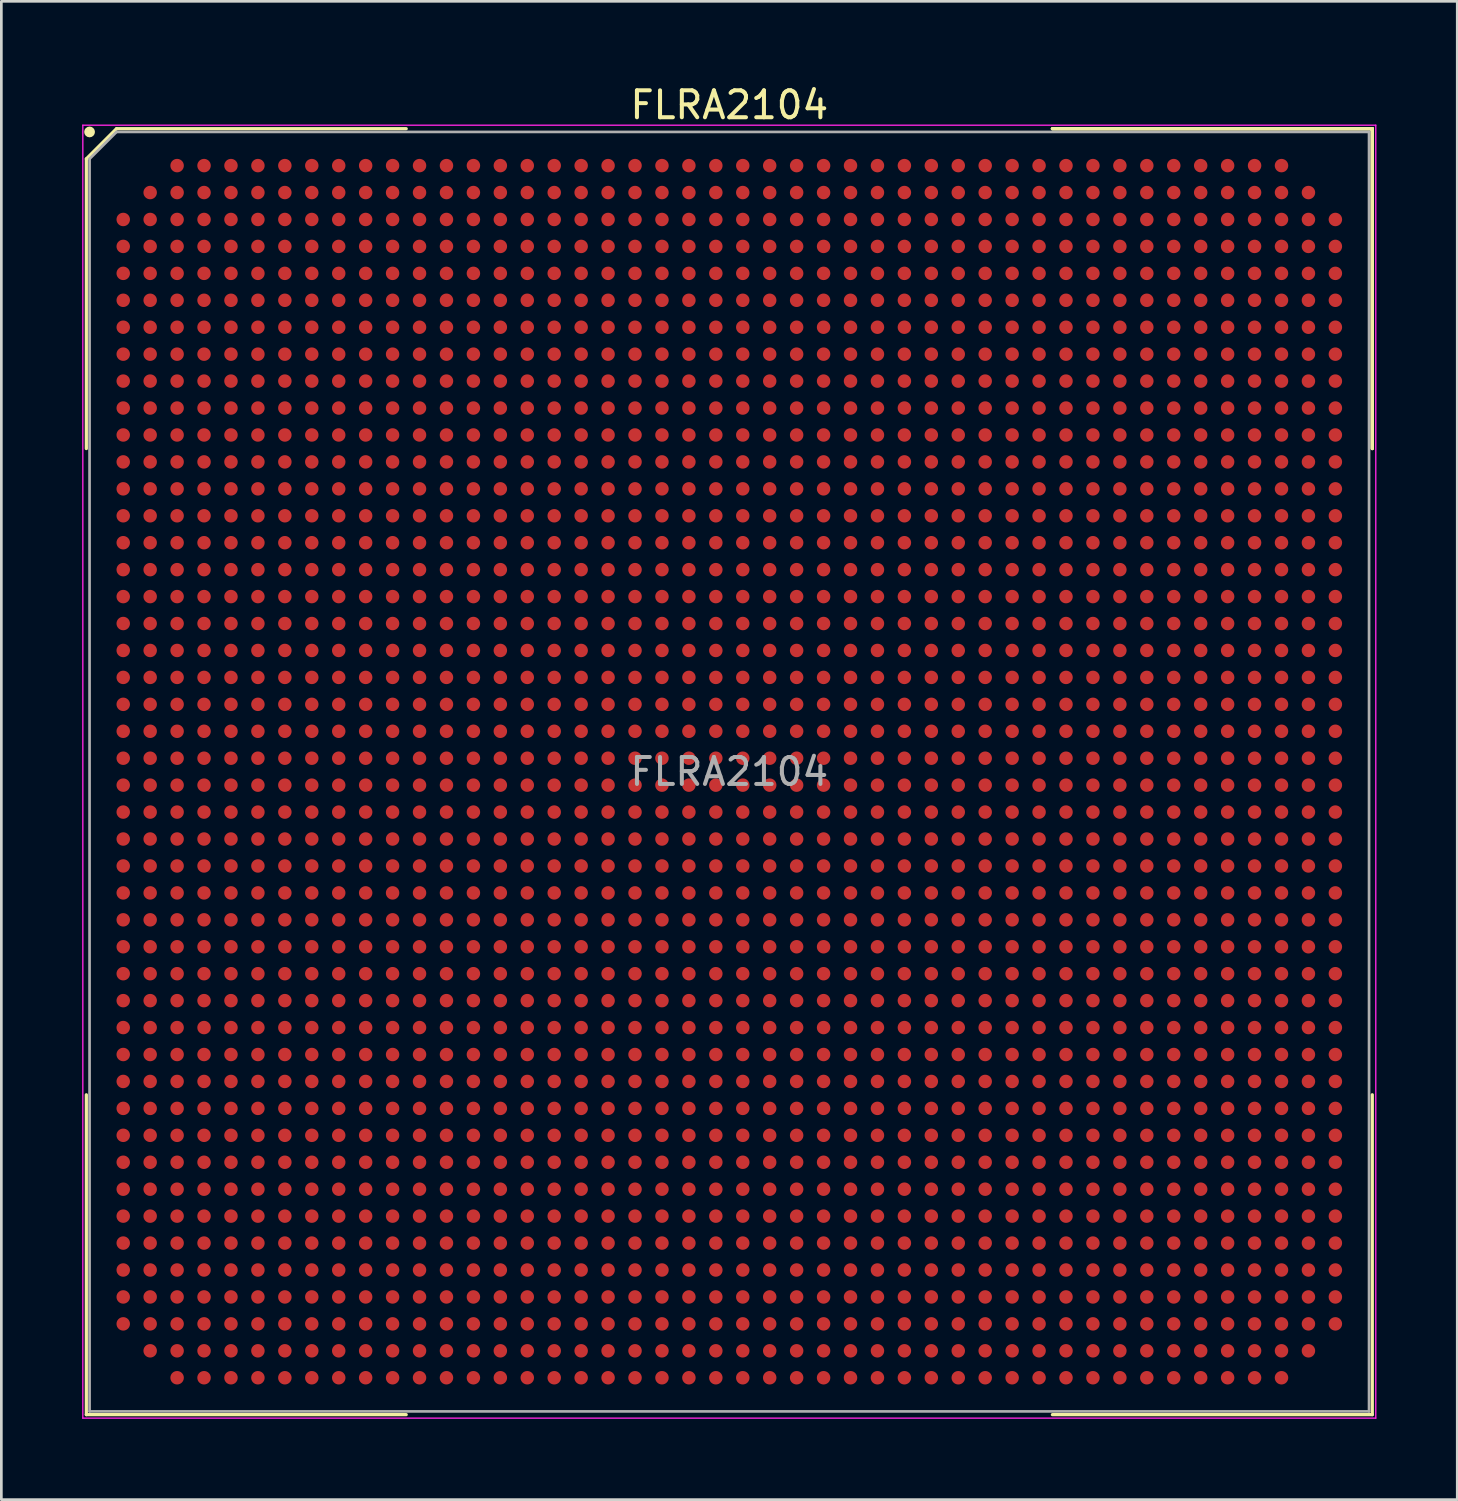
<source format=kicad_pcb>
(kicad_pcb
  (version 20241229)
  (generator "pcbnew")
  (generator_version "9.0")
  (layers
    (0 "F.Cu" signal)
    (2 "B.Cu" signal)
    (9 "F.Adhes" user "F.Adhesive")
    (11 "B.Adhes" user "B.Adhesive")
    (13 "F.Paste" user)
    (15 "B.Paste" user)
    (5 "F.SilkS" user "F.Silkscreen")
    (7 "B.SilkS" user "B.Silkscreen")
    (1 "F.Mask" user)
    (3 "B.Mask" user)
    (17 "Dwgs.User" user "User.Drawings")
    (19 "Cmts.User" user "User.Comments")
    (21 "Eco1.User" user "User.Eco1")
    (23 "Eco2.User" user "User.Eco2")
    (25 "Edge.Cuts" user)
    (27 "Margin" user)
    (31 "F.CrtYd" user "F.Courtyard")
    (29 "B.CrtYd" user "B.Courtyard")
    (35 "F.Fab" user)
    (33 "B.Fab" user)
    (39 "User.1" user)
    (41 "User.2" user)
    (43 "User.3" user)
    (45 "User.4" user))
  (footprint "FLRA2104"
    (layer "F.Cu")
    (at 24.025 25.598)
    (property "Reference" "FLRA2104" (at 0 -24.75 0) (layer "F.SilkS") (effects (font (size 1 1) (thickness 0.15))))
    (attr smd)
    (fp_line (start -23.87 -22.75) (end -23.87 -11.995) (stroke (width 0.12) (type solid)) (layer "F.SilkS"))
    (fp_line (start -23.87 23.87) (end -23.87 11.995) (stroke (width 0.12) (type solid)) (layer "F.SilkS"))
    (fp_line (start -22.75 -23.87) (end -23.87 -22.75) (stroke (width 0.12) (type solid)) (layer "F.SilkS"))
    (fp_line (start -11.995 -23.87) (end -22.75 -23.87) (stroke (width 0.12) (type solid)) (layer "F.SilkS"))
    (fp_line (start -11.995 23.87) (end -23.87 23.87) (stroke (width 0.12) (type solid)) (layer "F.SilkS"))
    (fp_line (start 11.995 -23.87) (end 23.87 -23.87) (stroke (width 0.12) (type solid)) (layer "F.SilkS"))
    (fp_line (start 11.995 -23.87) (end 23.87 -23.87) (stroke (width 0.12) (type solid)) (layer "F.SilkS"))
    (fp_line (start 11.995 -23.87) (end 23.87 -23.87) (stroke (width 0.12) (type solid)) (layer "F.SilkS"))
    (fp_line (start 11.995 23.87) (end 23.87 23.87) (stroke (width 0.12) (type solid)) (layer "F.SilkS"))
    (fp_line (start 23.87 -23.87) (end 23.87 -11.995) (stroke (width 0.12) (type solid)) (layer "F.SilkS"))
    (fp_line (start 23.87 -23.87) (end 23.87 -11.995) (stroke (width 0.12) (type solid)) (layer "F.SilkS"))
    (fp_line (start 23.87 -23.87) (end 23.87 -11.995) (stroke (width 0.12) (type solid)) (layer "F.SilkS"))
    (fp_line (start 23.87 23.87) (end 23.87 11.995) (stroke (width 0.12) (type solid)) (layer "F.SilkS"))
    (fp_circle (center -23.75 -23.75) (end -23.75 -23.65) (stroke (width 0.2) (type solid)) (fill no) (layer "F.SilkS"))
    (fp_line (start -24 -24) (end 24 -24) (stroke (width 0.05) (type solid)) (layer "F.CrtYd"))
    (fp_line (start -24 24) (end -24 -24) (stroke (width 0.05) (type solid)) (layer "F.CrtYd"))
    (fp_line (start 24 -24) (end 24 24) (stroke (width 0.05) (type solid)) (layer "F.CrtYd"))
    (fp_line (start 24 24) (end -24 24) (stroke (width 0.05) (type solid)) (layer "F.CrtYd"))
    (fp_line (start -23.75 -22.75) (end -23.75 23.75) (stroke (width 0.1) (type solid)) (layer "F.Fab"))
    (fp_line (start -23.75 23.75) (end 23.75 23.75) (stroke (width 0.1) (type solid)) (layer "F.Fab"))
    (fp_line (start -22.75 -23.75) (end -23.75 -22.75) (stroke (width 0.1) (type solid)) (layer "F.Fab"))
    (fp_line (start 23.75 -23.75) (end -22.75 -23.75) (stroke (width 0.1) (type solid)) (layer "F.Fab"))
    (fp_line (start 23.75 23.75) (end 23.75 -23.75) (stroke (width 0.1) (type solid)) (layer "F.Fab"))
    (fp_text user "${REFERENCE}" (at 0 0 0) (layer "F.Fab") (effects (font (size 1 1) (thickness 0.15))))
    (pad "A3" smd circle (at -20.5 -22.5) (size 0.5 0.5) (layers "F.Cu" "F.Mask" "F.Paste"))
    (pad "A4" smd circle (at -19.5 -22.5) (size 0.5 0.5) (layers "F.Cu" "F.Mask" "F.Paste"))
    (pad "A5" smd circle (at -18.5 -22.5) (size 0.5 0.5) (layers "F.Cu" "F.Mask" "F.Paste"))
    (pad "A6" smd circle (at -17.5 -22.5) (size 0.5 0.5) (layers "F.Cu" "F.Mask" "F.Paste"))
    (pad "A7" smd circle (at -16.5 -22.5) (size 0.5 0.5) (layers "F.Cu" "F.Mask" "F.Paste"))
    (pad "A8" smd circle (at -15.5 -22.5) (size 0.5 0.5) (layers "F.Cu" "F.Mask" "F.Paste"))
    (pad "A9" smd circle (at -14.5 -22.5) (size 0.5 0.5) (layers "F.Cu" "F.Mask" "F.Paste"))
    (pad "A10" smd circle (at -13.5 -22.5) (size 0.5 0.5) (layers "F.Cu" "F.Mask" "F.Paste"))
    (pad "A11" smd circle (at -12.5 -22.5) (size 0.5 0.5) (layers "F.Cu" "F.Mask" "F.Paste"))
    (pad "A12" smd circle (at -11.5 -22.5) (size 0.5 0.5) (layers "F.Cu" "F.Mask" "F.Paste"))
    (pad "A13" smd circle (at -10.5 -22.5) (size 0.5 0.5) (layers "F.Cu" "F.Mask" "F.Paste"))
    (pad "A14" smd circle (at -9.5 -22.5) (size 0.5 0.5) (layers "F.Cu" "F.Mask" "F.Paste"))
    (pad "A15" smd circle (at -8.5 -22.5) (size 0.5 0.5) (layers "F.Cu" "F.Mask" "F.Paste"))
    (pad "A16" smd circle (at -7.5 -22.5) (size 0.5 0.5) (layers "F.Cu" "F.Mask" "F.Paste"))
    (pad "A17" smd circle (at -6.5 -22.5) (size 0.5 0.5) (layers "F.Cu" "F.Mask" "F.Paste"))
    (pad "A18" smd circle (at -5.5 -22.5) (size 0.5 0.5) (layers "F.Cu" "F.Mask" "F.Paste"))
    (pad "A19" smd circle (at -4.5 -22.5) (size 0.5 0.5) (layers "F.Cu" "F.Mask" "F.Paste"))
    (pad "A20" smd circle (at -3.5 -22.5) (size 0.5 0.5) (layers "F.Cu" "F.Mask" "F.Paste"))
    (pad "A21" smd circle (at -2.5 -22.5) (size 0.5 0.5) (layers "F.Cu" "F.Mask" "F.Paste"))
    (pad "A22" smd circle (at -1.5 -22.5) (size 0.5 0.5) (layers "F.Cu" "F.Mask" "F.Paste"))
    (pad "A23" smd circle (at -0.5 -22.5) (size 0.5 0.5) (layers "F.Cu" "F.Mask" "F.Paste"))
    (pad "A24" smd circle (at 0.5 -22.5) (size 0.5 0.5) (layers "F.Cu" "F.Mask" "F.Paste"))
    (pad "A25" smd circle (at 1.5 -22.5) (size 0.5 0.5) (layers "F.Cu" "F.Mask" "F.Paste"))
    (pad "A26" smd circle (at 2.5 -22.5) (size 0.5 0.5) (layers "F.Cu" "F.Mask" "F.Paste"))
    (pad "A27" smd circle (at 3.5 -22.5) (size 0.5 0.5) (layers "F.Cu" "F.Mask" "F.Paste"))
    (pad "A28" smd circle (at 4.5 -22.5) (size 0.5 0.5) (layers "F.Cu" "F.Mask" "F.Paste"))
    (pad "A29" smd circle (at 5.5 -22.5) (size 0.5 0.5) (layers "F.Cu" "F.Mask" "F.Paste"))
    (pad "A30" smd circle (at 6.5 -22.5) (size 0.5 0.5) (layers "F.Cu" "F.Mask" "F.Paste"))
    (pad "A31" smd circle (at 7.5 -22.5) (size 0.5 0.5) (layers "F.Cu" "F.Mask" "F.Paste"))
    (pad "A32" smd circle (at 8.5 -22.5) (size 0.5 0.5) (layers "F.Cu" "F.Mask" "F.Paste"))
    (pad "A33" smd circle (at 9.5 -22.5) (size 0.5 0.5) (layers "F.Cu" "F.Mask" "F.Paste"))
    (pad "A34" smd circle (at 10.5 -22.5) (size 0.5 0.5) (layers "F.Cu" "F.Mask" "F.Paste"))
    (pad "A35" smd circle (at 11.5 -22.5) (size 0.5 0.5) (layers "F.Cu" "F.Mask" "F.Paste"))
    (pad "A36" smd circle (at 12.5 -22.5) (size 0.5 0.5) (layers "F.Cu" "F.Mask" "F.Paste"))
    (pad "A37" smd circle (at 13.5 -22.5) (size 0.5 0.5) (layers "F.Cu" "F.Mask" "F.Paste"))
    (pad "A38" smd circle (at 14.5 -22.5) (size 0.5 0.5) (layers "F.Cu" "F.Mask" "F.Paste"))
    (pad "A39" smd circle (at 15.5 -22.5) (size 0.5 0.5) (layers "F.Cu" "F.Mask" "F.Paste"))
    (pad "A40" smd circle (at 16.5 -22.5) (size 0.5 0.5) (layers "F.Cu" "F.Mask" "F.Paste"))
    (pad "A41" smd circle (at 17.5 -22.5) (size 0.5 0.5) (layers "F.Cu" "F.Mask" "F.Paste"))
    (pad "A42" smd circle (at 18.5 -22.5) (size 0.5 0.5) (layers "F.Cu" "F.Mask" "F.Paste"))
    (pad "A43" smd circle (at 19.5 -22.5) (size 0.5 0.5) (layers "F.Cu" "F.Mask" "F.Paste"))
    (pad "A44" smd circle (at 20.5 -22.5) (size 0.5 0.5) (layers "F.Cu" "F.Mask" "F.Paste"))
    (pad "AA1" smd circle (at -22.5 -2.5) (size 0.5 0.5) (layers "F.Cu" "F.Mask" "F.Paste"))
    (pad "AA2" smd circle (at -21.5 -2.5) (size 0.5 0.5) (layers "F.Cu" "F.Mask" "F.Paste"))
    (pad "AA3" smd circle (at -20.5 -2.5) (size 0.5 0.5) (layers "F.Cu" "F.Mask" "F.Paste"))
    (pad "AA4" smd circle (at -19.5 -2.5) (size 0.5 0.5) (layers "F.Cu" "F.Mask" "F.Paste"))
    (pad "AA5" smd circle (at -18.5 -2.5) (size 0.5 0.5) (layers "F.Cu" "F.Mask" "F.Paste"))
    (pad "AA6" smd circle (at -17.5 -2.5) (size 0.5 0.5) (layers "F.Cu" "F.Mask" "F.Paste"))
    (pad "AA7" smd circle (at -16.5 -2.5) (size 0.5 0.5) (layers "F.Cu" "F.Mask" "F.Paste"))
    (pad "AA8" smd circle (at -15.5 -2.5) (size 0.5 0.5) (layers "F.Cu" "F.Mask" "F.Paste"))
    (pad "AA9" smd circle (at -14.5 -2.5) (size 0.5 0.5) (layers "F.Cu" "F.Mask" "F.Paste"))
    (pad "AA10" smd circle (at -13.5 -2.5) (size 0.5 0.5) (layers "F.Cu" "F.Mask" "F.Paste"))
    (pad "AA11" smd circle (at -12.5 -2.5) (size 0.5 0.5) (layers "F.Cu" "F.Mask" "F.Paste"))
    (pad "AA12" smd circle (at -11.5 -2.5) (size 0.5 0.5) (layers "F.Cu" "F.Mask" "F.Paste"))
    (pad "AA13" smd circle (at -10.5 -2.5) (size 0.5 0.5) (layers "F.Cu" "F.Mask" "F.Paste"))
    (pad "AA14" smd circle (at -9.5 -2.5) (size 0.5 0.5) (layers "F.Cu" "F.Mask" "F.Paste"))
    (pad "AA15" smd circle (at -8.5 -2.5) (size 0.5 0.5) (layers "F.Cu" "F.Mask" "F.Paste"))
    (pad "AA16" smd circle (at -7.5 -2.5) (size 0.5 0.5) (layers "F.Cu" "F.Mask" "F.Paste"))
    (pad "AA17" smd circle (at -6.5 -2.5) (size 0.5 0.5) (layers "F.Cu" "F.Mask" "F.Paste"))
    (pad "AA18" smd circle (at -5.5 -2.5) (size 0.5 0.5) (layers "F.Cu" "F.Mask" "F.Paste"))
    (pad "AA19" smd circle (at -4.5 -2.5) (size 0.5 0.5) (layers "F.Cu" "F.Mask" "F.Paste"))
    (pad "AA20" smd circle (at -3.5 -2.5) (size 0.5 0.5) (layers "F.Cu" "F.Mask" "F.Paste"))
    (pad "AA21" smd circle (at -2.5 -2.5) (size 0.5 0.5) (layers "F.Cu" "F.Mask" "F.Paste"))
    (pad "AA22" smd circle (at -1.5 -2.5) (size 0.5 0.5) (layers "F.Cu" "F.Mask" "F.Paste"))
    (pad "AA23" smd circle (at -0.5 -2.5) (size 0.5 0.5) (layers "F.Cu" "F.Mask" "F.Paste"))
    (pad "AA24" smd circle (at 0.5 -2.5) (size 0.5 0.5) (layers "F.Cu" "F.Mask" "F.Paste"))
    (pad "AA25" smd circle (at 1.5 -2.5) (size 0.5 0.5) (layers "F.Cu" "F.Mask" "F.Paste"))
    (pad "AA26" smd circle (at 2.5 -2.5) (size 0.5 0.5) (layers "F.Cu" "F.Mask" "F.Paste"))
    (pad "AA27" smd circle (at 3.5 -2.5) (size 0.5 0.5) (layers "F.Cu" "F.Mask" "F.Paste"))
    (pad "AA28" smd circle (at 4.5 -2.5) (size 0.5 0.5) (layers "F.Cu" "F.Mask" "F.Paste"))
    (pad "AA29" smd circle (at 5.5 -2.5) (size 0.5 0.5) (layers "F.Cu" "F.Mask" "F.Paste"))
    (pad "AA30" smd circle (at 6.5 -2.5) (size 0.5 0.5) (layers "F.Cu" "F.Mask" "F.Paste"))
    (pad "AA31" smd circle (at 7.5 -2.5) (size 0.5 0.5) (layers "F.Cu" "F.Mask" "F.Paste"))
    (pad "AA32" smd circle (at 8.5 -2.5) (size 0.5 0.5) (layers "F.Cu" "F.Mask" "F.Paste"))
    (pad "AA33" smd circle (at 9.5 -2.5) (size 0.5 0.5) (layers "F.Cu" "F.Mask" "F.Paste"))
    (pad "AA34" smd circle (at 10.5 -2.5) (size 0.5 0.5) (layers "F.Cu" "F.Mask" "F.Paste"))
    (pad "AA35" smd circle (at 11.5 -2.5) (size 0.5 0.5) (layers "F.Cu" "F.Mask" "F.Paste"))
    (pad "AA36" smd circle (at 12.5 -2.5) (size 0.5 0.5) (layers "F.Cu" "F.Mask" "F.Paste"))
    (pad "AA37" smd circle (at 13.5 -2.5) (size 0.5 0.5) (layers "F.Cu" "F.Mask" "F.Paste"))
    (pad "AA38" smd circle (at 14.5 -2.5) (size 0.5 0.5) (layers "F.Cu" "F.Mask" "F.Paste"))
    (pad "AA39" smd circle (at 15.5 -2.5) (size 0.5 0.5) (layers "F.Cu" "F.Mask" "F.Paste"))
    (pad "AA40" smd circle (at 16.5 -2.5) (size 0.5 0.5) (layers "F.Cu" "F.Mask" "F.Paste"))
    (pad "AA41" smd circle (at 17.5 -2.5) (size 0.5 0.5) (layers "F.Cu" "F.Mask" "F.Paste"))
    (pad "AA42" smd circle (at 18.5 -2.5) (size 0.5 0.5) (layers "F.Cu" "F.Mask" "F.Paste"))
    (pad "AA43" smd circle (at 19.5 -2.5) (size 0.5 0.5) (layers "F.Cu" "F.Mask" "F.Paste"))
    (pad "AA44" smd circle (at 20.5 -2.5) (size 0.5 0.5) (layers "F.Cu" "F.Mask" "F.Paste"))
    (pad "AA45" smd circle (at 21.5 -2.5) (size 0.5 0.5) (layers "F.Cu" "F.Mask" "F.Paste"))
    (pad "AA46" smd circle (at 22.5 -2.5) (size 0.5 0.5) (layers "F.Cu" "F.Mask" "F.Paste"))
    (pad "AB1" smd circle (at -22.5 -1.5) (size 0.5 0.5) (layers "F.Cu" "F.Mask" "F.Paste"))
    (pad "AB2" smd circle (at -21.5 -1.5) (size 0.5 0.5) (layers "F.Cu" "F.Mask" "F.Paste"))
    (pad "AB3" smd circle (at -20.5 -1.5) (size 0.5 0.5) (layers "F.Cu" "F.Mask" "F.Paste"))
    (pad "AB4" smd circle (at -19.5 -1.5) (size 0.5 0.5) (layers "F.Cu" "F.Mask" "F.Paste"))
    (pad "AB5" smd circle (at -18.5 -1.5) (size 0.5 0.5) (layers "F.Cu" "F.Mask" "F.Paste"))
    (pad "AB6" smd circle (at -17.5 -1.5) (size 0.5 0.5) (layers "F.Cu" "F.Mask" "F.Paste"))
    (pad "AB7" smd circle (at -16.5 -1.5) (size 0.5 0.5) (layers "F.Cu" "F.Mask" "F.Paste"))
    (pad "AB8" smd circle (at -15.5 -1.5) (size 0.5 0.5) (layers "F.Cu" "F.Mask" "F.Paste"))
    (pad "AB9" smd circle (at -14.5 -1.5) (size 0.5 0.5) (layers "F.Cu" "F.Mask" "F.Paste"))
    (pad "AB10" smd circle (at -13.5 -1.5) (size 0.5 0.5) (layers "F.Cu" "F.Mask" "F.Paste"))
    (pad "AB11" smd circle (at -12.5 -1.5) (size 0.5 0.5) (layers "F.Cu" "F.Mask" "F.Paste"))
    (pad "AB12" smd circle (at -11.5 -1.5) (size 0.5 0.5) (layers "F.Cu" "F.Mask" "F.Paste"))
    (pad "AB13" smd circle (at -10.5 -1.5) (size 0.5 0.5) (layers "F.Cu" "F.Mask" "F.Paste"))
    (pad "AB14" smd circle (at -9.5 -1.5) (size 0.5 0.5) (layers "F.Cu" "F.Mask" "F.Paste"))
    (pad "AB15" smd circle (at -8.5 -1.5) (size 0.5 0.5) (layers "F.Cu" "F.Mask" "F.Paste"))
    (pad "AB16" smd circle (at -7.5 -1.5) (size 0.5 0.5) (layers "F.Cu" "F.Mask" "F.Paste"))
    (pad "AB17" smd circle (at -6.5 -1.5) (size 0.5 0.5) (layers "F.Cu" "F.Mask" "F.Paste"))
    (pad "AB18" smd circle (at -5.5 -1.5) (size 0.5 0.5) (layers "F.Cu" "F.Mask" "F.Paste"))
    (pad "AB19" smd circle (at -4.5 -1.5) (size 0.5 0.5) (layers "F.Cu" "F.Mask" "F.Paste"))
    (pad "AB20" smd circle (at -3.5 -1.5) (size 0.5 0.5) (layers "F.Cu" "F.Mask" "F.Paste"))
    (pad "AB21" smd circle (at -2.5 -1.5) (size 0.5 0.5) (layers "F.Cu" "F.Mask" "F.Paste"))
    (pad "AB22" smd circle (at -1.5 -1.5) (size 0.5 0.5) (layers "F.Cu" "F.Mask" "F.Paste"))
    (pad "AB23" smd circle (at -0.5 -1.5) (size 0.5 0.5) (layers "F.Cu" "F.Mask" "F.Paste"))
    (pad "AB24" smd circle (at 0.5 -1.5) (size 0.5 0.5) (layers "F.Cu" "F.Mask" "F.Paste"))
    (pad "AB25" smd circle (at 1.5 -1.5) (size 0.5 0.5) (layers "F.Cu" "F.Mask" "F.Paste"))
    (pad "AB26" smd circle (at 2.5 -1.5) (size 0.5 0.5) (layers "F.Cu" "F.Mask" "F.Paste"))
    (pad "AB27" smd circle (at 3.5 -1.5) (size 0.5 0.5) (layers "F.Cu" "F.Mask" "F.Paste"))
    (pad "AB28" smd circle (at 4.5 -1.5) (size 0.5 0.5) (layers "F.Cu" "F.Mask" "F.Paste"))
    (pad "AB29" smd circle (at 5.5 -1.5) (size 0.5 0.5) (layers "F.Cu" "F.Mask" "F.Paste"))
    (pad "AB30" smd circle (at 6.5 -1.5) (size 0.5 0.5) (layers "F.Cu" "F.Mask" "F.Paste"))
    (pad "AB31" smd circle (at 7.5 -1.5) (size 0.5 0.5) (layers "F.Cu" "F.Mask" "F.Paste"))
    (pad "AB32" smd circle (at 8.5 -1.5) (size 0.5 0.5) (layers "F.Cu" "F.Mask" "F.Paste"))
    (pad "AB33" smd circle (at 9.5 -1.5) (size 0.5 0.5) (layers "F.Cu" "F.Mask" "F.Paste"))
    (pad "AB34" smd circle (at 10.5 -1.5) (size 0.5 0.5) (layers "F.Cu" "F.Mask" "F.Paste"))
    (pad "AB35" smd circle (at 11.5 -1.5) (size 0.5 0.5) (layers "F.Cu" "F.Mask" "F.Paste"))
    (pad "AB36" smd circle (at 12.5 -1.5) (size 0.5 0.5) (layers "F.Cu" "F.Mask" "F.Paste"))
    (pad "AB37" smd circle (at 13.5 -1.5) (size 0.5 0.5) (layers "F.Cu" "F.Mask" "F.Paste"))
    (pad "AB38" smd circle (at 14.5 -1.5) (size 0.5 0.5) (layers "F.Cu" "F.Mask" "F.Paste"))
    (pad "AB39" smd circle (at 15.5 -1.5) (size 0.5 0.5) (layers "F.Cu" "F.Mask" "F.Paste"))
    (pad "AB40" smd circle (at 16.5 -1.5) (size 0.5 0.5) (layers "F.Cu" "F.Mask" "F.Paste"))
    (pad "AB41" smd circle (at 17.5 -1.5) (size 0.5 0.5) (layers "F.Cu" "F.Mask" "F.Paste"))
    (pad "AB42" smd circle (at 18.5 -1.5) (size 0.5 0.5) (layers "F.Cu" "F.Mask" "F.Paste"))
    (pad "AB43" smd circle (at 19.5 -1.5) (size 0.5 0.5) (layers "F.Cu" "F.Mask" "F.Paste"))
    (pad "AB44" smd circle (at 20.5 -1.5) (size 0.5 0.5) (layers "F.Cu" "F.Mask" "F.Paste"))
    (pad "AB45" smd circle (at 21.5 -1.5) (size 0.5 0.5) (layers "F.Cu" "F.Mask" "F.Paste"))
    (pad "AB46" smd circle (at 22.5 -1.5) (size 0.5 0.5) (layers "F.Cu" "F.Mask" "F.Paste"))
    (pad "AC1" smd circle (at -22.5 -0.5) (size 0.5 0.5) (layers "F.Cu" "F.Mask" "F.Paste"))
    (pad "AC2" smd circle (at -21.5 -0.5) (size 0.5 0.5) (layers "F.Cu" "F.Mask" "F.Paste"))
    (pad "AC3" smd circle (at -20.5 -0.5) (size 0.5 0.5) (layers "F.Cu" "F.Mask" "F.Paste"))
    (pad "AC4" smd circle (at -19.5 -0.5) (size 0.5 0.5) (layers "F.Cu" "F.Mask" "F.Paste"))
    (pad "AC5" smd circle (at -18.5 -0.5) (size 0.5 0.5) (layers "F.Cu" "F.Mask" "F.Paste"))
    (pad "AC6" smd circle (at -17.5 -0.5) (size 0.5 0.5) (layers "F.Cu" "F.Mask" "F.Paste"))
    (pad "AC7" smd circle (at -16.5 -0.5) (size 0.5 0.5) (layers "F.Cu" "F.Mask" "F.Paste"))
    (pad "AC8" smd circle (at -15.5 -0.5) (size 0.5 0.5) (layers "F.Cu" "F.Mask" "F.Paste"))
    (pad "AC9" smd circle (at -14.5 -0.5) (size 0.5 0.5) (layers "F.Cu" "F.Mask" "F.Paste"))
    (pad "AC10" smd circle (at -13.5 -0.5) (size 0.5 0.5) (layers "F.Cu" "F.Mask" "F.Paste"))
    (pad "AC11" smd circle (at -12.5 -0.5) (size 0.5 0.5) (layers "F.Cu" "F.Mask" "F.Paste"))
    (pad "AC12" smd circle (at -11.5 -0.5) (size 0.5 0.5) (layers "F.Cu" "F.Mask" "F.Paste"))
    (pad "AC13" smd circle (at -10.5 -0.5) (size 0.5 0.5) (layers "F.Cu" "F.Mask" "F.Paste"))
    (pad "AC14" smd circle (at -9.5 -0.5) (size 0.5 0.5) (layers "F.Cu" "F.Mask" "F.Paste"))
    (pad "AC15" smd circle (at -8.5 -0.5) (size 0.5 0.5) (layers "F.Cu" "F.Mask" "F.Paste"))
    (pad "AC16" smd circle (at -7.5 -0.5) (size 0.5 0.5) (layers "F.Cu" "F.Mask" "F.Paste"))
    (pad "AC17" smd circle (at -6.5 -0.5) (size 0.5 0.5) (layers "F.Cu" "F.Mask" "F.Paste"))
    (pad "AC18" smd circle (at -5.5 -0.5) (size 0.5 0.5) (layers "F.Cu" "F.Mask" "F.Paste"))
    (pad "AC19" smd circle (at -4.5 -0.5) (size 0.5 0.5) (layers "F.Cu" "F.Mask" "F.Paste"))
    (pad "AC20" smd circle (at -3.5 -0.5) (size 0.5 0.5) (layers "F.Cu" "F.Mask" "F.Paste"))
    (pad "AC21" smd circle (at -2.5 -0.5) (size 0.5 0.5) (layers "F.Cu" "F.Mask" "F.Paste"))
    (pad "AC22" smd circle (at -1.5 -0.5) (size 0.5 0.5) (layers "F.Cu" "F.Mask" "F.Paste"))
    (pad "AC23" smd circle (at -0.5 -0.5) (size 0.5 0.5) (layers "F.Cu" "F.Mask" "F.Paste"))
    (pad "AC24" smd circle (at 0.5 -0.5) (size 0.5 0.5) (layers "F.Cu" "F.Mask" "F.Paste"))
    (pad "AC25" smd circle (at 1.5 -0.5) (size 0.5 0.5) (layers "F.Cu" "F.Mask" "F.Paste"))
    (pad "AC26" smd circle (at 2.5 -0.5) (size 0.5 0.5) (layers "F.Cu" "F.Mask" "F.Paste"))
    (pad "AC27" smd circle (at 3.5 -0.5) (size 0.5 0.5) (layers "F.Cu" "F.Mask" "F.Paste"))
    (pad "AC28" smd circle (at 4.5 -0.5) (size 0.5 0.5) (layers "F.Cu" "F.Mask" "F.Paste"))
    (pad "AC29" smd circle (at 5.5 -0.5) (size 0.5 0.5) (layers "F.Cu" "F.Mask" "F.Paste"))
    (pad "AC30" smd circle (at 6.5 -0.5) (size 0.5 0.5) (layers "F.Cu" "F.Mask" "F.Paste"))
    (pad "AC31" smd circle (at 7.5 -0.5) (size 0.5 0.5) (layers "F.Cu" "F.Mask" "F.Paste"))
    (pad "AC32" smd circle (at 8.5 -0.5) (size 0.5 0.5) (layers "F.Cu" "F.Mask" "F.Paste"))
    (pad "AC33" smd circle (at 9.5 -0.5) (size 0.5 0.5) (layers "F.Cu" "F.Mask" "F.Paste"))
    (pad "AC34" smd circle (at 10.5 -0.5) (size 0.5 0.5) (layers "F.Cu" "F.Mask" "F.Paste"))
    (pad "AC35" smd circle (at 11.5 -0.5) (size 0.5 0.5) (layers "F.Cu" "F.Mask" "F.Paste"))
    (pad "AC36" smd circle (at 12.5 -0.5) (size 0.5 0.5) (layers "F.Cu" "F.Mask" "F.Paste"))
    (pad "AC37" smd circle (at 13.5 -0.5) (size 0.5 0.5) (layers "F.Cu" "F.Mask" "F.Paste"))
    (pad "AC38" smd circle (at 14.5 -0.5) (size 0.5 0.5) (layers "F.Cu" "F.Mask" "F.Paste"))
    (pad "AC39" smd circle (at 15.5 -0.5) (size 0.5 0.5) (layers "F.Cu" "F.Mask" "F.Paste"))
    (pad "AC40" smd circle (at 16.5 -0.5) (size 0.5 0.5) (layers "F.Cu" "F.Mask" "F.Paste"))
    (pad "AC41" smd circle (at 17.5 -0.5) (size 0.5 0.5) (layers "F.Cu" "F.Mask" "F.Paste"))
    (pad "AC42" smd circle (at 18.5 -0.5) (size 0.5 0.5) (layers "F.Cu" "F.Mask" "F.Paste"))
    (pad "AC43" smd circle (at 19.5 -0.5) (size 0.5 0.5) (layers "F.Cu" "F.Mask" "F.Paste"))
    (pad "AC44" smd circle (at 20.5 -0.5) (size 0.5 0.5) (layers "F.Cu" "F.Mask" "F.Paste"))
    (pad "AC45" smd circle (at 21.5 -0.5) (size 0.5 0.5) (layers "F.Cu" "F.Mask" "F.Paste"))
    (pad "AC46" smd circle (at 22.5 -0.5) (size 0.5 0.5) (layers "F.Cu" "F.Mask" "F.Paste"))
    (pad "AD1" smd circle (at -22.5 0.5) (size 0.5 0.5) (layers "F.Cu" "F.Mask" "F.Paste"))
    (pad "AD2" smd circle (at -21.5 0.5) (size 0.5 0.5) (layers "F.Cu" "F.Mask" "F.Paste"))
    (pad "AD3" smd circle (at -20.5 0.5) (size 0.5 0.5) (layers "F.Cu" "F.Mask" "F.Paste"))
    (pad "AD4" smd circle (at -19.5 0.5) (size 0.5 0.5) (layers "F.Cu" "F.Mask" "F.Paste"))
    (pad "AD5" smd circle (at -18.5 0.5) (size 0.5 0.5) (layers "F.Cu" "F.Mask" "F.Paste"))
    (pad "AD6" smd circle (at -17.5 0.5) (size 0.5 0.5) (layers "F.Cu" "F.Mask" "F.Paste"))
    (pad "AD7" smd circle (at -16.5 0.5) (size 0.5 0.5) (layers "F.Cu" "F.Mask" "F.Paste"))
    (pad "AD8" smd circle (at -15.5 0.5) (size 0.5 0.5) (layers "F.Cu" "F.Mask" "F.Paste"))
    (pad "AD9" smd circle (at -14.5 0.5) (size 0.5 0.5) (layers "F.Cu" "F.Mask" "F.Paste"))
    (pad "AD10" smd circle (at -13.5 0.5) (size 0.5 0.5) (layers "F.Cu" "F.Mask" "F.Paste"))
    (pad "AD11" smd circle (at -12.5 0.5) (size 0.5 0.5) (layers "F.Cu" "F.Mask" "F.Paste"))
    (pad "AD12" smd circle (at -11.5 0.5) (size 0.5 0.5) (layers "F.Cu" "F.Mask" "F.Paste"))
    (pad "AD13" smd circle (at -10.5 0.5) (size 0.5 0.5) (layers "F.Cu" "F.Mask" "F.Paste"))
    (pad "AD14" smd circle (at -9.5 0.5) (size 0.5 0.5) (layers "F.Cu" "F.Mask" "F.Paste"))
    (pad "AD15" smd circle (at -8.5 0.5) (size 0.5 0.5) (layers "F.Cu" "F.Mask" "F.Paste"))
    (pad "AD16" smd circle (at -7.5 0.5) (size 0.5 0.5) (layers "F.Cu" "F.Mask" "F.Paste"))
    (pad "AD17" smd circle (at -6.5 0.5) (size 0.5 0.5) (layers "F.Cu" "F.Mask" "F.Paste"))
    (pad "AD18" smd circle (at -5.5 0.5) (size 0.5 0.5) (layers "F.Cu" "F.Mask" "F.Paste"))
    (pad "AD19" smd circle (at -4.5 0.5) (size 0.5 0.5) (layers "F.Cu" "F.Mask" "F.Paste"))
    (pad "AD20" smd circle (at -3.5 0.5) (size 0.5 0.5) (layers "F.Cu" "F.Mask" "F.Paste"))
    (pad "AD21" smd circle (at -2.5 0.5) (size 0.5 0.5) (layers "F.Cu" "F.Mask" "F.Paste"))
    (pad "AD22" smd circle (at -1.5 0.5) (size 0.5 0.5) (layers "F.Cu" "F.Mask" "F.Paste"))
    (pad "AD23" smd circle (at -0.5 0.5) (size 0.5 0.5) (layers "F.Cu" "F.Mask" "F.Paste"))
    (pad "AD24" smd circle (at 0.5 0.5) (size 0.5 0.5) (layers "F.Cu" "F.Mask" "F.Paste"))
    (pad "AD25" smd circle (at 1.5 0.5) (size 0.5 0.5) (layers "F.Cu" "F.Mask" "F.Paste"))
    (pad "AD26" smd circle (at 2.5 0.5) (size 0.5 0.5) (layers "F.Cu" "F.Mask" "F.Paste"))
    (pad "AD27" smd circle (at 3.5 0.5) (size 0.5 0.5) (layers "F.Cu" "F.Mask" "F.Paste"))
    (pad "AD28" smd circle (at 4.5 0.5) (size 0.5 0.5) (layers "F.Cu" "F.Mask" "F.Paste"))
    (pad "AD29" smd circle (at 5.5 0.5) (size 0.5 0.5) (layers "F.Cu" "F.Mask" "F.Paste"))
    (pad "AD30" smd circle (at 6.5 0.5) (size 0.5 0.5) (layers "F.Cu" "F.Mask" "F.Paste"))
    (pad "AD31" smd circle (at 7.5 0.5) (size 0.5 0.5) (layers "F.Cu" "F.Mask" "F.Paste"))
    (pad "AD32" smd circle (at 8.5 0.5) (size 0.5 0.5) (layers "F.Cu" "F.Mask" "F.Paste"))
    (pad "AD33" smd circle (at 9.5 0.5) (size 0.5 0.5) (layers "F.Cu" "F.Mask" "F.Paste"))
    (pad "AD34" smd circle (at 10.5 0.5) (size 0.5 0.5) (layers "F.Cu" "F.Mask" "F.Paste"))
    (pad "AD35" smd circle (at 11.5 0.5) (size 0.5 0.5) (layers "F.Cu" "F.Mask" "F.Paste"))
    (pad "AD36" smd circle (at 12.5 0.5) (size 0.5 0.5) (layers "F.Cu" "F.Mask" "F.Paste"))
    (pad "AD37" smd circle (at 13.5 0.5) (size 0.5 0.5) (layers "F.Cu" "F.Mask" "F.Paste"))
    (pad "AD38" smd circle (at 14.5 0.5) (size 0.5 0.5) (layers "F.Cu" "F.Mask" "F.Paste"))
    (pad "AD39" smd circle (at 15.5 0.5) (size 0.5 0.5) (layers "F.Cu" "F.Mask" "F.Paste"))
    (pad "AD40" smd circle (at 16.5 0.5) (size 0.5 0.5) (layers "F.Cu" "F.Mask" "F.Paste"))
    (pad "AD41" smd circle (at 17.5 0.5) (size 0.5 0.5) (layers "F.Cu" "F.Mask" "F.Paste"))
    (pad "AD42" smd circle (at 18.5 0.5) (size 0.5 0.5) (layers "F.Cu" "F.Mask" "F.Paste"))
    (pad "AD43" smd circle (at 19.5 0.5) (size 0.5 0.5) (layers "F.Cu" "F.Mask" "F.Paste"))
    (pad "AD44" smd circle (at 20.5 0.5) (size 0.5 0.5) (layers "F.Cu" "F.Mask" "F.Paste"))
    (pad "AD45" smd circle (at 21.5 0.5) (size 0.5 0.5) (layers "F.Cu" "F.Mask" "F.Paste"))
    (pad "AD46" smd circle (at 22.5 0.5) (size 0.5 0.5) (layers "F.Cu" "F.Mask" "F.Paste"))
    (pad "AE1" smd circle (at -22.5 1.5) (size 0.5 0.5) (layers "F.Cu" "F.Mask" "F.Paste"))
    (pad "AE2" smd circle (at -21.5 1.5) (size 0.5 0.5) (layers "F.Cu" "F.Mask" "F.Paste"))
    (pad "AE3" smd circle (at -20.5 1.5) (size 0.5 0.5) (layers "F.Cu" "F.Mask" "F.Paste"))
    (pad "AE4" smd circle (at -19.5 1.5) (size 0.5 0.5) (layers "F.Cu" "F.Mask" "F.Paste"))
    (pad "AE5" smd circle (at -18.5 1.5) (size 0.5 0.5) (layers "F.Cu" "F.Mask" "F.Paste"))
    (pad "AE6" smd circle (at -17.5 1.5) (size 0.5 0.5) (layers "F.Cu" "F.Mask" "F.Paste"))
    (pad "AE7" smd circle (at -16.5 1.5) (size 0.5 0.5) (layers "F.Cu" "F.Mask" "F.Paste"))
    (pad "AE8" smd circle (at -15.5 1.5) (size 0.5 0.5) (layers "F.Cu" "F.Mask" "F.Paste"))
    (pad "AE9" smd circle (at -14.5 1.5) (size 0.5 0.5) (layers "F.Cu" "F.Mask" "F.Paste"))
    (pad "AE10" smd circle (at -13.5 1.5) (size 0.5 0.5) (layers "F.Cu" "F.Mask" "F.Paste"))
    (pad "AE11" smd circle (at -12.5 1.5) (size 0.5 0.5) (layers "F.Cu" "F.Mask" "F.Paste"))
    (pad "AE12" smd circle (at -11.5 1.5) (size 0.5 0.5) (layers "F.Cu" "F.Mask" "F.Paste"))
    (pad "AE13" smd circle (at -10.5 1.5) (size 0.5 0.5) (layers "F.Cu" "F.Mask" "F.Paste"))
    (pad "AE14" smd circle (at -9.5 1.5) (size 0.5 0.5) (layers "F.Cu" "F.Mask" "F.Paste"))
    (pad "AE15" smd circle (at -8.5 1.5) (size 0.5 0.5) (layers "F.Cu" "F.Mask" "F.Paste"))
    (pad "AE16" smd circle (at -7.5 1.5) (size 0.5 0.5) (layers "F.Cu" "F.Mask" "F.Paste"))
    (pad "AE17" smd circle (at -6.5 1.5) (size 0.5 0.5) (layers "F.Cu" "F.Mask" "F.Paste"))
    (pad "AE18" smd circle (at -5.5 1.5) (size 0.5 0.5) (layers "F.Cu" "F.Mask" "F.Paste"))
    (pad "AE19" smd circle (at -4.5 1.5) (size 0.5 0.5) (layers "F.Cu" "F.Mask" "F.Paste"))
    (pad "AE20" smd circle (at -3.5 1.5) (size 0.5 0.5) (layers "F.Cu" "F.Mask" "F.Paste"))
    (pad "AE21" smd circle (at -2.5 1.5) (size 0.5 0.5) (layers "F.Cu" "F.Mask" "F.Paste"))
    (pad "AE22" smd circle (at -1.5 1.5) (size 0.5 0.5) (layers "F.Cu" "F.Mask" "F.Paste"))
    (pad "AE23" smd circle (at -0.5 1.5) (size 0.5 0.5) (layers "F.Cu" "F.Mask" "F.Paste"))
    (pad "AE24" smd circle (at 0.5 1.5) (size 0.5 0.5) (layers "F.Cu" "F.Mask" "F.Paste"))
    (pad "AE25" smd circle (at 1.5 1.5) (size 0.5 0.5) (layers "F.Cu" "F.Mask" "F.Paste"))
    (pad "AE26" smd circle (at 2.5 1.5) (size 0.5 0.5) (layers "F.Cu" "F.Mask" "F.Paste"))
    (pad "AE27" smd circle (at 3.5 1.5) (size 0.5 0.5) (layers "F.Cu" "F.Mask" "F.Paste"))
    (pad "AE28" smd circle (at 4.5 1.5) (size 0.5 0.5) (layers "F.Cu" "F.Mask" "F.Paste"))
    (pad "AE29" smd circle (at 5.5 1.5) (size 0.5 0.5) (layers "F.Cu" "F.Mask" "F.Paste"))
    (pad "AE30" smd circle (at 6.5 1.5) (size 0.5 0.5) (layers "F.Cu" "F.Mask" "F.Paste"))
    (pad "AE31" smd circle (at 7.5 1.5) (size 0.5 0.5) (layers "F.Cu" "F.Mask" "F.Paste"))
    (pad "AE32" smd circle (at 8.5 1.5) (size 0.5 0.5) (layers "F.Cu" "F.Mask" "F.Paste"))
    (pad "AE33" smd circle (at 9.5 1.5) (size 0.5 0.5) (layers "F.Cu" "F.Mask" "F.Paste"))
    (pad "AE34" smd circle (at 10.5 1.5) (size 0.5 0.5) (layers "F.Cu" "F.Mask" "F.Paste"))
    (pad "AE35" smd circle (at 11.5 1.5) (size 0.5 0.5) (layers "F.Cu" "F.Mask" "F.Paste"))
    (pad "AE36" smd circle (at 12.5 1.5) (size 0.5 0.5) (layers "F.Cu" "F.Mask" "F.Paste"))
    (pad "AE37" smd circle (at 13.5 1.5) (size 0.5 0.5) (layers "F.Cu" "F.Mask" "F.Paste"))
    (pad "AE38" smd circle (at 14.5 1.5) (size 0.5 0.5) (layers "F.Cu" "F.Mask" "F.Paste"))
    (pad "AE39" smd circle (at 15.5 1.5) (size 0.5 0.5) (layers "F.Cu" "F.Mask" "F.Paste"))
    (pad "AE40" smd circle (at 16.5 1.5) (size 0.5 0.5) (layers "F.Cu" "F.Mask" "F.Paste"))
    (pad "AE41" smd circle (at 17.5 1.5) (size 0.5 0.5) (layers "F.Cu" "F.Mask" "F.Paste"))
    (pad "AE42" smd circle (at 18.5 1.5) (size 0.5 0.5) (layers "F.Cu" "F.Mask" "F.Paste"))
    (pad "AE43" smd circle (at 19.5 1.5) (size 0.5 0.5) (layers "F.Cu" "F.Mask" "F.Paste"))
    (pad "AE44" smd circle (at 20.5 1.5) (size 0.5 0.5) (layers "F.Cu" "F.Mask" "F.Paste"))
    (pad "AE45" smd circle (at 21.5 1.5) (size 0.5 0.5) (layers "F.Cu" "F.Mask" "F.Paste"))
    (pad "AE46" smd circle (at 22.5 1.5) (size 0.5 0.5) (layers "F.Cu" "F.Mask" "F.Paste"))
    (pad "AF1" smd circle (at -22.5 2.5) (size 0.5 0.5) (layers "F.Cu" "F.Mask" "F.Paste"))
    (pad "AF2" smd circle (at -21.5 2.5) (size 0.5 0.5) (layers "F.Cu" "F.Mask" "F.Paste"))
    (pad "AF3" smd circle (at -20.5 2.5) (size 0.5 0.5) (layers "F.Cu" "F.Mask" "F.Paste"))
    (pad "AF4" smd circle (at -19.5 2.5) (size 0.5 0.5) (layers "F.Cu" "F.Mask" "F.Paste"))
    (pad "AF5" smd circle (at -18.5 2.5) (size 0.5 0.5) (layers "F.Cu" "F.Mask" "F.Paste"))
    (pad "AF6" smd circle (at -17.5 2.5) (size 0.5 0.5) (layers "F.Cu" "F.Mask" "F.Paste"))
    (pad "AF7" smd circle (at -16.5 2.5) (size 0.5 0.5) (layers "F.Cu" "F.Mask" "F.Paste"))
    (pad "AF8" smd circle (at -15.5 2.5) (size 0.5 0.5) (layers "F.Cu" "F.Mask" "F.Paste"))
    (pad "AF9" smd circle (at -14.5 2.5) (size 0.5 0.5) (layers "F.Cu" "F.Mask" "F.Paste"))
    (pad "AF10" smd circle (at -13.5 2.5) (size 0.5 0.5) (layers "F.Cu" "F.Mask" "F.Paste"))
    (pad "AF11" smd circle (at -12.5 2.5) (size 0.5 0.5) (layers "F.Cu" "F.Mask" "F.Paste"))
    (pad "AF12" smd circle (at -11.5 2.5) (size 0.5 0.5) (layers "F.Cu" "F.Mask" "F.Paste"))
    (pad "AF13" smd circle (at -10.5 2.5) (size 0.5 0.5) (layers "F.Cu" "F.Mask" "F.Paste"))
    (pad "AF14" smd circle (at -9.5 2.5) (size 0.5 0.5) (layers "F.Cu" "F.Mask" "F.Paste"))
    (pad "AF15" smd circle (at -8.5 2.5) (size 0.5 0.5) (layers "F.Cu" "F.Mask" "F.Paste"))
    (pad "AF16" smd circle (at -7.5 2.5) (size 0.5 0.5) (layers "F.Cu" "F.Mask" "F.Paste"))
    (pad "AF17" smd circle (at -6.5 2.5) (size 0.5 0.5) (layers "F.Cu" "F.Mask" "F.Paste"))
    (pad "AF18" smd circle (at -5.5 2.5) (size 0.5 0.5) (layers "F.Cu" "F.Mask" "F.Paste"))
    (pad "AF19" smd circle (at -4.5 2.5) (size 0.5 0.5) (layers "F.Cu" "F.Mask" "F.Paste"))
    (pad "AF20" smd circle (at -3.5 2.5) (size 0.5 0.5) (layers "F.Cu" "F.Mask" "F.Paste"))
    (pad "AF21" smd circle (at -2.5 2.5) (size 0.5 0.5) (layers "F.Cu" "F.Mask" "F.Paste"))
    (pad "AF22" smd circle (at -1.5 2.5) (size 0.5 0.5) (layers "F.Cu" "F.Mask" "F.Paste"))
    (pad "AF23" smd circle (at -0.5 2.5) (size 0.5 0.5) (layers "F.Cu" "F.Mask" "F.Paste"))
    (pad "AF24" smd circle (at 0.5 2.5) (size 0.5 0.5) (layers "F.Cu" "F.Mask" "F.Paste"))
    (pad "AF25" smd circle (at 1.5 2.5) (size 0.5 0.5) (layers "F.Cu" "F.Mask" "F.Paste"))
    (pad "AF26" smd circle (at 2.5 2.5) (size 0.5 0.5) (layers "F.Cu" "F.Mask" "F.Paste"))
    (pad "AF27" smd circle (at 3.5 2.5) (size 0.5 0.5) (layers "F.Cu" "F.Mask" "F.Paste"))
    (pad "AF28" smd circle (at 4.5 2.5) (size 0.5 0.5) (layers "F.Cu" "F.Mask" "F.Paste"))
    (pad "AF29" smd circle (at 5.5 2.5) (size 0.5 0.5) (layers "F.Cu" "F.Mask" "F.Paste"))
    (pad "AF30" smd circle (at 6.5 2.5) (size 0.5 0.5) (layers "F.Cu" "F.Mask" "F.Paste"))
    (pad "AF31" smd circle (at 7.5 2.5) (size 0.5 0.5) (layers "F.Cu" "F.Mask" "F.Paste"))
    (pad "AF32" smd circle (at 8.5 2.5) (size 0.5 0.5) (layers "F.Cu" "F.Mask" "F.Paste"))
    (pad "AF33" smd circle (at 9.5 2.5) (size 0.5 0.5) (layers "F.Cu" "F.Mask" "F.Paste"))
    (pad "AF34" smd circle (at 10.5 2.5) (size 0.5 0.5) (layers "F.Cu" "F.Mask" "F.Paste"))
    (pad "AF35" smd circle (at 11.5 2.5) (size 0.5 0.5) (layers "F.Cu" "F.Mask" "F.Paste"))
    (pad "AF36" smd circle (at 12.5 2.5) (size 0.5 0.5) (layers "F.Cu" "F.Mask" "F.Paste"))
    (pad "AF37" smd circle (at 13.5 2.5) (size 0.5 0.5) (layers "F.Cu" "F.Mask" "F.Paste"))
    (pad "AF38" smd circle (at 14.5 2.5) (size 0.5 0.5) (layers "F.Cu" "F.Mask" "F.Paste"))
    (pad "AF39" smd circle (at 15.5 2.5) (size 0.5 0.5) (layers "F.Cu" "F.Mask" "F.Paste"))
    (pad "AF40" smd circle (at 16.5 2.5) (size 0.5 0.5) (layers "F.Cu" "F.Mask" "F.Paste"))
    (pad "AF41" smd circle (at 17.5 2.5) (size 0.5 0.5) (layers "F.Cu" "F.Mask" "F.Paste"))
    (pad "AF42" smd circle (at 18.5 2.5) (size 0.5 0.5) (layers "F.Cu" "F.Mask" "F.Paste"))
    (pad "AF43" smd circle (at 19.5 2.5) (size 0.5 0.5) (layers "F.Cu" "F.Mask" "F.Paste"))
    (pad "AF44" smd circle (at 20.5 2.5) (size 0.5 0.5) (layers "F.Cu" "F.Mask" "F.Paste"))
    (pad "AF45" smd circle (at 21.5 2.5) (size 0.5 0.5) (layers "F.Cu" "F.Mask" "F.Paste"))
    (pad "AF46" smd circle (at 22.5 2.5) (size 0.5 0.5) (layers "F.Cu" "F.Mask" "F.Paste"))
    (pad "AG1" smd circle (at -22.5 3.5) (size 0.5 0.5) (layers "F.Cu" "F.Mask" "F.Paste"))
    (pad "AG2" smd circle (at -21.5 3.5) (size 0.5 0.5) (layers "F.Cu" "F.Mask" "F.Paste"))
    (pad "AG3" smd circle (at -20.5 3.5) (size 0.5 0.5) (layers "F.Cu" "F.Mask" "F.Paste"))
    (pad "AG4" smd circle (at -19.5 3.5) (size 0.5 0.5) (layers "F.Cu" "F.Mask" "F.Paste"))
    (pad "AG5" smd circle (at -18.5 3.5) (size 0.5 0.5) (layers "F.Cu" "F.Mask" "F.Paste"))
    (pad "AG6" smd circle (at -17.5 3.5) (size 0.5 0.5) (layers "F.Cu" "F.Mask" "F.Paste"))
    (pad "AG7" smd circle (at -16.5 3.5) (size 0.5 0.5) (layers "F.Cu" "F.Mask" "F.Paste"))
    (pad "AG8" smd circle (at -15.5 3.5) (size 0.5 0.5) (layers "F.Cu" "F.Mask" "F.Paste"))
    (pad "AG9" smd circle (at -14.5 3.5) (size 0.5 0.5) (layers "F.Cu" "F.Mask" "F.Paste"))
    (pad "AG10" smd circle (at -13.5 3.5) (size 0.5 0.5) (layers "F.Cu" "F.Mask" "F.Paste"))
    (pad "AG11" smd circle (at -12.5 3.5) (size 0.5 0.5) (layers "F.Cu" "F.Mask" "F.Paste"))
    (pad "AG12" smd circle (at -11.5 3.5) (size 0.5 0.5) (layers "F.Cu" "F.Mask" "F.Paste"))
    (pad "AG13" smd circle (at -10.5 3.5) (size 0.5 0.5) (layers "F.Cu" "F.Mask" "F.Paste"))
    (pad "AG14" smd circle (at -9.5 3.5) (size 0.5 0.5) (layers "F.Cu" "F.Mask" "F.Paste"))
    (pad "AG15" smd circle (at -8.5 3.5) (size 0.5 0.5) (layers "F.Cu" "F.Mask" "F.Paste"))
    (pad "AG16" smd circle (at -7.5 3.5) (size 0.5 0.5) (layers "F.Cu" "F.Mask" "F.Paste"))
    (pad "AG17" smd circle (at -6.5 3.5) (size 0.5 0.5) (layers "F.Cu" "F.Mask" "F.Paste"))
    (pad "AG18" smd circle (at -5.5 3.5) (size 0.5 0.5) (layers "F.Cu" "F.Mask" "F.Paste"))
    (pad "AG19" smd circle (at -4.5 3.5) (size 0.5 0.5) (layers "F.Cu" "F.Mask" "F.Paste"))
    (pad "AG20" smd circle (at -3.5 3.5) (size 0.5 0.5) (layers "F.Cu" "F.Mask" "F.Paste"))
    (pad "AG21" smd circle (at -2.5 3.5) (size 0.5 0.5) (layers "F.Cu" "F.Mask" "F.Paste"))
    (pad "AG22" smd circle (at -1.5 3.5) (size 0.5 0.5) (layers "F.Cu" "F.Mask" "F.Paste"))
    (pad "AG23" smd circle (at -0.5 3.5) (size 0.5 0.5) (layers "F.Cu" "F.Mask" "F.Paste"))
    (pad "AG24" smd circle (at 0.5 3.5) (size 0.5 0.5) (layers "F.Cu" "F.Mask" "F.Paste"))
    (pad "AG25" smd circle (at 1.5 3.5) (size 0.5 0.5) (layers "F.Cu" "F.Mask" "F.Paste"))
    (pad "AG26" smd circle (at 2.5 3.5) (size 0.5 0.5) (layers "F.Cu" "F.Mask" "F.Paste"))
    (pad "AG27" smd circle (at 3.5 3.5) (size 0.5 0.5) (layers "F.Cu" "F.Mask" "F.Paste"))
    (pad "AG28" smd circle (at 4.5 3.5) (size 0.5 0.5) (layers "F.Cu" "F.Mask" "F.Paste"))
    (pad "AG29" smd circle (at 5.5 3.5) (size 0.5 0.5) (layers "F.Cu" "F.Mask" "F.Paste"))
    (pad "AG30" smd circle (at 6.5 3.5) (size 0.5 0.5) (layers "F.Cu" "F.Mask" "F.Paste"))
    (pad "AG31" smd circle (at 7.5 3.5) (size 0.5 0.5) (layers "F.Cu" "F.Mask" "F.Paste"))
    (pad "AG32" smd circle (at 8.5 3.5) (size 0.5 0.5) (layers "F.Cu" "F.Mask" "F.Paste"))
    (pad "AG33" smd circle (at 9.5 3.5) (size 0.5 0.5) (layers "F.Cu" "F.Mask" "F.Paste"))
    (pad "AG34" smd circle (at 10.5 3.5) (size 0.5 0.5) (layers "F.Cu" "F.Mask" "F.Paste"))
    (pad "AG35" smd circle (at 11.5 3.5) (size 0.5 0.5) (layers "F.Cu" "F.Mask" "F.Paste"))
    (pad "AG36" smd circle (at 12.5 3.5) (size 0.5 0.5) (layers "F.Cu" "F.Mask" "F.Paste"))
    (pad "AG37" smd circle (at 13.5 3.5) (size 0.5 0.5) (layers "F.Cu" "F.Mask" "F.Paste"))
    (pad "AG38" smd circle (at 14.5 3.5) (size 0.5 0.5) (layers "F.Cu" "F.Mask" "F.Paste"))
    (pad "AG39" smd circle (at 15.5 3.5) (size 0.5 0.5) (layers "F.Cu" "F.Mask" "F.Paste"))
    (pad "AG40" smd circle (at 16.5 3.5) (size 0.5 0.5) (layers "F.Cu" "F.Mask" "F.Paste"))
    (pad "AG41" smd circle (at 17.5 3.5) (size 0.5 0.5) (layers "F.Cu" "F.Mask" "F.Paste"))
    (pad "AG42" smd circle (at 18.5 3.5) (size 0.5 0.5) (layers "F.Cu" "F.Mask" "F.Paste"))
    (pad "AG43" smd circle (at 19.5 3.5) (size 0.5 0.5) (layers "F.Cu" "F.Mask" "F.Paste"))
    (pad "AG44" smd circle (at 20.5 3.5) (size 0.5 0.5) (layers "F.Cu" "F.Mask" "F.Paste"))
    (pad "AG45" smd circle (at 21.5 3.5) (size 0.5 0.5) (layers "F.Cu" "F.Mask" "F.Paste"))
    (pad "AG46" smd circle (at 22.5 3.5) (size 0.5 0.5) (layers "F.Cu" "F.Mask" "F.Paste"))
    (pad "AH1" smd circle (at -22.5 4.5) (size 0.5 0.5) (layers "F.Cu" "F.Mask" "F.Paste"))
    (pad "AH2" smd circle (at -21.5 4.5) (size 0.5 0.5) (layers "F.Cu" "F.Mask" "F.Paste"))
    (pad "AH3" smd circle (at -20.5 4.5) (size 0.5 0.5) (layers "F.Cu" "F.Mask" "F.Paste"))
    (pad "AH4" smd circle (at -19.5 4.5) (size 0.5 0.5) (layers "F.Cu" "F.Mask" "F.Paste"))
    (pad "AH5" smd circle (at -18.5 4.5) (size 0.5 0.5) (layers "F.Cu" "F.Mask" "F.Paste"))
    (pad "AH6" smd circle (at -17.5 4.5) (size 0.5 0.5) (layers "F.Cu" "F.Mask" "F.Paste"))
    (pad "AH7" smd circle (at -16.5 4.5) (size 0.5 0.5) (layers "F.Cu" "F.Mask" "F.Paste"))
    (pad "AH8" smd circle (at -15.5 4.5) (size 0.5 0.5) (layers "F.Cu" "F.Mask" "F.Paste"))
    (pad "AH9" smd circle (at -14.5 4.5) (size 0.5 0.5) (layers "F.Cu" "F.Mask" "F.Paste"))
    (pad "AH10" smd circle (at -13.5 4.5) (size 0.5 0.5) (layers "F.Cu" "F.Mask" "F.Paste"))
    (pad "AH11" smd circle (at -12.5 4.5) (size 0.5 0.5) (layers "F.Cu" "F.Mask" "F.Paste"))
    (pad "AH12" smd circle (at -11.5 4.5) (size 0.5 0.5) (layers "F.Cu" "F.Mask" "F.Paste"))
    (pad "AH13" smd circle (at -10.5 4.5) (size 0.5 0.5) (layers "F.Cu" "F.Mask" "F.Paste"))
    (pad "AH14" smd circle (at -9.5 4.5) (size 0.5 0.5) (layers "F.Cu" "F.Mask" "F.Paste"))
    (pad "AH15" smd circle (at -8.5 4.5) (size 0.5 0.5) (layers "F.Cu" "F.Mask" "F.Paste"))
    (pad "AH16" smd circle (at -7.5 4.5) (size 0.5 0.5) (layers "F.Cu" "F.Mask" "F.Paste"))
    (pad "AH17" smd circle (at -6.5 4.5) (size 0.5 0.5) (layers "F.Cu" "F.Mask" "F.Paste"))
    (pad "AH18" smd circle (at -5.5 4.5) (size 0.5 0.5) (layers "F.Cu" "F.Mask" "F.Paste"))
    (pad "AH19" smd circle (at -4.5 4.5) (size 0.5 0.5) (layers "F.Cu" "F.Mask" "F.Paste"))
    (pad "AH20" smd circle (at -3.5 4.5) (size 0.5 0.5) (layers "F.Cu" "F.Mask" "F.Paste"))
    (pad "AH21" smd circle (at -2.5 4.5) (size 0.5 0.5) (layers "F.Cu" "F.Mask" "F.Paste"))
    (pad "AH22" smd circle (at -1.5 4.5) (size 0.5 0.5) (layers "F.Cu" "F.Mask" "F.Paste"))
    (pad "AH23" smd circle (at -0.5 4.5) (size 0.5 0.5) (layers "F.Cu" "F.Mask" "F.Paste"))
    (pad "AH24" smd circle (at 0.5 4.5) (size 0.5 0.5) (layers "F.Cu" "F.Mask" "F.Paste"))
    (pad "AH25" smd circle (at 1.5 4.5) (size 0.5 0.5) (layers "F.Cu" "F.Mask" "F.Paste"))
    (pad "AH26" smd circle (at 2.5 4.5) (size 0.5 0.5) (layers "F.Cu" "F.Mask" "F.Paste"))
    (pad "AH27" smd circle (at 3.5 4.5) (size 0.5 0.5) (layers "F.Cu" "F.Mask" "F.Paste"))
    (pad "AH28" smd circle (at 4.5 4.5) (size 0.5 0.5) (layers "F.Cu" "F.Mask" "F.Paste"))
    (pad "AH29" smd circle (at 5.5 4.5) (size 0.5 0.5) (layers "F.Cu" "F.Mask" "F.Paste"))
    (pad "AH30" smd circle (at 6.5 4.5) (size 0.5 0.5) (layers "F.Cu" "F.Mask" "F.Paste"))
    (pad "AH31" smd circle (at 7.5 4.5) (size 0.5 0.5) (layers "F.Cu" "F.Mask" "F.Paste"))
    (pad "AH32" smd circle (at 8.5 4.5) (size 0.5 0.5) (layers "F.Cu" "F.Mask" "F.Paste"))
    (pad "AH33" smd circle (at 9.5 4.5) (size 0.5 0.5) (layers "F.Cu" "F.Mask" "F.Paste"))
    (pad "AH34" smd circle (at 10.5 4.5) (size 0.5 0.5) (layers "F.Cu" "F.Mask" "F.Paste"))
    (pad "AH35" smd circle (at 11.5 4.5) (size 0.5 0.5) (layers "F.Cu" "F.Mask" "F.Paste"))
    (pad "AH36" smd circle (at 12.5 4.5) (size 0.5 0.5) (layers "F.Cu" "F.Mask" "F.Paste"))
    (pad "AH37" smd circle (at 13.5 4.5) (size 0.5 0.5) (layers "F.Cu" "F.Mask" "F.Paste"))
    (pad "AH38" smd circle (at 14.5 4.5) (size 0.5 0.5) (layers "F.Cu" "F.Mask" "F.Paste"))
    (pad "AH39" smd circle (at 15.5 4.5) (size 0.5 0.5) (layers "F.Cu" "F.Mask" "F.Paste"))
    (pad "AH40" smd circle (at 16.5 4.5) (size 0.5 0.5) (layers "F.Cu" "F.Mask" "F.Paste"))
    (pad "AH41" smd circle (at 17.5 4.5) (size 0.5 0.5) (layers "F.Cu" "F.Mask" "F.Paste"))
    (pad "AH42" smd circle (at 18.5 4.5) (size 0.5 0.5) (layers "F.Cu" "F.Mask" "F.Paste"))
    (pad "AH43" smd circle (at 19.5 4.5) (size 0.5 0.5) (layers "F.Cu" "F.Mask" "F.Paste"))
    (pad "AH44" smd circle (at 20.5 4.5) (size 0.5 0.5) (layers "F.Cu" "F.Mask" "F.Paste"))
    (pad "AH45" smd circle (at 21.5 4.5) (size 0.5 0.5) (layers "F.Cu" "F.Mask" "F.Paste"))
    (pad "AH46" smd circle (at 22.5 4.5) (size 0.5 0.5) (layers "F.Cu" "F.Mask" "F.Paste"))
    (pad "AJ1" smd circle (at -22.5 5.5) (size 0.5 0.5) (layers "F.Cu" "F.Mask" "F.Paste"))
    (pad "AJ2" smd circle (at -21.5 5.5) (size 0.5 0.5) (layers "F.Cu" "F.Mask" "F.Paste"))
    (pad "AJ3" smd circle (at -20.5 5.5) (size 0.5 0.5) (layers "F.Cu" "F.Mask" "F.Paste"))
    (pad "AJ4" smd circle (at -19.5 5.5) (size 0.5 0.5) (layers "F.Cu" "F.Mask" "F.Paste"))
    (pad "AJ5" smd circle (at -18.5 5.5) (size 0.5 0.5) (layers "F.Cu" "F.Mask" "F.Paste"))
    (pad "AJ6" smd circle (at -17.5 5.5) (size 0.5 0.5) (layers "F.Cu" "F.Mask" "F.Paste"))
    (pad "AJ7" smd circle (at -16.5 5.5) (size 0.5 0.5) (layers "F.Cu" "F.Mask" "F.Paste"))
    (pad "AJ8" smd circle (at -15.5 5.5) (size 0.5 0.5) (layers "F.Cu" "F.Mask" "F.Paste"))
    (pad "AJ9" smd circle (at -14.5 5.5) (size 0.5 0.5) (layers "F.Cu" "F.Mask" "F.Paste"))
    (pad "AJ10" smd circle (at -13.5 5.5) (size 0.5 0.5) (layers "F.Cu" "F.Mask" "F.Paste"))
    (pad "AJ11" smd circle (at -12.5 5.5) (size 0.5 0.5) (layers "F.Cu" "F.Mask" "F.Paste"))
    (pad "AJ12" smd circle (at -11.5 5.5) (size 0.5 0.5) (layers "F.Cu" "F.Mask" "F.Paste"))
    (pad "AJ13" smd circle (at -10.5 5.5) (size 0.5 0.5) (layers "F.Cu" "F.Mask" "F.Paste"))
    (pad "AJ14" smd circle (at -9.5 5.5) (size 0.5 0.5) (layers "F.Cu" "F.Mask" "F.Paste"))
    (pad "AJ15" smd circle (at -8.5 5.5) (size 0.5 0.5) (layers "F.Cu" "F.Mask" "F.Paste"))
    (pad "AJ16" smd circle (at -7.5 5.5) (size 0.5 0.5) (layers "F.Cu" "F.Mask" "F.Paste"))
    (pad "AJ17" smd circle (at -6.5 5.5) (size 0.5 0.5) (layers "F.Cu" "F.Mask" "F.Paste"))
    (pad "AJ18" smd circle (at -5.5 5.5) (size 0.5 0.5) (layers "F.Cu" "F.Mask" "F.Paste"))
    (pad "AJ19" smd circle (at -4.5 5.5) (size 0.5 0.5) (layers "F.Cu" "F.Mask" "F.Paste"))
    (pad "AJ20" smd circle (at -3.5 5.5) (size 0.5 0.5) (layers "F.Cu" "F.Mask" "F.Paste"))
    (pad "AJ21" smd circle (at -2.5 5.5) (size 0.5 0.5) (layers "F.Cu" "F.Mask" "F.Paste"))
    (pad "AJ22" smd circle (at -1.5 5.5) (size 0.5 0.5) (layers "F.Cu" "F.Mask" "F.Paste"))
    (pad "AJ23" smd circle (at -0.5 5.5) (size 0.5 0.5) (layers "F.Cu" "F.Mask" "F.Paste"))
    (pad "AJ24" smd circle (at 0.5 5.5) (size 0.5 0.5) (layers "F.Cu" "F.Mask" "F.Paste"))
    (pad "AJ25" smd circle (at 1.5 5.5) (size 0.5 0.5) (layers "F.Cu" "F.Mask" "F.Paste"))
    (pad "AJ26" smd circle (at 2.5 5.5) (size 0.5 0.5) (layers "F.Cu" "F.Mask" "F.Paste"))
    (pad "AJ27" smd circle (at 3.5 5.5) (size 0.5 0.5) (layers "F.Cu" "F.Mask" "F.Paste"))
    (pad "AJ28" smd circle (at 4.5 5.5) (size 0.5 0.5) (layers "F.Cu" "F.Mask" "F.Paste"))
    (pad "AJ29" smd circle (at 5.5 5.5) (size 0.5 0.5) (layers "F.Cu" "F.Mask" "F.Paste"))
    (pad "AJ30" smd circle (at 6.5 5.5) (size 0.5 0.5) (layers "F.Cu" "F.Mask" "F.Paste"))
    (pad "AJ31" smd circle (at 7.5 5.5) (size 0.5 0.5) (layers "F.Cu" "F.Mask" "F.Paste"))
    (pad "AJ32" smd circle (at 8.5 5.5) (size 0.5 0.5) (layers "F.Cu" "F.Mask" "F.Paste"))
    (pad "AJ33" smd circle (at 9.5 5.5) (size 0.5 0.5) (layers "F.Cu" "F.Mask" "F.Paste"))
    (pad "AJ34" smd circle (at 10.5 5.5) (size 0.5 0.5) (layers "F.Cu" "F.Mask" "F.Paste"))
    (pad "AJ35" smd circle (at 11.5 5.5) (size 0.5 0.5) (layers "F.Cu" "F.Mask" "F.Paste"))
    (pad "AJ36" smd circle (at 12.5 5.5) (size 0.5 0.5) (layers "F.Cu" "F.Mask" "F.Paste"))
    (pad "AJ37" smd circle (at 13.5 5.5) (size 0.5 0.5) (layers "F.Cu" "F.Mask" "F.Paste"))
    (pad "AJ38" smd circle (at 14.5 5.5) (size 0.5 0.5) (layers "F.Cu" "F.Mask" "F.Paste"))
    (pad "AJ39" smd circle (at 15.5 5.5) (size 0.5 0.5) (layers "F.Cu" "F.Mask" "F.Paste"))
    (pad "AJ40" smd circle (at 16.5 5.5) (size 0.5 0.5) (layers "F.Cu" "F.Mask" "F.Paste"))
    (pad "AJ41" smd circle (at 17.5 5.5) (size 0.5 0.5) (layers "F.Cu" "F.Mask" "F.Paste"))
    (pad "AJ42" smd circle (at 18.5 5.5) (size 0.5 0.5) (layers "F.Cu" "F.Mask" "F.Paste"))
    (pad "AJ43" smd circle (at 19.5 5.5) (size 0.5 0.5) (layers "F.Cu" "F.Mask" "F.Paste"))
    (pad "AJ44" smd circle (at 20.5 5.5) (size 0.5 0.5) (layers "F.Cu" "F.Mask" "F.Paste"))
    (pad "AJ45" smd circle (at 21.5 5.5) (size 0.5 0.5) (layers "F.Cu" "F.Mask" "F.Paste"))
    (pad "AJ46" smd circle (at 22.5 5.5) (size 0.5 0.5) (layers "F.Cu" "F.Mask" "F.Paste"))
    (pad "AK1" smd circle (at -22.5 6.5) (size 0.5 0.5) (layers "F.Cu" "F.Mask" "F.Paste"))
    (pad "AK2" smd circle (at -21.5 6.5) (size 0.5 0.5) (layers "F.Cu" "F.Mask" "F.Paste"))
    (pad "AK3" smd circle (at -20.5 6.5) (size 0.5 0.5) (layers "F.Cu" "F.Mask" "F.Paste"))
    (pad "AK4" smd circle (at -19.5 6.5) (size 0.5 0.5) (layers "F.Cu" "F.Mask" "F.Paste"))
    (pad "AK5" smd circle (at -18.5 6.5) (size 0.5 0.5) (layers "F.Cu" "F.Mask" "F.Paste"))
    (pad "AK6" smd circle (at -17.5 6.5) (size 0.5 0.5) (layers "F.Cu" "F.Mask" "F.Paste"))
    (pad "AK7" smd circle (at -16.5 6.5) (size 0.5 0.5) (layers "F.Cu" "F.Mask" "F.Paste"))
    (pad "AK8" smd circle (at -15.5 6.5) (size 0.5 0.5) (layers "F.Cu" "F.Mask" "F.Paste"))
    (pad "AK9" smd circle (at -14.5 6.5) (size 0.5 0.5) (layers "F.Cu" "F.Mask" "F.Paste"))
    (pad "AK10" smd circle (at -13.5 6.5) (size 0.5 0.5) (layers "F.Cu" "F.Mask" "F.Paste"))
    (pad "AK11" smd circle (at -12.5 6.5) (size 0.5 0.5) (layers "F.Cu" "F.Mask" "F.Paste"))
    (pad "AK12" smd circle (at -11.5 6.5) (size 0.5 0.5) (layers "F.Cu" "F.Mask" "F.Paste"))
    (pad "AK13" smd circle (at -10.5 6.5) (size 0.5 0.5) (layers "F.Cu" "F.Mask" "F.Paste"))
    (pad "AK14" smd circle (at -9.5 6.5) (size 0.5 0.5) (layers "F.Cu" "F.Mask" "F.Paste"))
    (pad "AK15" smd circle (at -8.5 6.5) (size 0.5 0.5) (layers "F.Cu" "F.Mask" "F.Paste"))
    (pad "AK16" smd circle (at -7.5 6.5) (size 0.5 0.5) (layers "F.Cu" "F.Mask" "F.Paste"))
    (pad "AK17" smd circle (at -6.5 6.5) (size 0.5 0.5) (layers "F.Cu" "F.Mask" "F.Paste"))
    (pad "AK18" smd circle (at -5.5 6.5) (size 0.5 0.5) (layers "F.Cu" "F.Mask" "F.Paste"))
    (pad "AK19" smd circle (at -4.5 6.5) (size 0.5 0.5) (layers "F.Cu" "F.Mask" "F.Paste"))
    (pad "AK20" smd circle (at -3.5 6.5) (size 0.5 0.5) (layers "F.Cu" "F.Mask" "F.Paste"))
    (pad "AK21" smd circle (at -2.5 6.5) (size 0.5 0.5) (layers "F.Cu" "F.Mask" "F.Paste"))
    (pad "AK22" smd circle (at -1.5 6.5) (size 0.5 0.5) (layers "F.Cu" "F.Mask" "F.Paste"))
    (pad "AK23" smd circle (at -0.5 6.5) (size 0.5 0.5) (layers "F.Cu" "F.Mask" "F.Paste"))
    (pad "AK24" smd circle (at 0.5 6.5) (size 0.5 0.5) (layers "F.Cu" "F.Mask" "F.Paste"))
    (pad "AK25" smd circle (at 1.5 6.5) (size 0.5 0.5) (layers "F.Cu" "F.Mask" "F.Paste"))
    (pad "AK26" smd circle (at 2.5 6.5) (size 0.5 0.5) (layers "F.Cu" "F.Mask" "F.Paste"))
    (pad "AK27" smd circle (at 3.5 6.5) (size 0.5 0.5) (layers "F.Cu" "F.Mask" "F.Paste"))
    (pad "AK28" smd circle (at 4.5 6.5) (size 0.5 0.5) (layers "F.Cu" "F.Mask" "F.Paste"))
    (pad "AK29" smd circle (at 5.5 6.5) (size 0.5 0.5) (layers "F.Cu" "F.Mask" "F.Paste"))
    (pad "AK30" smd circle (at 6.5 6.5) (size 0.5 0.5) (layers "F.Cu" "F.Mask" "F.Paste"))
    (pad "AK31" smd circle (at 7.5 6.5) (size 0.5 0.5) (layers "F.Cu" "F.Mask" "F.Paste"))
    (pad "AK32" smd circle (at 8.5 6.5) (size 0.5 0.5) (layers "F.Cu" "F.Mask" "F.Paste"))
    (pad "AK33" smd circle (at 9.5 6.5) (size 0.5 0.5) (layers "F.Cu" "F.Mask" "F.Paste"))
    (pad "AK34" smd circle (at 10.5 6.5) (size 0.5 0.5) (layers "F.Cu" "F.Mask" "F.Paste"))
    (pad "AK35" smd circle (at 11.5 6.5) (size 0.5 0.5) (layers "F.Cu" "F.Mask" "F.Paste"))
    (pad "AK36" smd circle (at 12.5 6.5) (size 0.5 0.5) (layers "F.Cu" "F.Mask" "F.Paste"))
    (pad "AK37" smd circle (at 13.5 6.5) (size 0.5 0.5) (layers "F.Cu" "F.Mask" "F.Paste"))
    (pad "AK38" smd circle (at 14.5 6.5) (size 0.5 0.5) (layers "F.Cu" "F.Mask" "F.Paste"))
    (pad "AK39" smd circle (at 15.5 6.5) (size 0.5 0.5) (layers "F.Cu" "F.Mask" "F.Paste"))
    (pad "AK40" smd circle (at 16.5 6.5) (size 0.5 0.5) (layers "F.Cu" "F.Mask" "F.Paste"))
    (pad "AK41" smd circle (at 17.5 6.5) (size 0.5 0.5) (layers "F.Cu" "F.Mask" "F.Paste"))
    (pad "AK42" smd circle (at 18.5 6.5) (size 0.5 0.5) (layers "F.Cu" "F.Mask" "F.Paste"))
    (pad "AK43" smd circle (at 19.5 6.5) (size 0.5 0.5) (layers "F.Cu" "F.Mask" "F.Paste"))
    (pad "AK44" smd circle (at 20.5 6.5) (size 0.5 0.5) (layers "F.Cu" "F.Mask" "F.Paste"))
    (pad "AK45" smd circle (at 21.5 6.5) (size 0.5 0.5) (layers "F.Cu" "F.Mask" "F.Paste"))
    (pad "AK46" smd circle (at 22.5 6.5) (size 0.5 0.5) (layers "F.Cu" "F.Mask" "F.Paste"))
    (pad "AL1" smd circle (at -22.5 7.5) (size 0.5 0.5) (layers "F.Cu" "F.Mask" "F.Paste"))
    (pad "AL2" smd circle (at -21.5 7.5) (size 0.5 0.5) (layers "F.Cu" "F.Mask" "F.Paste"))
    (pad "AL3" smd circle (at -20.5 7.5) (size 0.5 0.5) (layers "F.Cu" "F.Mask" "F.Paste"))
    (pad "AL4" smd circle (at -19.5 7.5) (size 0.5 0.5) (layers "F.Cu" "F.Mask" "F.Paste"))
    (pad "AL5" smd circle (at -18.5 7.5) (size 0.5 0.5) (layers "F.Cu" "F.Mask" "F.Paste"))
    (pad "AL6" smd circle (at -17.5 7.5) (size 0.5 0.5) (layers "F.Cu" "F.Mask" "F.Paste"))
    (pad "AL7" smd circle (at -16.5 7.5) (size 0.5 0.5) (layers "F.Cu" "F.Mask" "F.Paste"))
    (pad "AL8" smd circle (at -15.5 7.5) (size 0.5 0.5) (layers "F.Cu" "F.Mask" "F.Paste"))
    (pad "AL9" smd circle (at -14.5 7.5) (size 0.5 0.5) (layers "F.Cu" "F.Mask" "F.Paste"))
    (pad "AL10" smd circle (at -13.5 7.5) (size 0.5 0.5) (layers "F.Cu" "F.Mask" "F.Paste"))
    (pad "AL11" smd circle (at -12.5 7.5) (size 0.5 0.5) (layers "F.Cu" "F.Mask" "F.Paste"))
    (pad "AL12" smd circle (at -11.5 7.5) (size 0.5 0.5) (layers "F.Cu" "F.Mask" "F.Paste"))
    (pad "AL13" smd circle (at -10.5 7.5) (size 0.5 0.5) (layers "F.Cu" "F.Mask" "F.Paste"))
    (pad "AL14" smd circle (at -9.5 7.5) (size 0.5 0.5) (layers "F.Cu" "F.Mask" "F.Paste"))
    (pad "AL15" smd circle (at -8.5 7.5) (size 0.5 0.5) (layers "F.Cu" "F.Mask" "F.Paste"))
    (pad "AL16" smd circle (at -7.5 7.5) (size 0.5 0.5) (layers "F.Cu" "F.Mask" "F.Paste"))
    (pad "AL17" smd circle (at -6.5 7.5) (size 0.5 0.5) (layers "F.Cu" "F.Mask" "F.Paste"))
    (pad "AL18" smd circle (at -5.5 7.5) (size 0.5 0.5) (layers "F.Cu" "F.Mask" "F.Paste"))
    (pad "AL19" smd circle (at -4.5 7.5) (size 0.5 0.5) (layers "F.Cu" "F.Mask" "F.Paste"))
    (pad "AL20" smd circle (at -3.5 7.5) (size 0.5 0.5) (layers "F.Cu" "F.Mask" "F.Paste"))
    (pad "AL21" smd circle (at -2.5 7.5) (size 0.5 0.5) (layers "F.Cu" "F.Mask" "F.Paste"))
    (pad "AL22" smd circle (at -1.5 7.5) (size 0.5 0.5) (layers "F.Cu" "F.Mask" "F.Paste"))
    (pad "AL23" smd circle (at -0.5 7.5) (size 0.5 0.5) (layers "F.Cu" "F.Mask" "F.Paste"))
    (pad "AL24" smd circle (at 0.5 7.5) (size 0.5 0.5) (layers "F.Cu" "F.Mask" "F.Paste"))
    (pad "AL25" smd circle (at 1.5 7.5) (size 0.5 0.5) (layers "F.Cu" "F.Mask" "F.Paste"))
    (pad "AL26" smd circle (at 2.5 7.5) (size 0.5 0.5) (layers "F.Cu" "F.Mask" "F.Paste"))
    (pad "AL27" smd circle (at 3.5 7.5) (size 0.5 0.5) (layers "F.Cu" "F.Mask" "F.Paste"))
    (pad "AL28" smd circle (at 4.5 7.5) (size 0.5 0.5) (layers "F.Cu" "F.Mask" "F.Paste"))
    (pad "AL29" smd circle (at 5.5 7.5) (size 0.5 0.5) (layers "F.Cu" "F.Mask" "F.Paste"))
    (pad "AL30" smd circle (at 6.5 7.5) (size 0.5 0.5) (layers "F.Cu" "F.Mask" "F.Paste"))
    (pad "AL31" smd circle (at 7.5 7.5) (size 0.5 0.5) (layers "F.Cu" "F.Mask" "F.Paste"))
    (pad "AL32" smd circle (at 8.5 7.5) (size 0.5 0.5) (layers "F.Cu" "F.Mask" "F.Paste"))
    (pad "AL33" smd circle (at 9.5 7.5) (size 0.5 0.5) (layers "F.Cu" "F.Mask" "F.Paste"))
    (pad "AL34" smd circle (at 10.5 7.5) (size 0.5 0.5) (layers "F.Cu" "F.Mask" "F.Paste"))
    (pad "AL35" smd circle (at 11.5 7.5) (size 0.5 0.5) (layers "F.Cu" "F.Mask" "F.Paste"))
    (pad "AL36" smd circle (at 12.5 7.5) (size 0.5 0.5) (layers "F.Cu" "F.Mask" "F.Paste"))
    (pad "AL37" smd circle (at 13.5 7.5) (size 0.5 0.5) (layers "F.Cu" "F.Mask" "F.Paste"))
    (pad "AL38" smd circle (at 14.5 7.5) (size 0.5 0.5) (layers "F.Cu" "F.Mask" "F.Paste"))
    (pad "AL39" smd circle (at 15.5 7.5) (size 0.5 0.5) (layers "F.Cu" "F.Mask" "F.Paste"))
    (pad "AL40" smd circle (at 16.5 7.5) (size 0.5 0.5) (layers "F.Cu" "F.Mask" "F.Paste"))
    (pad "AL41" smd circle (at 17.5 7.5) (size 0.5 0.5) (layers "F.Cu" "F.Mask" "F.Paste"))
    (pad "AL42" smd circle (at 18.5 7.5) (size 0.5 0.5) (layers "F.Cu" "F.Mask" "F.Paste"))
    (pad "AL43" smd circle (at 19.5 7.5) (size 0.5 0.5) (layers "F.Cu" "F.Mask" "F.Paste"))
    (pad "AL44" smd circle (at 20.5 7.5) (size 0.5 0.5) (layers "F.Cu" "F.Mask" "F.Paste"))
    (pad "AL45" smd circle (at 21.5 7.5) (size 0.5 0.5) (layers "F.Cu" "F.Mask" "F.Paste"))
    (pad "AL46" smd circle (at 22.5 7.5) (size 0.5 0.5) (layers "F.Cu" "F.Mask" "F.Paste"))
    (pad "AM1" smd circle (at -22.5 8.5) (size 0.5 0.5) (layers "F.Cu" "F.Mask" "F.Paste"))
    (pad "AM2" smd circle (at -21.5 8.5) (size 0.5 0.5) (layers "F.Cu" "F.Mask" "F.Paste"))
    (pad "AM3" smd circle (at -20.5 8.5) (size 0.5 0.5) (layers "F.Cu" "F.Mask" "F.Paste"))
    (pad "AM4" smd circle (at -19.5 8.5) (size 0.5 0.5) (layers "F.Cu" "F.Mask" "F.Paste"))
    (pad "AM5" smd circle (at -18.5 8.5) (size 0.5 0.5) (layers "F.Cu" "F.Mask" "F.Paste"))
    (pad "AM6" smd circle (at -17.5 8.5) (size 0.5 0.5) (layers "F.Cu" "F.Mask" "F.Paste"))
    (pad "AM7" smd circle (at -16.5 8.5) (size 0.5 0.5) (layers "F.Cu" "F.Mask" "F.Paste"))
    (pad "AM8" smd circle (at -15.5 8.5) (size 0.5 0.5) (layers "F.Cu" "F.Mask" "F.Paste"))
    (pad "AM9" smd circle (at -14.5 8.5) (size 0.5 0.5) (layers "F.Cu" "F.Mask" "F.Paste"))
    (pad "AM10" smd circle (at -13.5 8.5) (size 0.5 0.5) (layers "F.Cu" "F.Mask" "F.Paste"))
    (pad "AM11" smd circle (at -12.5 8.5) (size 0.5 0.5) (layers "F.Cu" "F.Mask" "F.Paste"))
    (pad "AM12" smd circle (at -11.5 8.5) (size 0.5 0.5) (layers "F.Cu" "F.Mask" "F.Paste"))
    (pad "AM13" smd circle (at -10.5 8.5) (size 0.5 0.5) (layers "F.Cu" "F.Mask" "F.Paste"))
    (pad "AM14" smd circle (at -9.5 8.5) (size 0.5 0.5) (layers "F.Cu" "F.Mask" "F.Paste"))
    (pad "AM15" smd circle (at -8.5 8.5) (size 0.5 0.5) (layers "F.Cu" "F.Mask" "F.Paste"))
    (pad "AM16" smd circle (at -7.5 8.5) (size 0.5 0.5) (layers "F.Cu" "F.Mask" "F.Paste"))
    (pad "AM17" smd circle (at -6.5 8.5) (size 0.5 0.5) (layers "F.Cu" "F.Mask" "F.Paste"))
    (pad "AM18" smd circle (at -5.5 8.5) (size 0.5 0.5) (layers "F.Cu" "F.Mask" "F.Paste"))
    (pad "AM19" smd circle (at -4.5 8.5) (size 0.5 0.5) (layers "F.Cu" "F.Mask" "F.Paste"))
    (pad "AM20" smd circle (at -3.5 8.5) (size 0.5 0.5) (layers "F.Cu" "F.Mask" "F.Paste"))
    (pad "AM21" smd circle (at -2.5 8.5) (size 0.5 0.5) (layers "F.Cu" "F.Mask" "F.Paste"))
    (pad "AM22" smd circle (at -1.5 8.5) (size 0.5 0.5) (layers "F.Cu" "F.Mask" "F.Paste"))
    (pad "AM23" smd circle (at -0.5 8.5) (size 0.5 0.5) (layers "F.Cu" "F.Mask" "F.Paste"))
    (pad "AM24" smd circle (at 0.5 8.5) (size 0.5 0.5) (layers "F.Cu" "F.Mask" "F.Paste"))
    (pad "AM25" smd circle (at 1.5 8.5) (size 0.5 0.5) (layers "F.Cu" "F.Mask" "F.Paste"))
    (pad "AM26" smd circle (at 2.5 8.5) (size 0.5 0.5) (layers "F.Cu" "F.Mask" "F.Paste"))
    (pad "AM27" smd circle (at 3.5 8.5) (size 0.5 0.5) (layers "F.Cu" "F.Mask" "F.Paste"))
    (pad "AM28" smd circle (at 4.5 8.5) (size 0.5 0.5) (layers "F.Cu" "F.Mask" "F.Paste"))
    (pad "AM29" smd circle (at 5.5 8.5) (size 0.5 0.5) (layers "F.Cu" "F.Mask" "F.Paste"))
    (pad "AM30" smd circle (at 6.5 8.5) (size 0.5 0.5) (layers "F.Cu" "F.Mask" "F.Paste"))
    (pad "AM31" smd circle (at 7.5 8.5) (size 0.5 0.5) (layers "F.Cu" "F.Mask" "F.Paste"))
    (pad "AM32" smd circle (at 8.5 8.5) (size 0.5 0.5) (layers "F.Cu" "F.Mask" "F.Paste"))
    (pad "AM33" smd circle (at 9.5 8.5) (size 0.5 0.5) (layers "F.Cu" "F.Mask" "F.Paste"))
    (pad "AM34" smd circle (at 10.5 8.5) (size 0.5 0.5) (layers "F.Cu" "F.Mask" "F.Paste"))
    (pad "AM35" smd circle (at 11.5 8.5) (size 0.5 0.5) (layers "F.Cu" "F.Mask" "F.Paste"))
    (pad "AM36" smd circle (at 12.5 8.5) (size 0.5 0.5) (layers "F.Cu" "F.Mask" "F.Paste"))
    (pad "AM37" smd circle (at 13.5 8.5) (size 0.5 0.5) (layers "F.Cu" "F.Mask" "F.Paste"))
    (pad "AM38" smd circle (at 14.5 8.5) (size 0.5 0.5) (layers "F.Cu" "F.Mask" "F.Paste"))
    (pad "AM39" smd circle (at 15.5 8.5) (size 0.5 0.5) (layers "F.Cu" "F.Mask" "F.Paste"))
    (pad "AM40" smd circle (at 16.5 8.5) (size 0.5 0.5) (layers "F.Cu" "F.Mask" "F.Paste"))
    (pad "AM41" smd circle (at 17.5 8.5) (size 0.5 0.5) (layers "F.Cu" "F.Mask" "F.Paste"))
    (pad "AM42" smd circle (at 18.5 8.5) (size 0.5 0.5) (layers "F.Cu" "F.Mask" "F.Paste"))
    (pad "AM43" smd circle (at 19.5 8.5) (size 0.5 0.5) (layers "F.Cu" "F.Mask" "F.Paste"))
    (pad "AM44" smd circle (at 20.5 8.5) (size 0.5 0.5) (layers "F.Cu" "F.Mask" "F.Paste"))
    (pad "AM45" smd circle (at 21.5 8.5) (size 0.5 0.5) (layers "F.Cu" "F.Mask" "F.Paste"))
    (pad "AM46" smd circle (at 22.5 8.5) (size 0.5 0.5) (layers "F.Cu" "F.Mask" "F.Paste"))
    (pad "AN1" smd circle (at -22.5 9.5) (size 0.5 0.5) (layers "F.Cu" "F.Mask" "F.Paste"))
    (pad "AN2" smd circle (at -21.5 9.5) (size 0.5 0.5) (layers "F.Cu" "F.Mask" "F.Paste"))
    (pad "AN3" smd circle (at -20.5 9.5) (size 0.5 0.5) (layers "F.Cu" "F.Mask" "F.Paste"))
    (pad "AN4" smd circle (at -19.5 9.5) (size 0.5 0.5) (layers "F.Cu" "F.Mask" "F.Paste"))
    (pad "AN5" smd circle (at -18.5 9.5) (size 0.5 0.5) (layers "F.Cu" "F.Mask" "F.Paste"))
    (pad "AN6" smd circle (at -17.5 9.5) (size 0.5 0.5) (layers "F.Cu" "F.Mask" "F.Paste"))
    (pad "AN7" smd circle (at -16.5 9.5) (size 0.5 0.5) (layers "F.Cu" "F.Mask" "F.Paste"))
    (pad "AN8" smd circle (at -15.5 9.5) (size 0.5 0.5) (layers "F.Cu" "F.Mask" "F.Paste"))
    (pad "AN9" smd circle (at -14.5 9.5) (size 0.5 0.5) (layers "F.Cu" "F.Mask" "F.Paste"))
    (pad "AN10" smd circle (at -13.5 9.5) (size 0.5 0.5) (layers "F.Cu" "F.Mask" "F.Paste"))
    (pad "AN11" smd circle (at -12.5 9.5) (size 0.5 0.5) (layers "F.Cu" "F.Mask" "F.Paste"))
    (pad "AN12" smd circle (at -11.5 9.5) (size 0.5 0.5) (layers "F.Cu" "F.Mask" "F.Paste"))
    (pad "AN13" smd circle (at -10.5 9.5) (size 0.5 0.5) (layers "F.Cu" "F.Mask" "F.Paste"))
    (pad "AN14" smd circle (at -9.5 9.5) (size 0.5 0.5) (layers "F.Cu" "F.Mask" "F.Paste"))
    (pad "AN15" smd circle (at -8.5 9.5) (size 0.5 0.5) (layers "F.Cu" "F.Mask" "F.Paste"))
    (pad "AN16" smd circle (at -7.5 9.5) (size 0.5 0.5) (layers "F.Cu" "F.Mask" "F.Paste"))
    (pad "AN17" smd circle (at -6.5 9.5) (size 0.5 0.5) (layers "F.Cu" "F.Mask" "F.Paste"))
    (pad "AN18" smd circle (at -5.5 9.5) (size 0.5 0.5) (layers "F.Cu" "F.Mask" "F.Paste"))
    (pad "AN19" smd circle (at -4.5 9.5) (size 0.5 0.5) (layers "F.Cu" "F.Mask" "F.Paste"))
    (pad "AN20" smd circle (at -3.5 9.5) (size 0.5 0.5) (layers "F.Cu" "F.Mask" "F.Paste"))
    (pad "AN21" smd circle (at -2.5 9.5) (size 0.5 0.5) (layers "F.Cu" "F.Mask" "F.Paste"))
    (pad "AN22" smd circle (at -1.5 9.5) (size 0.5 0.5) (layers "F.Cu" "F.Mask" "F.Paste"))
    (pad "AN23" smd circle (at -0.5 9.5) (size 0.5 0.5) (layers "F.Cu" "F.Mask" "F.Paste"))
    (pad "AN24" smd circle (at 0.5 9.5) (size 0.5 0.5) (layers "F.Cu" "F.Mask" "F.Paste"))
    (pad "AN25" smd circle (at 1.5 9.5) (size 0.5 0.5) (layers "F.Cu" "F.Mask" "F.Paste"))
    (pad "AN26" smd circle (at 2.5 9.5) (size 0.5 0.5) (layers "F.Cu" "F.Mask" "F.Paste"))
    (pad "AN27" smd circle (at 3.5 9.5) (size 0.5 0.5) (layers "F.Cu" "F.Mask" "F.Paste"))
    (pad "AN28" smd circle (at 4.5 9.5) (size 0.5 0.5) (layers "F.Cu" "F.Mask" "F.Paste"))
    (pad "AN29" smd circle (at 5.5 9.5) (size 0.5 0.5) (layers "F.Cu" "F.Mask" "F.Paste"))
    (pad "AN30" smd circle (at 6.5 9.5) (size 0.5 0.5) (layers "F.Cu" "F.Mask" "F.Paste"))
    (pad "AN31" smd circle (at 7.5 9.5) (size 0.5 0.5) (layers "F.Cu" "F.Mask" "F.Paste"))
    (pad "AN32" smd circle (at 8.5 9.5) (size 0.5 0.5) (layers "F.Cu" "F.Mask" "F.Paste"))
    (pad "AN33" smd circle (at 9.5 9.5) (size 0.5 0.5) (layers "F.Cu" "F.Mask" "F.Paste"))
    (pad "AN34" smd circle (at 10.5 9.5) (size 0.5 0.5) (layers "F.Cu" "F.Mask" "F.Paste"))
    (pad "AN35" smd circle (at 11.5 9.5) (size 0.5 0.5) (layers "F.Cu" "F.Mask" "F.Paste"))
    (pad "AN36" smd circle (at 12.5 9.5) (size 0.5 0.5) (layers "F.Cu" "F.Mask" "F.Paste"))
    (pad "AN37" smd circle (at 13.5 9.5) (size 0.5 0.5) (layers "F.Cu" "F.Mask" "F.Paste"))
    (pad "AN38" smd circle (at 14.5 9.5) (size 0.5 0.5) (layers "F.Cu" "F.Mask" "F.Paste"))
    (pad "AN39" smd circle (at 15.5 9.5) (size 0.5 0.5) (layers "F.Cu" "F.Mask" "F.Paste"))
    (pad "AN40" smd circle (at 16.5 9.5) (size 0.5 0.5) (layers "F.Cu" "F.Mask" "F.Paste"))
    (pad "AN41" smd circle (at 17.5 9.5) (size 0.5 0.5) (layers "F.Cu" "F.Mask" "F.Paste"))
    (pad "AN42" smd circle (at 18.5 9.5) (size 0.5 0.5) (layers "F.Cu" "F.Mask" "F.Paste"))
    (pad "AN43" smd circle (at 19.5 9.5) (size 0.5 0.5) (layers "F.Cu" "F.Mask" "F.Paste"))
    (pad "AN44" smd circle (at 20.5 9.5) (size 0.5 0.5) (layers "F.Cu" "F.Mask" "F.Paste"))
    (pad "AN45" smd circle (at 21.5 9.5) (size 0.5 0.5) (layers "F.Cu" "F.Mask" "F.Paste"))
    (pad "AN46" smd circle (at 22.5 9.5) (size 0.5 0.5) (layers "F.Cu" "F.Mask" "F.Paste"))
    (pad "AP1" smd circle (at -22.5 10.5) (size 0.5 0.5) (layers "F.Cu" "F.Mask" "F.Paste"))
    (pad "AP2" smd circle (at -21.5 10.5) (size 0.5 0.5) (layers "F.Cu" "F.Mask" "F.Paste"))
    (pad "AP3" smd circle (at -20.5 10.5) (size 0.5 0.5) (layers "F.Cu" "F.Mask" "F.Paste"))
    (pad "AP4" smd circle (at -19.5 10.5) (size 0.5 0.5) (layers "F.Cu" "F.Mask" "F.Paste"))
    (pad "AP5" smd circle (at -18.5 10.5) (size 0.5 0.5) (layers "F.Cu" "F.Mask" "F.Paste"))
    (pad "AP6" smd circle (at -17.5 10.5) (size 0.5 0.5) (layers "F.Cu" "F.Mask" "F.Paste"))
    (pad "AP7" smd circle (at -16.5 10.5) (size 0.5 0.5) (layers "F.Cu" "F.Mask" "F.Paste"))
    (pad "AP8" smd circle (at -15.5 10.5) (size 0.5 0.5) (layers "F.Cu" "F.Mask" "F.Paste"))
    (pad "AP9" smd circle (at -14.5 10.5) (size 0.5 0.5) (layers "F.Cu" "F.Mask" "F.Paste"))
    (pad "AP10" smd circle (at -13.5 10.5) (size 0.5 0.5) (layers "F.Cu" "F.Mask" "F.Paste"))
    (pad "AP11" smd circle (at -12.5 10.5) (size 0.5 0.5) (layers "F.Cu" "F.Mask" "F.Paste"))
    (pad "AP12" smd circle (at -11.5 10.5) (size 0.5 0.5) (layers "F.Cu" "F.Mask" "F.Paste"))
    (pad "AP13" smd circle (at -10.5 10.5) (size 0.5 0.5) (layers "F.Cu" "F.Mask" "F.Paste"))
    (pad "AP14" smd circle (at -9.5 10.5) (size 0.5 0.5) (layers "F.Cu" "F.Mask" "F.Paste"))
    (pad "AP15" smd circle (at -8.5 10.5) (size 0.5 0.5) (layers "F.Cu" "F.Mask" "F.Paste"))
    (pad "AP16" smd circle (at -7.5 10.5) (size 0.5 0.5) (layers "F.Cu" "F.Mask" "F.Paste"))
    (pad "AP17" smd circle (at -6.5 10.5) (size 0.5 0.5) (layers "F.Cu" "F.Mask" "F.Paste"))
    (pad "AP18" smd circle (at -5.5 10.5) (size 0.5 0.5) (layers "F.Cu" "F.Mask" "F.Paste"))
    (pad "AP19" smd circle (at -4.5 10.5) (size 0.5 0.5) (layers "F.Cu" "F.Mask" "F.Paste"))
    (pad "AP20" smd circle (at -3.5 10.5) (size 0.5 0.5) (layers "F.Cu" "F.Mask" "F.Paste"))
    (pad "AP21" smd circle (at -2.5 10.5) (size 0.5 0.5) (layers "F.Cu" "F.Mask" "F.Paste"))
    (pad "AP22" smd circle (at -1.5 10.5) (size 0.5 0.5) (layers "F.Cu" "F.Mask" "F.Paste"))
    (pad "AP23" smd circle (at -0.5 10.5) (size 0.5 0.5) (layers "F.Cu" "F.Mask" "F.Paste"))
    (pad "AP24" smd circle (at 0.5 10.5) (size 0.5 0.5) (layers "F.Cu" "F.Mask" "F.Paste"))
    (pad "AP25" smd circle (at 1.5 10.5) (size 0.5 0.5) (layers "F.Cu" "F.Mask" "F.Paste"))
    (pad "AP26" smd circle (at 2.5 10.5) (size 0.5 0.5) (layers "F.Cu" "F.Mask" "F.Paste"))
    (pad "AP27" smd circle (at 3.5 10.5) (size 0.5 0.5) (layers "F.Cu" "F.Mask" "F.Paste"))
    (pad "AP28" smd circle (at 4.5 10.5) (size 0.5 0.5) (layers "F.Cu" "F.Mask" "F.Paste"))
    (pad "AP29" smd circle (at 5.5 10.5) (size 0.5 0.5) (layers "F.Cu" "F.Mask" "F.Paste"))
    (pad "AP30" smd circle (at 6.5 10.5) (size 0.5 0.5) (layers "F.Cu" "F.Mask" "F.Paste"))
    (pad "AP31" smd circle (at 7.5 10.5) (size 0.5 0.5) (layers "F.Cu" "F.Mask" "F.Paste"))
    (pad "AP32" smd circle (at 8.5 10.5) (size 0.5 0.5) (layers "F.Cu" "F.Mask" "F.Paste"))
    (pad "AP33" smd circle (at 9.5 10.5) (size 0.5 0.5) (layers "F.Cu" "F.Mask" "F.Paste"))
    (pad "AP34" smd circle (at 10.5 10.5) (size 0.5 0.5) (layers "F.Cu" "F.Mask" "F.Paste"))
    (pad "AP35" smd circle (at 11.5 10.5) (size 0.5 0.5) (layers "F.Cu" "F.Mask" "F.Paste"))
    (pad "AP36" smd circle (at 12.5 10.5) (size 0.5 0.5) (layers "F.Cu" "F.Mask" "F.Paste"))
    (pad "AP37" smd circle (at 13.5 10.5) (size 0.5 0.5) (layers "F.Cu" "F.Mask" "F.Paste"))
    (pad "AP38" smd circle (at 14.5 10.5) (size 0.5 0.5) (layers "F.Cu" "F.Mask" "F.Paste"))
    (pad "AP39" smd circle (at 15.5 10.5) (size 0.5 0.5) (layers "F.Cu" "F.Mask" "F.Paste"))
    (pad "AP40" smd circle (at 16.5 10.5) (size 0.5 0.5) (layers "F.Cu" "F.Mask" "F.Paste"))
    (pad "AP41" smd circle (at 17.5 10.5) (size 0.5 0.5) (layers "F.Cu" "F.Mask" "F.Paste"))
    (pad "AP42" smd circle (at 18.5 10.5) (size 0.5 0.5) (layers "F.Cu" "F.Mask" "F.Paste"))
    (pad "AP43" smd circle (at 19.5 10.5) (size 0.5 0.5) (layers "F.Cu" "F.Mask" "F.Paste"))
    (pad "AP44" smd circle (at 20.5 10.5) (size 0.5 0.5) (layers "F.Cu" "F.Mask" "F.Paste"))
    (pad "AP45" smd circle (at 21.5 10.5) (size 0.5 0.5) (layers "F.Cu" "F.Mask" "F.Paste"))
    (pad "AP46" smd circle (at 22.5 10.5) (size 0.5 0.5) (layers "F.Cu" "F.Mask" "F.Paste"))
    (pad "AR1" smd circle (at -22.5 11.5) (size 0.5 0.5) (layers "F.Cu" "F.Mask" "F.Paste"))
    (pad "AR2" smd circle (at -21.5 11.5) (size 0.5 0.5) (layers "F.Cu" "F.Mask" "F.Paste"))
    (pad "AR3" smd circle (at -20.5 11.5) (size 0.5 0.5) (layers "F.Cu" "F.Mask" "F.Paste"))
    (pad "AR4" smd circle (at -19.5 11.5) (size 0.5 0.5) (layers "F.Cu" "F.Mask" "F.Paste"))
    (pad "AR5" smd circle (at -18.5 11.5) (size 0.5 0.5) (layers "F.Cu" "F.Mask" "F.Paste"))
    (pad "AR6" smd circle (at -17.5 11.5) (size 0.5 0.5) (layers "F.Cu" "F.Mask" "F.Paste"))
    (pad "AR7" smd circle (at -16.5 11.5) (size 0.5 0.5) (layers "F.Cu" "F.Mask" "F.Paste"))
    (pad "AR8" smd circle (at -15.5 11.5) (size 0.5 0.5) (layers "F.Cu" "F.Mask" "F.Paste"))
    (pad "AR9" smd circle (at -14.5 11.5) (size 0.5 0.5) (layers "F.Cu" "F.Mask" "F.Paste"))
    (pad "AR10" smd circle (at -13.5 11.5) (size 0.5 0.5) (layers "F.Cu" "F.Mask" "F.Paste"))
    (pad "AR11" smd circle (at -12.5 11.5) (size 0.5 0.5) (layers "F.Cu" "F.Mask" "F.Paste"))
    (pad "AR12" smd circle (at -11.5 11.5) (size 0.5 0.5) (layers "F.Cu" "F.Mask" "F.Paste"))
    (pad "AR13" smd circle (at -10.5 11.5) (size 0.5 0.5) (layers "F.Cu" "F.Mask" "F.Paste"))
    (pad "AR14" smd circle (at -9.5 11.5) (size 0.5 0.5) (layers "F.Cu" "F.Mask" "F.Paste"))
    (pad "AR15" smd circle (at -8.5 11.5) (size 0.5 0.5) (layers "F.Cu" "F.Mask" "F.Paste"))
    (pad "AR16" smd circle (at -7.5 11.5) (size 0.5 0.5) (layers "F.Cu" "F.Mask" "F.Paste"))
    (pad "AR17" smd circle (at -6.5 11.5) (size 0.5 0.5) (layers "F.Cu" "F.Mask" "F.Paste"))
    (pad "AR18" smd circle (at -5.5 11.5) (size 0.5 0.5) (layers "F.Cu" "F.Mask" "F.Paste"))
    (pad "AR19" smd circle (at -4.5 11.5) (size 0.5 0.5) (layers "F.Cu" "F.Mask" "F.Paste"))
    (pad "AR20" smd circle (at -3.5 11.5) (size 0.5 0.5) (layers "F.Cu" "F.Mask" "F.Paste"))
    (pad "AR21" smd circle (at -2.5 11.5) (size 0.5 0.5) (layers "F.Cu" "F.Mask" "F.Paste"))
    (pad "AR22" smd circle (at -1.5 11.5) (size 0.5 0.5) (layers "F.Cu" "F.Mask" "F.Paste"))
    (pad "AR23" smd circle (at -0.5 11.5) (size 0.5 0.5) (layers "F.Cu" "F.Mask" "F.Paste"))
    (pad "AR24" smd circle (at 0.5 11.5) (size 0.5 0.5) (layers "F.Cu" "F.Mask" "F.Paste"))
    (pad "AR25" smd circle (at 1.5 11.5) (size 0.5 0.5) (layers "F.Cu" "F.Mask" "F.Paste"))
    (pad "AR26" smd circle (at 2.5 11.5) (size 0.5 0.5) (layers "F.Cu" "F.Mask" "F.Paste"))
    (pad "AR27" smd circle (at 3.5 11.5) (size 0.5 0.5) (layers "F.Cu" "F.Mask" "F.Paste"))
    (pad "AR28" smd circle (at 4.5 11.5) (size 0.5 0.5) (layers "F.Cu" "F.Mask" "F.Paste"))
    (pad "AR29" smd circle (at 5.5 11.5) (size 0.5 0.5) (layers "F.Cu" "F.Mask" "F.Paste"))
    (pad "AR30" smd circle (at 6.5 11.5) (size 0.5 0.5) (layers "F.Cu" "F.Mask" "F.Paste"))
    (pad "AR31" smd circle (at 7.5 11.5) (size 0.5 0.5) (layers "F.Cu" "F.Mask" "F.Paste"))
    (pad "AR32" smd circle (at 8.5 11.5) (size 0.5 0.5) (layers "F.Cu" "F.Mask" "F.Paste"))
    (pad "AR33" smd circle (at 9.5 11.5) (size 0.5 0.5) (layers "F.Cu" "F.Mask" "F.Paste"))
    (pad "AR34" smd circle (at 10.5 11.5) (size 0.5 0.5) (layers "F.Cu" "F.Mask" "F.Paste"))
    (pad "AR35" smd circle (at 11.5 11.5) (size 0.5 0.5) (layers "F.Cu" "F.Mask" "F.Paste"))
    (pad "AR36" smd circle (at 12.5 11.5) (size 0.5 0.5) (layers "F.Cu" "F.Mask" "F.Paste"))
    (pad "AR37" smd circle (at 13.5 11.5) (size 0.5 0.5) (layers "F.Cu" "F.Mask" "F.Paste"))
    (pad "AR38" smd circle (at 14.5 11.5) (size 0.5 0.5) (layers "F.Cu" "F.Mask" "F.Paste"))
    (pad "AR39" smd circle (at 15.5 11.5) (size 0.5 0.5) (layers "F.Cu" "F.Mask" "F.Paste"))
    (pad "AR40" smd circle (at 16.5 11.5) (size 0.5 0.5) (layers "F.Cu" "F.Mask" "F.Paste"))
    (pad "AR41" smd circle (at 17.5 11.5) (size 0.5 0.5) (layers "F.Cu" "F.Mask" "F.Paste"))
    (pad "AR42" smd circle (at 18.5 11.5) (size 0.5 0.5) (layers "F.Cu" "F.Mask" "F.Paste"))
    (pad "AR43" smd circle (at 19.5 11.5) (size 0.5 0.5) (layers "F.Cu" "F.Mask" "F.Paste"))
    (pad "AR44" smd circle (at 20.5 11.5) (size 0.5 0.5) (layers "F.Cu" "F.Mask" "F.Paste"))
    (pad "AR45" smd circle (at 21.5 11.5) (size 0.5 0.5) (layers "F.Cu" "F.Mask" "F.Paste"))
    (pad "AR46" smd circle (at 22.5 11.5) (size 0.5 0.5) (layers "F.Cu" "F.Mask" "F.Paste"))
    (pad "AT1" smd circle (at -22.5 12.5) (size 0.5 0.5) (layers "F.Cu" "F.Mask" "F.Paste"))
    (pad "AT2" smd circle (at -21.5 12.5) (size 0.5 0.5) (layers "F.Cu" "F.Mask" "F.Paste"))
    (pad "AT3" smd circle (at -20.5 12.5) (size 0.5 0.5) (layers "F.Cu" "F.Mask" "F.Paste"))
    (pad "AT4" smd circle (at -19.5 12.5) (size 0.5 0.5) (layers "F.Cu" "F.Mask" "F.Paste"))
    (pad "AT5" smd circle (at -18.5 12.5) (size 0.5 0.5) (layers "F.Cu" "F.Mask" "F.Paste"))
    (pad "AT6" smd circle (at -17.5 12.5) (size 0.5 0.5) (layers "F.Cu" "F.Mask" "F.Paste"))
    (pad "AT7" smd circle (at -16.5 12.5) (size 0.5 0.5) (layers "F.Cu" "F.Mask" "F.Paste"))
    (pad "AT8" smd circle (at -15.5 12.5) (size 0.5 0.5) (layers "F.Cu" "F.Mask" "F.Paste"))
    (pad "AT9" smd circle (at -14.5 12.5) (size 0.5 0.5) (layers "F.Cu" "F.Mask" "F.Paste"))
    (pad "AT10" smd circle (at -13.5 12.5) (size 0.5 0.5) (layers "F.Cu" "F.Mask" "F.Paste"))
    (pad "AT11" smd circle (at -12.5 12.5) (size 0.5 0.5) (layers "F.Cu" "F.Mask" "F.Paste"))
    (pad "AT12" smd circle (at -11.5 12.5) (size 0.5 0.5) (layers "F.Cu" "F.Mask" "F.Paste"))
    (pad "AT13" smd circle (at -10.5 12.5) (size 0.5 0.5) (layers "F.Cu" "F.Mask" "F.Paste"))
    (pad "AT14" smd circle (at -9.5 12.5) (size 0.5 0.5) (layers "F.Cu" "F.Mask" "F.Paste"))
    (pad "AT15" smd circle (at -8.5 12.5) (size 0.5 0.5) (layers "F.Cu" "F.Mask" "F.Paste"))
    (pad "AT16" smd circle (at -7.5 12.5) (size 0.5 0.5) (layers "F.Cu" "F.Mask" "F.Paste"))
    (pad "AT17" smd circle (at -6.5 12.5) (size 0.5 0.5) (layers "F.Cu" "F.Mask" "F.Paste"))
    (pad "AT18" smd circle (at -5.5 12.5) (size 0.5 0.5) (layers "F.Cu" "F.Mask" "F.Paste"))
    (pad "AT19" smd circle (at -4.5 12.5) (size 0.5 0.5) (layers "F.Cu" "F.Mask" "F.Paste"))
    (pad "AT20" smd circle (at -3.5 12.5) (size 0.5 0.5) (layers "F.Cu" "F.Mask" "F.Paste"))
    (pad "AT21" smd circle (at -2.5 12.5) (size 0.5 0.5) (layers "F.Cu" "F.Mask" "F.Paste"))
    (pad "AT22" smd circle (at -1.5 12.5) (size 0.5 0.5) (layers "F.Cu" "F.Mask" "F.Paste"))
    (pad "AT23" smd circle (at -0.5 12.5) (size 0.5 0.5) (layers "F.Cu" "F.Mask" "F.Paste"))
    (pad "AT24" smd circle (at 0.5 12.5) (size 0.5 0.5) (layers "F.Cu" "F.Mask" "F.Paste"))
    (pad "AT25" smd circle (at 1.5 12.5) (size 0.5 0.5) (layers "F.Cu" "F.Mask" "F.Paste"))
    (pad "AT26" smd circle (at 2.5 12.5) (size 0.5 0.5) (layers "F.Cu" "F.Mask" "F.Paste"))
    (pad "AT27" smd circle (at 3.5 12.5) (size 0.5 0.5) (layers "F.Cu" "F.Mask" "F.Paste"))
    (pad "AT28" smd circle (at 4.5 12.5) (size 0.5 0.5) (layers "F.Cu" "F.Mask" "F.Paste"))
    (pad "AT29" smd circle (at 5.5 12.5) (size 0.5 0.5) (layers "F.Cu" "F.Mask" "F.Paste"))
    (pad "AT30" smd circle (at 6.5 12.5) (size 0.5 0.5) (layers "F.Cu" "F.Mask" "F.Paste"))
    (pad "AT31" smd circle (at 7.5 12.5) (size 0.5 0.5) (layers "F.Cu" "F.Mask" "F.Paste"))
    (pad "AT32" smd circle (at 8.5 12.5) (size 0.5 0.5) (layers "F.Cu" "F.Mask" "F.Paste"))
    (pad "AT33" smd circle (at 9.5 12.5) (size 0.5 0.5) (layers "F.Cu" "F.Mask" "F.Paste"))
    (pad "AT34" smd circle (at 10.5 12.5) (size 0.5 0.5) (layers "F.Cu" "F.Mask" "F.Paste"))
    (pad "AT35" smd circle (at 11.5 12.5) (size 0.5 0.5) (layers "F.Cu" "F.Mask" "F.Paste"))
    (pad "AT36" smd circle (at 12.5 12.5) (size 0.5 0.5) (layers "F.Cu" "F.Mask" "F.Paste"))
    (pad "AT37" smd circle (at 13.5 12.5) (size 0.5 0.5) (layers "F.Cu" "F.Mask" "F.Paste"))
    (pad "AT38" smd circle (at 14.5 12.5) (size 0.5 0.5) (layers "F.Cu" "F.Mask" "F.Paste"))
    (pad "AT39" smd circle (at 15.5 12.5) (size 0.5 0.5) (layers "F.Cu" "F.Mask" "F.Paste"))
    (pad "AT40" smd circle (at 16.5 12.5) (size 0.5 0.5) (layers "F.Cu" "F.Mask" "F.Paste"))
    (pad "AT41" smd circle (at 17.5 12.5) (size 0.5 0.5) (layers "F.Cu" "F.Mask" "F.Paste"))
    (pad "AT42" smd circle (at 18.5 12.5) (size 0.5 0.5) (layers "F.Cu" "F.Mask" "F.Paste"))
    (pad "AT43" smd circle (at 19.5 12.5) (size 0.5 0.5) (layers "F.Cu" "F.Mask" "F.Paste"))
    (pad "AT44" smd circle (at 20.5 12.5) (size 0.5 0.5) (layers "F.Cu" "F.Mask" "F.Paste"))
    (pad "AT45" smd circle (at 21.5 12.5) (size 0.5 0.5) (layers "F.Cu" "F.Mask" "F.Paste"))
    (pad "AT46" smd circle (at 22.5 12.5) (size 0.5 0.5) (layers "F.Cu" "F.Mask" "F.Paste"))
    (pad "AU1" smd circle (at -22.5 13.5) (size 0.5 0.5) (layers "F.Cu" "F.Mask" "F.Paste"))
    (pad "AU2" smd circle (at -21.5 13.5) (size 0.5 0.5) (layers "F.Cu" "F.Mask" "F.Paste"))
    (pad "AU3" smd circle (at -20.5 13.5) (size 0.5 0.5) (layers "F.Cu" "F.Mask" "F.Paste"))
    (pad "AU4" smd circle (at -19.5 13.5) (size 0.5 0.5) (layers "F.Cu" "F.Mask" "F.Paste"))
    (pad "AU5" smd circle (at -18.5 13.5) (size 0.5 0.5) (layers "F.Cu" "F.Mask" "F.Paste"))
    (pad "AU6" smd circle (at -17.5 13.5) (size 0.5 0.5) (layers "F.Cu" "F.Mask" "F.Paste"))
    (pad "AU7" smd circle (at -16.5 13.5) (size 0.5 0.5) (layers "F.Cu" "F.Mask" "F.Paste"))
    (pad "AU8" smd circle (at -15.5 13.5) (size 0.5 0.5) (layers "F.Cu" "F.Mask" "F.Paste"))
    (pad "AU9" smd circle (at -14.5 13.5) (size 0.5 0.5) (layers "F.Cu" "F.Mask" "F.Paste"))
    (pad "AU10" smd circle (at -13.5 13.5) (size 0.5 0.5) (layers "F.Cu" "F.Mask" "F.Paste"))
    (pad "AU11" smd circle (at -12.5 13.5) (size 0.5 0.5) (layers "F.Cu" "F.Mask" "F.Paste"))
    (pad "AU12" smd circle (at -11.5 13.5) (size 0.5 0.5) (layers "F.Cu" "F.Mask" "F.Paste"))
    (pad "AU13" smd circle (at -10.5 13.5) (size 0.5 0.5) (layers "F.Cu" "F.Mask" "F.Paste"))
    (pad "AU14" smd circle (at -9.5 13.5) (size 0.5 0.5) (layers "F.Cu" "F.Mask" "F.Paste"))
    (pad "AU15" smd circle (at -8.5 13.5) (size 0.5 0.5) (layers "F.Cu" "F.Mask" "F.Paste"))
    (pad "AU16" smd circle (at -7.5 13.5) (size 0.5 0.5) (layers "F.Cu" "F.Mask" "F.Paste"))
    (pad "AU17" smd circle (at -6.5 13.5) (size 0.5 0.5) (layers "F.Cu" "F.Mask" "F.Paste"))
    (pad "AU18" smd circle (at -5.5 13.5) (size 0.5 0.5) (layers "F.Cu" "F.Mask" "F.Paste"))
    (pad "AU19" smd circle (at -4.5 13.5) (size 0.5 0.5) (layers "F.Cu" "F.Mask" "F.Paste"))
    (pad "AU20" smd circle (at -3.5 13.5) (size 0.5 0.5) (layers "F.Cu" "F.Mask" "F.Paste"))
    (pad "AU21" smd circle (at -2.5 13.5) (size 0.5 0.5) (layers "F.Cu" "F.Mask" "F.Paste"))
    (pad "AU22" smd circle (at -1.5 13.5) (size 0.5 0.5) (layers "F.Cu" "F.Mask" "F.Paste"))
    (pad "AU23" smd circle (at -0.5 13.5) (size 0.5 0.5) (layers "F.Cu" "F.Mask" "F.Paste"))
    (pad "AU24" smd circle (at 0.5 13.5) (size 0.5 0.5) (layers "F.Cu" "F.Mask" "F.Paste"))
    (pad "AU25" smd circle (at 1.5 13.5) (size 0.5 0.5) (layers "F.Cu" "F.Mask" "F.Paste"))
    (pad "AU26" smd circle (at 2.5 13.5) (size 0.5 0.5) (layers "F.Cu" "F.Mask" "F.Paste"))
    (pad "AU27" smd circle (at 3.5 13.5) (size 0.5 0.5) (layers "F.Cu" "F.Mask" "F.Paste"))
    (pad "AU28" smd circle (at 4.5 13.5) (size 0.5 0.5) (layers "F.Cu" "F.Mask" "F.Paste"))
    (pad "AU29" smd circle (at 5.5 13.5) (size 0.5 0.5) (layers "F.Cu" "F.Mask" "F.Paste"))
    (pad "AU30" smd circle (at 6.5 13.5) (size 0.5 0.5) (layers "F.Cu" "F.Mask" "F.Paste"))
    (pad "AU31" smd circle (at 7.5 13.5) (size 0.5 0.5) (layers "F.Cu" "F.Mask" "F.Paste"))
    (pad "AU32" smd circle (at 8.5 13.5) (size 0.5 0.5) (layers "F.Cu" "F.Mask" "F.Paste"))
    (pad "AU33" smd circle (at 9.5 13.5) (size 0.5 0.5) (layers "F.Cu" "F.Mask" "F.Paste"))
    (pad "AU34" smd circle (at 10.5 13.5) (size 0.5 0.5) (layers "F.Cu" "F.Mask" "F.Paste"))
    (pad "AU35" smd circle (at 11.5 13.5) (size 0.5 0.5) (layers "F.Cu" "F.Mask" "F.Paste"))
    (pad "AU36" smd circle (at 12.5 13.5) (size 0.5 0.5) (layers "F.Cu" "F.Mask" "F.Paste"))
    (pad "AU37" smd circle (at 13.5 13.5) (size 0.5 0.5) (layers "F.Cu" "F.Mask" "F.Paste"))
    (pad "AU38" smd circle (at 14.5 13.5) (size 0.5 0.5) (layers "F.Cu" "F.Mask" "F.Paste"))
    (pad "AU39" smd circle (at 15.5 13.5) (size 0.5 0.5) (layers "F.Cu" "F.Mask" "F.Paste"))
    (pad "AU40" smd circle (at 16.5 13.5) (size 0.5 0.5) (layers "F.Cu" "F.Mask" "F.Paste"))
    (pad "AU41" smd circle (at 17.5 13.5) (size 0.5 0.5) (layers "F.Cu" "F.Mask" "F.Paste"))
    (pad "AU42" smd circle (at 18.5 13.5) (size 0.5 0.5) (layers "F.Cu" "F.Mask" "F.Paste"))
    (pad "AU43" smd circle (at 19.5 13.5) (size 0.5 0.5) (layers "F.Cu" "F.Mask" "F.Paste"))
    (pad "AU44" smd circle (at 20.5 13.5) (size 0.5 0.5) (layers "F.Cu" "F.Mask" "F.Paste"))
    (pad "AU45" smd circle (at 21.5 13.5) (size 0.5 0.5) (layers "F.Cu" "F.Mask" "F.Paste"))
    (pad "AU46" smd circle (at 22.5 13.5) (size 0.5 0.5) (layers "F.Cu" "F.Mask" "F.Paste"))
    (pad "AV1" smd circle (at -22.5 14.5) (size 0.5 0.5) (layers "F.Cu" "F.Mask" "F.Paste"))
    (pad "AV2" smd circle (at -21.5 14.5) (size 0.5 0.5) (layers "F.Cu" "F.Mask" "F.Paste"))
    (pad "AV3" smd circle (at -20.5 14.5) (size 0.5 0.5) (layers "F.Cu" "F.Mask" "F.Paste"))
    (pad "AV4" smd circle (at -19.5 14.5) (size 0.5 0.5) (layers "F.Cu" "F.Mask" "F.Paste"))
    (pad "AV5" smd circle (at -18.5 14.5) (size 0.5 0.5) (layers "F.Cu" "F.Mask" "F.Paste"))
    (pad "AV6" smd circle (at -17.5 14.5) (size 0.5 0.5) (layers "F.Cu" "F.Mask" "F.Paste"))
    (pad "AV7" smd circle (at -16.5 14.5) (size 0.5 0.5) (layers "F.Cu" "F.Mask" "F.Paste"))
    (pad "AV8" smd circle (at -15.5 14.5) (size 0.5 0.5) (layers "F.Cu" "F.Mask" "F.Paste"))
    (pad "AV9" smd circle (at -14.5 14.5) (size 0.5 0.5) (layers "F.Cu" "F.Mask" "F.Paste"))
    (pad "AV10" smd circle (at -13.5 14.5) (size 0.5 0.5) (layers "F.Cu" "F.Mask" "F.Paste"))
    (pad "AV11" smd circle (at -12.5 14.5) (size 0.5 0.5) (layers "F.Cu" "F.Mask" "F.Paste"))
    (pad "AV12" smd circle (at -11.5 14.5) (size 0.5 0.5) (layers "F.Cu" "F.Mask" "F.Paste"))
    (pad "AV13" smd circle (at -10.5 14.5) (size 0.5 0.5) (layers "F.Cu" "F.Mask" "F.Paste"))
    (pad "AV14" smd circle (at -9.5 14.5) (size 0.5 0.5) (layers "F.Cu" "F.Mask" "F.Paste"))
    (pad "AV15" smd circle (at -8.5 14.5) (size 0.5 0.5) (layers "F.Cu" "F.Mask" "F.Paste"))
    (pad "AV16" smd circle (at -7.5 14.5) (size 0.5 0.5) (layers "F.Cu" "F.Mask" "F.Paste"))
    (pad "AV17" smd circle (at -6.5 14.5) (size 0.5 0.5) (layers "F.Cu" "F.Mask" "F.Paste"))
    (pad "AV18" smd circle (at -5.5 14.5) (size 0.5 0.5) (layers "F.Cu" "F.Mask" "F.Paste"))
    (pad "AV19" smd circle (at -4.5 14.5) (size 0.5 0.5) (layers "F.Cu" "F.Mask" "F.Paste"))
    (pad "AV20" smd circle (at -3.5 14.5) (size 0.5 0.5) (layers "F.Cu" "F.Mask" "F.Paste"))
    (pad "AV21" smd circle (at -2.5 14.5) (size 0.5 0.5) (layers "F.Cu" "F.Mask" "F.Paste"))
    (pad "AV22" smd circle (at -1.5 14.5) (size 0.5 0.5) (layers "F.Cu" "F.Mask" "F.Paste"))
    (pad "AV23" smd circle (at -0.5 14.5) (size 0.5 0.5) (layers "F.Cu" "F.Mask" "F.Paste"))
    (pad "AV24" smd circle (at 0.5 14.5) (size 0.5 0.5) (layers "F.Cu" "F.Mask" "F.Paste"))
    (pad "AV25" smd circle (at 1.5 14.5) (size 0.5 0.5) (layers "F.Cu" "F.Mask" "F.Paste"))
    (pad "AV26" smd circle (at 2.5 14.5) (size 0.5 0.5) (layers "F.Cu" "F.Mask" "F.Paste"))
    (pad "AV27" smd circle (at 3.5 14.5) (size 0.5 0.5) (layers "F.Cu" "F.Mask" "F.Paste"))
    (pad "AV28" smd circle (at 4.5 14.5) (size 0.5 0.5) (layers "F.Cu" "F.Mask" "F.Paste"))
    (pad "AV29" smd circle (at 5.5 14.5) (size 0.5 0.5) (layers "F.Cu" "F.Mask" "F.Paste"))
    (pad "AV30" smd circle (at 6.5 14.5) (size 0.5 0.5) (layers "F.Cu" "F.Mask" "F.Paste"))
    (pad "AV31" smd circle (at 7.5 14.5) (size 0.5 0.5) (layers "F.Cu" "F.Mask" "F.Paste"))
    (pad "AV32" smd circle (at 8.5 14.5) (size 0.5 0.5) (layers "F.Cu" "F.Mask" "F.Paste"))
    (pad "AV33" smd circle (at 9.5 14.5) (size 0.5 0.5) (layers "F.Cu" "F.Mask" "F.Paste"))
    (pad "AV34" smd circle (at 10.5 14.5) (size 0.5 0.5) (layers "F.Cu" "F.Mask" "F.Paste"))
    (pad "AV35" smd circle (at 11.5 14.5) (size 0.5 0.5) (layers "F.Cu" "F.Mask" "F.Paste"))
    (pad "AV36" smd circle (at 12.5 14.5) (size 0.5 0.5) (layers "F.Cu" "F.Mask" "F.Paste"))
    (pad "AV37" smd circle (at 13.5 14.5) (size 0.5 0.5) (layers "F.Cu" "F.Mask" "F.Paste"))
    (pad "AV38" smd circle (at 14.5 14.5) (size 0.5 0.5) (layers "F.Cu" "F.Mask" "F.Paste"))
    (pad "AV39" smd circle (at 15.5 14.5) (size 0.5 0.5) (layers "F.Cu" "F.Mask" "F.Paste"))
    (pad "AV40" smd circle (at 16.5 14.5) (size 0.5 0.5) (layers "F.Cu" "F.Mask" "F.Paste"))
    (pad "AV41" smd circle (at 17.5 14.5) (size 0.5 0.5) (layers "F.Cu" "F.Mask" "F.Paste"))
    (pad "AV42" smd circle (at 18.5 14.5) (size 0.5 0.5) (layers "F.Cu" "F.Mask" "F.Paste"))
    (pad "AV43" smd circle (at 19.5 14.5) (size 0.5 0.5) (layers "F.Cu" "F.Mask" "F.Paste"))
    (pad "AV44" smd circle (at 20.5 14.5) (size 0.5 0.5) (layers "F.Cu" "F.Mask" "F.Paste"))
    (pad "AV45" smd circle (at 21.5 14.5) (size 0.5 0.5) (layers "F.Cu" "F.Mask" "F.Paste"))
    (pad "AV46" smd circle (at 22.5 14.5) (size 0.5 0.5) (layers "F.Cu" "F.Mask" "F.Paste"))
    (pad "AW1" smd circle (at -22.5 15.5) (size 0.5 0.5) (layers "F.Cu" "F.Mask" "F.Paste"))
    (pad "AW2" smd circle (at -21.5 15.5) (size 0.5 0.5) (layers "F.Cu" "F.Mask" "F.Paste"))
    (pad "AW3" smd circle (at -20.5 15.5) (size 0.5 0.5) (layers "F.Cu" "F.Mask" "F.Paste"))
    (pad "AW4" smd circle (at -19.5 15.5) (size 0.5 0.5) (layers "F.Cu" "F.Mask" "F.Paste"))
    (pad "AW5" smd circle (at -18.5 15.5) (size 0.5 0.5) (layers "F.Cu" "F.Mask" "F.Paste"))
    (pad "AW6" smd circle (at -17.5 15.5) (size 0.5 0.5) (layers "F.Cu" "F.Mask" "F.Paste"))
    (pad "AW7" smd circle (at -16.5 15.5) (size 0.5 0.5) (layers "F.Cu" "F.Mask" "F.Paste"))
    (pad "AW8" smd circle (at -15.5 15.5) (size 0.5 0.5) (layers "F.Cu" "F.Mask" "F.Paste"))
    (pad "AW9" smd circle (at -14.5 15.5) (size 0.5 0.5) (layers "F.Cu" "F.Mask" "F.Paste"))
    (pad "AW10" smd circle (at -13.5 15.5) (size 0.5 0.5) (layers "F.Cu" "F.Mask" "F.Paste"))
    (pad "AW11" smd circle (at -12.5 15.5) (size 0.5 0.5) (layers "F.Cu" "F.Mask" "F.Paste"))
    (pad "AW12" smd circle (at -11.5 15.5) (size 0.5 0.5) (layers "F.Cu" "F.Mask" "F.Paste"))
    (pad "AW13" smd circle (at -10.5 15.5) (size 0.5 0.5) (layers "F.Cu" "F.Mask" "F.Paste"))
    (pad "AW14" smd circle (at -9.5 15.5) (size 0.5 0.5) (layers "F.Cu" "F.Mask" "F.Paste"))
    (pad "AW15" smd circle (at -8.5 15.5) (size 0.5 0.5) (layers "F.Cu" "F.Mask" "F.Paste"))
    (pad "AW16" smd circle (at -7.5 15.5) (size 0.5 0.5) (layers "F.Cu" "F.Mask" "F.Paste"))
    (pad "AW17" smd circle (at -6.5 15.5) (size 0.5 0.5) (layers "F.Cu" "F.Mask" "F.Paste"))
    (pad "AW18" smd circle (at -5.5 15.5) (size 0.5 0.5) (layers "F.Cu" "F.Mask" "F.Paste"))
    (pad "AW19" smd circle (at -4.5 15.5) (size 0.5 0.5) (layers "F.Cu" "F.Mask" "F.Paste"))
    (pad "AW20" smd circle (at -3.5 15.5) (size 0.5 0.5) (layers "F.Cu" "F.Mask" "F.Paste"))
    (pad "AW21" smd circle (at -2.5 15.5) (size 0.5 0.5) (layers "F.Cu" "F.Mask" "F.Paste"))
    (pad "AW22" smd circle (at -1.5 15.5) (size 0.5 0.5) (layers "F.Cu" "F.Mask" "F.Paste"))
    (pad "AW23" smd circle (at -0.5 15.5) (size 0.5 0.5) (layers "F.Cu" "F.Mask" "F.Paste"))
    (pad "AW24" smd circle (at 0.5 15.5) (size 0.5 0.5) (layers "F.Cu" "F.Mask" "F.Paste"))
    (pad "AW25" smd circle (at 1.5 15.5) (size 0.5 0.5) (layers "F.Cu" "F.Mask" "F.Paste"))
    (pad "AW26" smd circle (at 2.5 15.5) (size 0.5 0.5) (layers "F.Cu" "F.Mask" "F.Paste"))
    (pad "AW27" smd circle (at 3.5 15.5) (size 0.5 0.5) (layers "F.Cu" "F.Mask" "F.Paste"))
    (pad "AW28" smd circle (at 4.5 15.5) (size 0.5 0.5) (layers "F.Cu" "F.Mask" "F.Paste"))
    (pad "AW29" smd circle (at 5.5 15.5) (size 0.5 0.5) (layers "F.Cu" "F.Mask" "F.Paste"))
    (pad "AW30" smd circle (at 6.5 15.5) (size 0.5 0.5) (layers "F.Cu" "F.Mask" "F.Paste"))
    (pad "AW31" smd circle (at 7.5 15.5) (size 0.5 0.5) (layers "F.Cu" "F.Mask" "F.Paste"))
    (pad "AW32" smd circle (at 8.5 15.5) (size 0.5 0.5) (layers "F.Cu" "F.Mask" "F.Paste"))
    (pad "AW33" smd circle (at 9.5 15.5) (size 0.5 0.5) (layers "F.Cu" "F.Mask" "F.Paste"))
    (pad "AW34" smd circle (at 10.5 15.5) (size 0.5 0.5) (layers "F.Cu" "F.Mask" "F.Paste"))
    (pad "AW35" smd circle (at 11.5 15.5) (size 0.5 0.5) (layers "F.Cu" "F.Mask" "F.Paste"))
    (pad "AW36" smd circle (at 12.5 15.5) (size 0.5 0.5) (layers "F.Cu" "F.Mask" "F.Paste"))
    (pad "AW37" smd circle (at 13.5 15.5) (size 0.5 0.5) (layers "F.Cu" "F.Mask" "F.Paste"))
    (pad "AW38" smd circle (at 14.5 15.5) (size 0.5 0.5) (layers "F.Cu" "F.Mask" "F.Paste"))
    (pad "AW39" smd circle (at 15.5 15.5) (size 0.5 0.5) (layers "F.Cu" "F.Mask" "F.Paste"))
    (pad "AW40" smd circle (at 16.5 15.5) (size 0.5 0.5) (layers "F.Cu" "F.Mask" "F.Paste"))
    (pad "AW41" smd circle (at 17.5 15.5) (size 0.5 0.5) (layers "F.Cu" "F.Mask" "F.Paste"))
    (pad "AW42" smd circle (at 18.5 15.5) (size 0.5 0.5) (layers "F.Cu" "F.Mask" "F.Paste"))
    (pad "AW43" smd circle (at 19.5 15.5) (size 0.5 0.5) (layers "F.Cu" "F.Mask" "F.Paste"))
    (pad "AW44" smd circle (at 20.5 15.5) (size 0.5 0.5) (layers "F.Cu" "F.Mask" "F.Paste"))
    (pad "AW45" smd circle (at 21.5 15.5) (size 0.5 0.5) (layers "F.Cu" "F.Mask" "F.Paste"))
    (pad "AW46" smd circle (at 22.5 15.5) (size 0.5 0.5) (layers "F.Cu" "F.Mask" "F.Paste"))
    (pad "AY1" smd circle (at -22.5 16.5) (size 0.5 0.5) (layers "F.Cu" "F.Mask" "F.Paste"))
    (pad "AY2" smd circle (at -21.5 16.5) (size 0.5 0.5) (layers "F.Cu" "F.Mask" "F.Paste"))
    (pad "AY3" smd circle (at -20.5 16.5) (size 0.5 0.5) (layers "F.Cu" "F.Mask" "F.Paste"))
    (pad "AY4" smd circle (at -19.5 16.5) (size 0.5 0.5) (layers "F.Cu" "F.Mask" "F.Paste"))
    (pad "AY5" smd circle (at -18.5 16.5) (size 0.5 0.5) (layers "F.Cu" "F.Mask" "F.Paste"))
    (pad "AY6" smd circle (at -17.5 16.5) (size 0.5 0.5) (layers "F.Cu" "F.Mask" "F.Paste"))
    (pad "AY7" smd circle (at -16.5 16.5) (size 0.5 0.5) (layers "F.Cu" "F.Mask" "F.Paste"))
    (pad "AY8" smd circle (at -15.5 16.5) (size 0.5 0.5) (layers "F.Cu" "F.Mask" "F.Paste"))
    (pad "AY9" smd circle (at -14.5 16.5) (size 0.5 0.5) (layers "F.Cu" "F.Mask" "F.Paste"))
    (pad "AY10" smd circle (at -13.5 16.5) (size 0.5 0.5) (layers "F.Cu" "F.Mask" "F.Paste"))
    (pad "AY11" smd circle (at -12.5 16.5) (size 0.5 0.5) (layers "F.Cu" "F.Mask" "F.Paste"))
    (pad "AY12" smd circle (at -11.5 16.5) (size 0.5 0.5) (layers "F.Cu" "F.Mask" "F.Paste"))
    (pad "AY13" smd circle (at -10.5 16.5) (size 0.5 0.5) (layers "F.Cu" "F.Mask" "F.Paste"))
    (pad "AY14" smd circle (at -9.5 16.5) (size 0.5 0.5) (layers "F.Cu" "F.Mask" "F.Paste"))
    (pad "AY15" smd circle (at -8.5 16.5) (size 0.5 0.5) (layers "F.Cu" "F.Mask" "F.Paste"))
    (pad "AY16" smd circle (at -7.5 16.5) (size 0.5 0.5) (layers "F.Cu" "F.Mask" "F.Paste"))
    (pad "AY17" smd circle (at -6.5 16.5) (size 0.5 0.5) (layers "F.Cu" "F.Mask" "F.Paste"))
    (pad "AY18" smd circle (at -5.5 16.5) (size 0.5 0.5) (layers "F.Cu" "F.Mask" "F.Paste"))
    (pad "AY19" smd circle (at -4.5 16.5) (size 0.5 0.5) (layers "F.Cu" "F.Mask" "F.Paste"))
    (pad "AY20" smd circle (at -3.5 16.5) (size 0.5 0.5) (layers "F.Cu" "F.Mask" "F.Paste"))
    (pad "AY21" smd circle (at -2.5 16.5) (size 0.5 0.5) (layers "F.Cu" "F.Mask" "F.Paste"))
    (pad "AY22" smd circle (at -1.5 16.5) (size 0.5 0.5) (layers "F.Cu" "F.Mask" "F.Paste"))
    (pad "AY23" smd circle (at -0.5 16.5) (size 0.5 0.5) (layers "F.Cu" "F.Mask" "F.Paste"))
    (pad "AY24" smd circle (at 0.5 16.5) (size 0.5 0.5) (layers "F.Cu" "F.Mask" "F.Paste"))
    (pad "AY25" smd circle (at 1.5 16.5) (size 0.5 0.5) (layers "F.Cu" "F.Mask" "F.Paste"))
    (pad "AY26" smd circle (at 2.5 16.5) (size 0.5 0.5) (layers "F.Cu" "F.Mask" "F.Paste"))
    (pad "AY27" smd circle (at 3.5 16.5) (size 0.5 0.5) (layers "F.Cu" "F.Mask" "F.Paste"))
    (pad "AY28" smd circle (at 4.5 16.5) (size 0.5 0.5) (layers "F.Cu" "F.Mask" "F.Paste"))
    (pad "AY29" smd circle (at 5.5 16.5) (size 0.5 0.5) (layers "F.Cu" "F.Mask" "F.Paste"))
    (pad "AY30" smd circle (at 6.5 16.5) (size 0.5 0.5) (layers "F.Cu" "F.Mask" "F.Paste"))
    (pad "AY31" smd circle (at 7.5 16.5) (size 0.5 0.5) (layers "F.Cu" "F.Mask" "F.Paste"))
    (pad "AY32" smd circle (at 8.5 16.5) (size 0.5 0.5) (layers "F.Cu" "F.Mask" "F.Paste"))
    (pad "AY33" smd circle (at 9.5 16.5) (size 0.5 0.5) (layers "F.Cu" "F.Mask" "F.Paste"))
    (pad "AY34" smd circle (at 10.5 16.5) (size 0.5 0.5) (layers "F.Cu" "F.Mask" "F.Paste"))
    (pad "AY35" smd circle (at 11.5 16.5) (size 0.5 0.5) (layers "F.Cu" "F.Mask" "F.Paste"))
    (pad "AY36" smd circle (at 12.5 16.5) (size 0.5 0.5) (layers "F.Cu" "F.Mask" "F.Paste"))
    (pad "AY37" smd circle (at 13.5 16.5) (size 0.5 0.5) (layers "F.Cu" "F.Mask" "F.Paste"))
    (pad "AY38" smd circle (at 14.5 16.5) (size 0.5 0.5) (layers "F.Cu" "F.Mask" "F.Paste"))
    (pad "AY39" smd circle (at 15.5 16.5) (size 0.5 0.5) (layers "F.Cu" "F.Mask" "F.Paste"))
    (pad "AY40" smd circle (at 16.5 16.5) (size 0.5 0.5) (layers "F.Cu" "F.Mask" "F.Paste"))
    (pad "AY41" smd circle (at 17.5 16.5) (size 0.5 0.5) (layers "F.Cu" "F.Mask" "F.Paste"))
    (pad "AY42" smd circle (at 18.5 16.5) (size 0.5 0.5) (layers "F.Cu" "F.Mask" "F.Paste"))
    (pad "AY43" smd circle (at 19.5 16.5) (size 0.5 0.5) (layers "F.Cu" "F.Mask" "F.Paste"))
    (pad "AY44" smd circle (at 20.5 16.5) (size 0.5 0.5) (layers "F.Cu" "F.Mask" "F.Paste"))
    (pad "AY45" smd circle (at 21.5 16.5) (size 0.5 0.5) (layers "F.Cu" "F.Mask" "F.Paste"))
    (pad "AY46" smd circle (at 22.5 16.5) (size 0.5 0.5) (layers "F.Cu" "F.Mask" "F.Paste"))
    (pad "B2" smd circle (at -21.5 -21.5) (size 0.5 0.5) (layers "F.Cu" "F.Mask" "F.Paste"))
    (pad "B3" smd circle (at -20.5 -21.5) (size 0.5 0.5) (layers "F.Cu" "F.Mask" "F.Paste"))
    (pad "B4" smd circle (at -19.5 -21.5) (size 0.5 0.5) (layers "F.Cu" "F.Mask" "F.Paste"))
    (pad "B5" smd circle (at -18.5 -21.5) (size 0.5 0.5) (layers "F.Cu" "F.Mask" "F.Paste"))
    (pad "B6" smd circle (at -17.5 -21.5) (size 0.5 0.5) (layers "F.Cu" "F.Mask" "F.Paste"))
    (pad "B7" smd circle (at -16.5 -21.5) (size 0.5 0.5) (layers "F.Cu" "F.Mask" "F.Paste"))
    (pad "B8" smd circle (at -15.5 -21.5) (size 0.5 0.5) (layers "F.Cu" "F.Mask" "F.Paste"))
    (pad "B9" smd circle (at -14.5 -21.5) (size 0.5 0.5) (layers "F.Cu" "F.Mask" "F.Paste"))
    (pad "B10" smd circle (at -13.5 -21.5) (size 0.5 0.5) (layers "F.Cu" "F.Mask" "F.Paste"))
    (pad "B11" smd circle (at -12.5 -21.5) (size 0.5 0.5) (layers "F.Cu" "F.Mask" "F.Paste"))
    (pad "B12" smd circle (at -11.5 -21.5) (size 0.5 0.5) (layers "F.Cu" "F.Mask" "F.Paste"))
    (pad "B13" smd circle (at -10.5 -21.5) (size 0.5 0.5) (layers "F.Cu" "F.Mask" "F.Paste"))
    (pad "B14" smd circle (at -9.5 -21.5) (size 0.5 0.5) (layers "F.Cu" "F.Mask" "F.Paste"))
    (pad "B15" smd circle (at -8.5 -21.5) (size 0.5 0.5) (layers "F.Cu" "F.Mask" "F.Paste"))
    (pad "B16" smd circle (at -7.5 -21.5) (size 0.5 0.5) (layers "F.Cu" "F.Mask" "F.Paste"))
    (pad "B17" smd circle (at -6.5 -21.5) (size 0.5 0.5) (layers "F.Cu" "F.Mask" "F.Paste"))
    (pad "B18" smd circle (at -5.5 -21.5) (size 0.5 0.5) (layers "F.Cu" "F.Mask" "F.Paste"))
    (pad "B19" smd circle (at -4.5 -21.5) (size 0.5 0.5) (layers "F.Cu" "F.Mask" "F.Paste"))
    (pad "B20" smd circle (at -3.5 -21.5) (size 0.5 0.5) (layers "F.Cu" "F.Mask" "F.Paste"))
    (pad "B21" smd circle (at -2.5 -21.5) (size 0.5 0.5) (layers "F.Cu" "F.Mask" "F.Paste"))
    (pad "B22" smd circle (at -1.5 -21.5) (size 0.5 0.5) (layers "F.Cu" "F.Mask" "F.Paste"))
    (pad "B23" smd circle (at -0.5 -21.5) (size 0.5 0.5) (layers "F.Cu" "F.Mask" "F.Paste"))
    (pad "B24" smd circle (at 0.5 -21.5) (size 0.5 0.5) (layers "F.Cu" "F.Mask" "F.Paste"))
    (pad "B25" smd circle (at 1.5 -21.5) (size 0.5 0.5) (layers "F.Cu" "F.Mask" "F.Paste"))
    (pad "B26" smd circle (at 2.5 -21.5) (size 0.5 0.5) (layers "F.Cu" "F.Mask" "F.Paste"))
    (pad "B27" smd circle (at 3.5 -21.5) (size 0.5 0.5) (layers "F.Cu" "F.Mask" "F.Paste"))
    (pad "B28" smd circle (at 4.5 -21.5) (size 0.5 0.5) (layers "F.Cu" "F.Mask" "F.Paste"))
    (pad "B29" smd circle (at 5.5 -21.5) (size 0.5 0.5) (layers "F.Cu" "F.Mask" "F.Paste"))
    (pad "B30" smd circle (at 6.5 -21.5) (size 0.5 0.5) (layers "F.Cu" "F.Mask" "F.Paste"))
    (pad "B31" smd circle (at 7.5 -21.5) (size 0.5 0.5) (layers "F.Cu" "F.Mask" "F.Paste"))
    (pad "B32" smd circle (at 8.5 -21.5) (size 0.5 0.5) (layers "F.Cu" "F.Mask" "F.Paste"))
    (pad "B33" smd circle (at 9.5 -21.5) (size 0.5 0.5) (layers "F.Cu" "F.Mask" "F.Paste"))
    (pad "B34" smd circle (at 10.5 -21.5) (size 0.5 0.5) (layers "F.Cu" "F.Mask" "F.Paste"))
    (pad "B35" smd circle (at 11.5 -21.5) (size 0.5 0.5) (layers "F.Cu" "F.Mask" "F.Paste"))
    (pad "B36" smd circle (at 12.5 -21.5) (size 0.5 0.5) (layers "F.Cu" "F.Mask" "F.Paste"))
    (pad "B37" smd circle (at 13.5 -21.5) (size 0.5 0.5) (layers "F.Cu" "F.Mask" "F.Paste"))
    (pad "B38" smd circle (at 14.5 -21.5) (size 0.5 0.5) (layers "F.Cu" "F.Mask" "F.Paste"))
    (pad "B39" smd circle (at 15.5 -21.5) (size 0.5 0.5) (layers "F.Cu" "F.Mask" "F.Paste"))
    (pad "B40" smd circle (at 16.5 -21.5) (size 0.5 0.5) (layers "F.Cu" "F.Mask" "F.Paste"))
    (pad "B41" smd circle (at 17.5 -21.5) (size 0.5 0.5) (layers "F.Cu" "F.Mask" "F.Paste"))
    (pad "B42" smd circle (at 18.5 -21.5) (size 0.5 0.5) (layers "F.Cu" "F.Mask" "F.Paste"))
    (pad "B43" smd circle (at 19.5 -21.5) (size 0.5 0.5) (layers "F.Cu" "F.Mask" "F.Paste"))
    (pad "B44" smd circle (at 20.5 -21.5) (size 0.5 0.5) (layers "F.Cu" "F.Mask" "F.Paste"))
    (pad "B45" smd circle (at 21.5 -21.5) (size 0.5 0.5) (layers "F.Cu" "F.Mask" "F.Paste"))
    (pad "BA1" smd circle (at -22.5 17.5) (size 0.5 0.5) (layers "F.Cu" "F.Mask" "F.Paste"))
    (pad "BA2" smd circle (at -21.5 17.5) (size 0.5 0.5) (layers "F.Cu" "F.Mask" "F.Paste"))
    (pad "BA3" smd circle (at -20.5 17.5) (size 0.5 0.5) (layers "F.Cu" "F.Mask" "F.Paste"))
    (pad "BA4" smd circle (at -19.5 17.5) (size 0.5 0.5) (layers "F.Cu" "F.Mask" "F.Paste"))
    (pad "BA5" smd circle (at -18.5 17.5) (size 0.5 0.5) (layers "F.Cu" "F.Mask" "F.Paste"))
    (pad "BA6" smd circle (at -17.5 17.5) (size 0.5 0.5) (layers "F.Cu" "F.Mask" "F.Paste"))
    (pad "BA7" smd circle (at -16.5 17.5) (size 0.5 0.5) (layers "F.Cu" "F.Mask" "F.Paste"))
    (pad "BA8" smd circle (at -15.5 17.5) (size 0.5 0.5) (layers "F.Cu" "F.Mask" "F.Paste"))
    (pad "BA9" smd circle (at -14.5 17.5) (size 0.5 0.5) (layers "F.Cu" "F.Mask" "F.Paste"))
    (pad "BA10" smd circle (at -13.5 17.5) (size 0.5 0.5) (layers "F.Cu" "F.Mask" "F.Paste"))
    (pad "BA11" smd circle (at -12.5 17.5) (size 0.5 0.5) (layers "F.Cu" "F.Mask" "F.Paste"))
    (pad "BA12" smd circle (at -11.5 17.5) (size 0.5 0.5) (layers "F.Cu" "F.Mask" "F.Paste"))
    (pad "BA13" smd circle (at -10.5 17.5) (size 0.5 0.5) (layers "F.Cu" "F.Mask" "F.Paste"))
    (pad "BA14" smd circle (at -9.5 17.5) (size 0.5 0.5) (layers "F.Cu" "F.Mask" "F.Paste"))
    (pad "BA15" smd circle (at -8.5 17.5) (size 0.5 0.5) (layers "F.Cu" "F.Mask" "F.Paste"))
    (pad "BA16" smd circle (at -7.5 17.5) (size 0.5 0.5) (layers "F.Cu" "F.Mask" "F.Paste"))
    (pad "BA17" smd circle (at -6.5 17.5) (size 0.5 0.5) (layers "F.Cu" "F.Mask" "F.Paste"))
    (pad "BA18" smd circle (at -5.5 17.5) (size 0.5 0.5) (layers "F.Cu" "F.Mask" "F.Paste"))
    (pad "BA19" smd circle (at -4.5 17.5) (size 0.5 0.5) (layers "F.Cu" "F.Mask" "F.Paste"))
    (pad "BA20" smd circle (at -3.5 17.5) (size 0.5 0.5) (layers "F.Cu" "F.Mask" "F.Paste"))
    (pad "BA21" smd circle (at -2.5 17.5) (size 0.5 0.5) (layers "F.Cu" "F.Mask" "F.Paste"))
    (pad "BA22" smd circle (at -1.5 17.5) (size 0.5 0.5) (layers "F.Cu" "F.Mask" "F.Paste"))
    (pad "BA23" smd circle (at -0.5 17.5) (size 0.5 0.5) (layers "F.Cu" "F.Mask" "F.Paste"))
    (pad "BA24" smd circle (at 0.5 17.5) (size 0.5 0.5) (layers "F.Cu" "F.Mask" "F.Paste"))
    (pad "BA25" smd circle (at 1.5 17.5) (size 0.5 0.5) (layers "F.Cu" "F.Mask" "F.Paste"))
    (pad "BA26" smd circle (at 2.5 17.5) (size 0.5 0.5) (layers "F.Cu" "F.Mask" "F.Paste"))
    (pad "BA27" smd circle (at 3.5 17.5) (size 0.5 0.5) (layers "F.Cu" "F.Mask" "F.Paste"))
    (pad "BA28" smd circle (at 4.5 17.5) (size 0.5 0.5) (layers "F.Cu" "F.Mask" "F.Paste"))
    (pad "BA29" smd circle (at 5.5 17.5) (size 0.5 0.5) (layers "F.Cu" "F.Mask" "F.Paste"))
    (pad "BA30" smd circle (at 6.5 17.5) (size 0.5 0.5) (layers "F.Cu" "F.Mask" "F.Paste"))
    (pad "BA31" smd circle (at 7.5 17.5) (size 0.5 0.5) (layers "F.Cu" "F.Mask" "F.Paste"))
    (pad "BA32" smd circle (at 8.5 17.5) (size 0.5 0.5) (layers "F.Cu" "F.Mask" "F.Paste"))
    (pad "BA33" smd circle (at 9.5 17.5) (size 0.5 0.5) (layers "F.Cu" "F.Mask" "F.Paste"))
    (pad "BA34" smd circle (at 10.5 17.5) (size 0.5 0.5) (layers "F.Cu" "F.Mask" "F.Paste"))
    (pad "BA35" smd circle (at 11.5 17.5) (size 0.5 0.5) (layers "F.Cu" "F.Mask" "F.Paste"))
    (pad "BA36" smd circle (at 12.5 17.5) (size 0.5 0.5) (layers "F.Cu" "F.Mask" "F.Paste"))
    (pad "BA37" smd circle (at 13.5 17.5) (size 0.5 0.5) (layers "F.Cu" "F.Mask" "F.Paste"))
    (pad "BA38" smd circle (at 14.5 17.5) (size 0.5 0.5) (layers "F.Cu" "F.Mask" "F.Paste"))
    (pad "BA39" smd circle (at 15.5 17.5) (size 0.5 0.5) (layers "F.Cu" "F.Mask" "F.Paste"))
    (pad "BA40" smd circle (at 16.5 17.5) (size 0.5 0.5) (layers "F.Cu" "F.Mask" "F.Paste"))
    (pad "BA41" smd circle (at 17.5 17.5) (size 0.5 0.5) (layers "F.Cu" "F.Mask" "F.Paste"))
    (pad "BA42" smd circle (at 18.5 17.5) (size 0.5 0.5) (layers "F.Cu" "F.Mask" "F.Paste"))
    (pad "BA43" smd circle (at 19.5 17.5) (size 0.5 0.5) (layers "F.Cu" "F.Mask" "F.Paste"))
    (pad "BA44" smd circle (at 20.5 17.5) (size 0.5 0.5) (layers "F.Cu" "F.Mask" "F.Paste"))
    (pad "BA45" smd circle (at 21.5 17.5) (size 0.5 0.5) (layers "F.Cu" "F.Mask" "F.Paste"))
    (pad "BA46" smd circle (at 22.5 17.5) (size 0.5 0.5) (layers "F.Cu" "F.Mask" "F.Paste"))
    (pad "BB1" smd circle (at -22.5 18.5) (size 0.5 0.5) (layers "F.Cu" "F.Mask" "F.Paste"))
    (pad "BB2" smd circle (at -21.5 18.5) (size 0.5 0.5) (layers "F.Cu" "F.Mask" "F.Paste"))
    (pad "BB3" smd circle (at -20.5 18.5) (size 0.5 0.5) (layers "F.Cu" "F.Mask" "F.Paste"))
    (pad "BB4" smd circle (at -19.5 18.5) (size 0.5 0.5) (layers "F.Cu" "F.Mask" "F.Paste"))
    (pad "BB5" smd circle (at -18.5 18.5) (size 0.5 0.5) (layers "F.Cu" "F.Mask" "F.Paste"))
    (pad "BB6" smd circle (at -17.5 18.5) (size 0.5 0.5) (layers "F.Cu" "F.Mask" "F.Paste"))
    (pad "BB7" smd circle (at -16.5 18.5) (size 0.5 0.5) (layers "F.Cu" "F.Mask" "F.Paste"))
    (pad "BB8" smd circle (at -15.5 18.5) (size 0.5 0.5) (layers "F.Cu" "F.Mask" "F.Paste"))
    (pad "BB9" smd circle (at -14.5 18.5) (size 0.5 0.5) (layers "F.Cu" "F.Mask" "F.Paste"))
    (pad "BB10" smd circle (at -13.5 18.5) (size 0.5 0.5) (layers "F.Cu" "F.Mask" "F.Paste"))
    (pad "BB11" smd circle (at -12.5 18.5) (size 0.5 0.5) (layers "F.Cu" "F.Mask" "F.Paste"))
    (pad "BB12" smd circle (at -11.5 18.5) (size 0.5 0.5) (layers "F.Cu" "F.Mask" "F.Paste"))
    (pad "BB13" smd circle (at -10.5 18.5) (size 0.5 0.5) (layers "F.Cu" "F.Mask" "F.Paste"))
    (pad "BB14" smd circle (at -9.5 18.5) (size 0.5 0.5) (layers "F.Cu" "F.Mask" "F.Paste"))
    (pad "BB15" smd circle (at -8.5 18.5) (size 0.5 0.5) (layers "F.Cu" "F.Mask" "F.Paste"))
    (pad "BB16" smd circle (at -7.5 18.5) (size 0.5 0.5) (layers "F.Cu" "F.Mask" "F.Paste"))
    (pad "BB17" smd circle (at -6.5 18.5) (size 0.5 0.5) (layers "F.Cu" "F.Mask" "F.Paste"))
    (pad "BB18" smd circle (at -5.5 18.5) (size 0.5 0.5) (layers "F.Cu" "F.Mask" "F.Paste"))
    (pad "BB19" smd circle (at -4.5 18.5) (size 0.5 0.5) (layers "F.Cu" "F.Mask" "F.Paste"))
    (pad "BB20" smd circle (at -3.5 18.5) (size 0.5 0.5) (layers "F.Cu" "F.Mask" "F.Paste"))
    (pad "BB21" smd circle (at -2.5 18.5) (size 0.5 0.5) (layers "F.Cu" "F.Mask" "F.Paste"))
    (pad "BB22" smd circle (at -1.5 18.5) (size 0.5 0.5) (layers "F.Cu" "F.Mask" "F.Paste"))
    (pad "BB23" smd circle (at -0.5 18.5) (size 0.5 0.5) (layers "F.Cu" "F.Mask" "F.Paste"))
    (pad "BB24" smd circle (at 0.5 18.5) (size 0.5 0.5) (layers "F.Cu" "F.Mask" "F.Paste"))
    (pad "BB25" smd circle (at 1.5 18.5) (size 0.5 0.5) (layers "F.Cu" "F.Mask" "F.Paste"))
    (pad "BB26" smd circle (at 2.5 18.5) (size 0.5 0.5) (layers "F.Cu" "F.Mask" "F.Paste"))
    (pad "BB27" smd circle (at 3.5 18.5) (size 0.5 0.5) (layers "F.Cu" "F.Mask" "F.Paste"))
    (pad "BB28" smd circle (at 4.5 18.5) (size 0.5 0.5) (layers "F.Cu" "F.Mask" "F.Paste"))
    (pad "BB29" smd circle (at 5.5 18.5) (size 0.5 0.5) (layers "F.Cu" "F.Mask" "F.Paste"))
    (pad "BB30" smd circle (at 6.5 18.5) (size 0.5 0.5) (layers "F.Cu" "F.Mask" "F.Paste"))
    (pad "BB31" smd circle (at 7.5 18.5) (size 0.5 0.5) (layers "F.Cu" "F.Mask" "F.Paste"))
    (pad "BB32" smd circle (at 8.5 18.5) (size 0.5 0.5) (layers "F.Cu" "F.Mask" "F.Paste"))
    (pad "BB33" smd circle (at 9.5 18.5) (size 0.5 0.5) (layers "F.Cu" "F.Mask" "F.Paste"))
    (pad "BB34" smd circle (at 10.5 18.5) (size 0.5 0.5) (layers "F.Cu" "F.Mask" "F.Paste"))
    (pad "BB35" smd circle (at 11.5 18.5) (size 0.5 0.5) (layers "F.Cu" "F.Mask" "F.Paste"))
    (pad "BB36" smd circle (at 12.5 18.5) (size 0.5 0.5) (layers "F.Cu" "F.Mask" "F.Paste"))
    (pad "BB37" smd circle (at 13.5 18.5) (size 0.5 0.5) (layers "F.Cu" "F.Mask" "F.Paste"))
    (pad "BB38" smd circle (at 14.5 18.5) (size 0.5 0.5) (layers "F.Cu" "F.Mask" "F.Paste"))
    (pad "BB39" smd circle (at 15.5 18.5) (size 0.5 0.5) (layers "F.Cu" "F.Mask" "F.Paste"))
    (pad "BB40" smd circle (at 16.5 18.5) (size 0.5 0.5) (layers "F.Cu" "F.Mask" "F.Paste"))
    (pad "BB41" smd circle (at 17.5 18.5) (size 0.5 0.5) (layers "F.Cu" "F.Mask" "F.Paste"))
    (pad "BB42" smd circle (at 18.5 18.5) (size 0.5 0.5) (layers "F.Cu" "F.Mask" "F.Paste"))
    (pad "BB43" smd circle (at 19.5 18.5) (size 0.5 0.5) (layers "F.Cu" "F.Mask" "F.Paste"))
    (pad "BB44" smd circle (at 20.5 18.5) (size 0.5 0.5) (layers "F.Cu" "F.Mask" "F.Paste"))
    (pad "BB45" smd circle (at 21.5 18.5) (size 0.5 0.5) (layers "F.Cu" "F.Mask" "F.Paste"))
    (pad "BB46" smd circle (at 22.5 18.5) (size 0.5 0.5) (layers "F.Cu" "F.Mask" "F.Paste"))
    (pad "BC1" smd circle (at -22.5 19.5) (size 0.5 0.5) (layers "F.Cu" "F.Mask" "F.Paste"))
    (pad "BC2" smd circle (at -21.5 19.5) (size 0.5 0.5) (layers "F.Cu" "F.Mask" "F.Paste"))
    (pad "BC3" smd circle (at -20.5 19.5) (size 0.5 0.5) (layers "F.Cu" "F.Mask" "F.Paste"))
    (pad "BC4" smd circle (at -19.5 19.5) (size 0.5 0.5) (layers "F.Cu" "F.Mask" "F.Paste"))
    (pad "BC5" smd circle (at -18.5 19.5) (size 0.5 0.5) (layers "F.Cu" "F.Mask" "F.Paste"))
    (pad "BC6" smd circle (at -17.5 19.5) (size 0.5 0.5) (layers "F.Cu" "F.Mask" "F.Paste"))
    (pad "BC7" smd circle (at -16.5 19.5) (size 0.5 0.5) (layers "F.Cu" "F.Mask" "F.Paste"))
    (pad "BC8" smd circle (at -15.5 19.5) (size 0.5 0.5) (layers "F.Cu" "F.Mask" "F.Paste"))
    (pad "BC9" smd circle (at -14.5 19.5) (size 0.5 0.5) (layers "F.Cu" "F.Mask" "F.Paste"))
    (pad "BC10" smd circle (at -13.5 19.5) (size 0.5 0.5) (layers "F.Cu" "F.Mask" "F.Paste"))
    (pad "BC11" smd circle (at -12.5 19.5) (size 0.5 0.5) (layers "F.Cu" "F.Mask" "F.Paste"))
    (pad "BC12" smd circle (at -11.5 19.5) (size 0.5 0.5) (layers "F.Cu" "F.Mask" "F.Paste"))
    (pad "BC13" smd circle (at -10.5 19.5) (size 0.5 0.5) (layers "F.Cu" "F.Mask" "F.Paste"))
    (pad "BC14" smd circle (at -9.5 19.5) (size 0.5 0.5) (layers "F.Cu" "F.Mask" "F.Paste"))
    (pad "BC15" smd circle (at -8.5 19.5) (size 0.5 0.5) (layers "F.Cu" "F.Mask" "F.Paste"))
    (pad "BC16" smd circle (at -7.5 19.5) (size 0.5 0.5) (layers "F.Cu" "F.Mask" "F.Paste"))
    (pad "BC17" smd circle (at -6.5 19.5) (size 0.5 0.5) (layers "F.Cu" "F.Mask" "F.Paste"))
    (pad "BC18" smd circle (at -5.5 19.5) (size 0.5 0.5) (layers "F.Cu" "F.Mask" "F.Paste"))
    (pad "BC19" smd circle (at -4.5 19.5) (size 0.5 0.5) (layers "F.Cu" "F.Mask" "F.Paste"))
    (pad "BC20" smd circle (at -3.5 19.5) (size 0.5 0.5) (layers "F.Cu" "F.Mask" "F.Paste"))
    (pad "BC21" smd circle (at -2.5 19.5) (size 0.5 0.5) (layers "F.Cu" "F.Mask" "F.Paste"))
    (pad "BC22" smd circle (at -1.5 19.5) (size 0.5 0.5) (layers "F.Cu" "F.Mask" "F.Paste"))
    (pad "BC23" smd circle (at -0.5 19.5) (size 0.5 0.5) (layers "F.Cu" "F.Mask" "F.Paste"))
    (pad "BC24" smd circle (at 0.5 19.5) (size 0.5 0.5) (layers "F.Cu" "F.Mask" "F.Paste"))
    (pad "BC25" smd circle (at 1.5 19.5) (size 0.5 0.5) (layers "F.Cu" "F.Mask" "F.Paste"))
    (pad "BC26" smd circle (at 2.5 19.5) (size 0.5 0.5) (layers "F.Cu" "F.Mask" "F.Paste"))
    (pad "BC27" smd circle (at 3.5 19.5) (size 0.5 0.5) (layers "F.Cu" "F.Mask" "F.Paste"))
    (pad "BC28" smd circle (at 4.5 19.5) (size 0.5 0.5) (layers "F.Cu" "F.Mask" "F.Paste"))
    (pad "BC29" smd circle (at 5.5 19.5) (size 0.5 0.5) (layers "F.Cu" "F.Mask" "F.Paste"))
    (pad "BC30" smd circle (at 6.5 19.5) (size 0.5 0.5) (layers "F.Cu" "F.Mask" "F.Paste"))
    (pad "BC31" smd circle (at 7.5 19.5) (size 0.5 0.5) (layers "F.Cu" "F.Mask" "F.Paste"))
    (pad "BC32" smd circle (at 8.5 19.5) (size 0.5 0.5) (layers "F.Cu" "F.Mask" "F.Paste"))
    (pad "BC33" smd circle (at 9.5 19.5) (size 0.5 0.5) (layers "F.Cu" "F.Mask" "F.Paste"))
    (pad "BC34" smd circle (at 10.5 19.5) (size 0.5 0.5) (layers "F.Cu" "F.Mask" "F.Paste"))
    (pad "BC35" smd circle (at 11.5 19.5) (size 0.5 0.5) (layers "F.Cu" "F.Mask" "F.Paste"))
    (pad "BC36" smd circle (at 12.5 19.5) (size 0.5 0.5) (layers "F.Cu" "F.Mask" "F.Paste"))
    (pad "BC37" smd circle (at 13.5 19.5) (size 0.5 0.5) (layers "F.Cu" "F.Mask" "F.Paste"))
    (pad "BC38" smd circle (at 14.5 19.5) (size 0.5 0.5) (layers "F.Cu" "F.Mask" "F.Paste"))
    (pad "BC39" smd circle (at 15.5 19.5) (size 0.5 0.5) (layers "F.Cu" "F.Mask" "F.Paste"))
    (pad "BC40" smd circle (at 16.5 19.5) (size 0.5 0.5) (layers "F.Cu" "F.Mask" "F.Paste"))
    (pad "BC41" smd circle (at 17.5 19.5) (size 0.5 0.5) (layers "F.Cu" "F.Mask" "F.Paste"))
    (pad "BC42" smd circle (at 18.5 19.5) (size 0.5 0.5) (layers "F.Cu" "F.Mask" "F.Paste"))
    (pad "BC43" smd circle (at 19.5 19.5) (size 0.5 0.5) (layers "F.Cu" "F.Mask" "F.Paste"))
    (pad "BC44" smd circle (at 20.5 19.5) (size 0.5 0.5) (layers "F.Cu" "F.Mask" "F.Paste"))
    (pad "BC45" smd circle (at 21.5 19.5) (size 0.5 0.5) (layers "F.Cu" "F.Mask" "F.Paste"))
    (pad "BC46" smd circle (at 22.5 19.5) (size 0.5 0.5) (layers "F.Cu" "F.Mask" "F.Paste"))
    (pad "BD1" smd circle (at -22.5 20.5) (size 0.5 0.5) (layers "F.Cu" "F.Mask" "F.Paste"))
    (pad "BD2" smd circle (at -21.5 20.5) (size 0.5 0.5) (layers "F.Cu" "F.Mask" "F.Paste"))
    (pad "BD3" smd circle (at -20.5 20.5) (size 0.5 0.5) (layers "F.Cu" "F.Mask" "F.Paste"))
    (pad "BD4" smd circle (at -19.5 20.5) (size 0.5 0.5) (layers "F.Cu" "F.Mask" "F.Paste"))
    (pad "BD5" smd circle (at -18.5 20.5) (size 0.5 0.5) (layers "F.Cu" "F.Mask" "F.Paste"))
    (pad "BD6" smd circle (at -17.5 20.5) (size 0.5 0.5) (layers "F.Cu" "F.Mask" "F.Paste"))
    (pad "BD7" smd circle (at -16.5 20.5) (size 0.5 0.5) (layers "F.Cu" "F.Mask" "F.Paste"))
    (pad "BD8" smd circle (at -15.5 20.5) (size 0.5 0.5) (layers "F.Cu" "F.Mask" "F.Paste"))
    (pad "BD9" smd circle (at -14.5 20.5) (size 0.5 0.5) (layers "F.Cu" "F.Mask" "F.Paste"))
    (pad "BD10" smd circle (at -13.5 20.5) (size 0.5 0.5) (layers "F.Cu" "F.Mask" "F.Paste"))
    (pad "BD11" smd circle (at -12.5 20.5) (size 0.5 0.5) (layers "F.Cu" "F.Mask" "F.Paste"))
    (pad "BD12" smd circle (at -11.5 20.5) (size 0.5 0.5) (layers "F.Cu" "F.Mask" "F.Paste"))
    (pad "BD13" smd circle (at -10.5 20.5) (size 0.5 0.5) (layers "F.Cu" "F.Mask" "F.Paste"))
    (pad "BD14" smd circle (at -9.5 20.5) (size 0.5 0.5) (layers "F.Cu" "F.Mask" "F.Paste"))
    (pad "BD15" smd circle (at -8.5 20.5) (size 0.5 0.5) (layers "F.Cu" "F.Mask" "F.Paste"))
    (pad "BD16" smd circle (at -7.5 20.5) (size 0.5 0.5) (layers "F.Cu" "F.Mask" "F.Paste"))
    (pad "BD17" smd circle (at -6.5 20.5) (size 0.5 0.5) (layers "F.Cu" "F.Mask" "F.Paste"))
    (pad "BD18" smd circle (at -5.5 20.5) (size 0.5 0.5) (layers "F.Cu" "F.Mask" "F.Paste"))
    (pad "BD19" smd circle (at -4.5 20.5) (size 0.5 0.5) (layers "F.Cu" "F.Mask" "F.Paste"))
    (pad "BD20" smd circle (at -3.5 20.5) (size 0.5 0.5) (layers "F.Cu" "F.Mask" "F.Paste"))
    (pad "BD21" smd circle (at -2.5 20.5) (size 0.5 0.5) (layers "F.Cu" "F.Mask" "F.Paste"))
    (pad "BD22" smd circle (at -1.5 20.5) (size 0.5 0.5) (layers "F.Cu" "F.Mask" "F.Paste"))
    (pad "BD23" smd circle (at -0.5 20.5) (size 0.5 0.5) (layers "F.Cu" "F.Mask" "F.Paste"))
    (pad "BD24" smd circle (at 0.5 20.5) (size 0.5 0.5) (layers "F.Cu" "F.Mask" "F.Paste"))
    (pad "BD25" smd circle (at 1.5 20.5) (size 0.5 0.5) (layers "F.Cu" "F.Mask" "F.Paste"))
    (pad "BD26" smd circle (at 2.5 20.5) (size 0.5 0.5) (layers "F.Cu" "F.Mask" "F.Paste"))
    (pad "BD27" smd circle (at 3.5 20.5) (size 0.5 0.5) (layers "F.Cu" "F.Mask" "F.Paste"))
    (pad "BD28" smd circle (at 4.5 20.5) (size 0.5 0.5) (layers "F.Cu" "F.Mask" "F.Paste"))
    (pad "BD29" smd circle (at 5.5 20.5) (size 0.5 0.5) (layers "F.Cu" "F.Mask" "F.Paste"))
    (pad "BD30" smd circle (at 6.5 20.5) (size 0.5 0.5) (layers "F.Cu" "F.Mask" "F.Paste"))
    (pad "BD31" smd circle (at 7.5 20.5) (size 0.5 0.5) (layers "F.Cu" "F.Mask" "F.Paste"))
    (pad "BD32" smd circle (at 8.5 20.5) (size 0.5 0.5) (layers "F.Cu" "F.Mask" "F.Paste"))
    (pad "BD33" smd circle (at 9.5 20.5) (size 0.5 0.5) (layers "F.Cu" "F.Mask" "F.Paste"))
    (pad "BD34" smd circle (at 10.5 20.5) (size 0.5 0.5) (layers "F.Cu" "F.Mask" "F.Paste"))
    (pad "BD35" smd circle (at 11.5 20.5) (size 0.5 0.5) (layers "F.Cu" "F.Mask" "F.Paste"))
    (pad "BD36" smd circle (at 12.5 20.5) (size 0.5 0.5) (layers "F.Cu" "F.Mask" "F.Paste"))
    (pad "BD37" smd circle (at 13.5 20.5) (size 0.5 0.5) (layers "F.Cu" "F.Mask" "F.Paste"))
    (pad "BD38" smd circle (at 14.5 20.5) (size 0.5 0.5) (layers "F.Cu" "F.Mask" "F.Paste"))
    (pad "BD39" smd circle (at 15.5 20.5) (size 0.5 0.5) (layers "F.Cu" "F.Mask" "F.Paste"))
    (pad "BD40" smd circle (at 16.5 20.5) (size 0.5 0.5) (layers "F.Cu" "F.Mask" "F.Paste"))
    (pad "BD41" smd circle (at 17.5 20.5) (size 0.5 0.5) (layers "F.Cu" "F.Mask" "F.Paste"))
    (pad "BD42" smd circle (at 18.5 20.5) (size 0.5 0.5) (layers "F.Cu" "F.Mask" "F.Paste"))
    (pad "BD43" smd circle (at 19.5 20.5) (size 0.5 0.5) (layers "F.Cu" "F.Mask" "F.Paste"))
    (pad "BD44" smd circle (at 20.5 20.5) (size 0.5 0.5) (layers "F.Cu" "F.Mask" "F.Paste"))
    (pad "BD45" smd circle (at 21.5 20.5) (size 0.5 0.5) (layers "F.Cu" "F.Mask" "F.Paste"))
    (pad "BD46" smd circle (at 22.5 20.5) (size 0.5 0.5) (layers "F.Cu" "F.Mask" "F.Paste"))
    (pad "BE2" smd circle (at -21.5 21.5) (size 0.5 0.5) (layers "F.Cu" "F.Mask" "F.Paste"))
    (pad "BE3" smd circle (at -20.5 21.5) (size 0.5 0.5) (layers "F.Cu" "F.Mask" "F.Paste"))
    (pad "BE4" smd circle (at -19.5 21.5) (size 0.5 0.5) (layers "F.Cu" "F.Mask" "F.Paste"))
    (pad "BE5" smd circle (at -18.5 21.5) (size 0.5 0.5) (layers "F.Cu" "F.Mask" "F.Paste"))
    (pad "BE6" smd circle (at -17.5 21.5) (size 0.5 0.5) (layers "F.Cu" "F.Mask" "F.Paste"))
    (pad "BE7" smd circle (at -16.5 21.5) (size 0.5 0.5) (layers "F.Cu" "F.Mask" "F.Paste"))
    (pad "BE8" smd circle (at -15.5 21.5) (size 0.5 0.5) (layers "F.Cu" "F.Mask" "F.Paste"))
    (pad "BE9" smd circle (at -14.5 21.5) (size 0.5 0.5) (layers "F.Cu" "F.Mask" "F.Paste"))
    (pad "BE10" smd circle (at -13.5 21.5) (size 0.5 0.5) (layers "F.Cu" "F.Mask" "F.Paste"))
    (pad "BE11" smd circle (at -12.5 21.5) (size 0.5 0.5) (layers "F.Cu" "F.Mask" "F.Paste"))
    (pad "BE12" smd circle (at -11.5 21.5) (size 0.5 0.5) (layers "F.Cu" "F.Mask" "F.Paste"))
    (pad "BE13" smd circle (at -10.5 21.5) (size 0.5 0.5) (layers "F.Cu" "F.Mask" "F.Paste"))
    (pad "BE14" smd circle (at -9.5 21.5) (size 0.5 0.5) (layers "F.Cu" "F.Mask" "F.Paste"))
    (pad "BE15" smd circle (at -8.5 21.5) (size 0.5 0.5) (layers "F.Cu" "F.Mask" "F.Paste"))
    (pad "BE16" smd circle (at -7.5 21.5) (size 0.5 0.5) (layers "F.Cu" "F.Mask" "F.Paste"))
    (pad "BE17" smd circle (at -6.5 21.5) (size 0.5 0.5) (layers "F.Cu" "F.Mask" "F.Paste"))
    (pad "BE18" smd circle (at -5.5 21.5) (size 0.5 0.5) (layers "F.Cu" "F.Mask" "F.Paste"))
    (pad "BE19" smd circle (at -4.5 21.5) (size 0.5 0.5) (layers "F.Cu" "F.Mask" "F.Paste"))
    (pad "BE20" smd circle (at -3.5 21.5) (size 0.5 0.5) (layers "F.Cu" "F.Mask" "F.Paste"))
    (pad "BE21" smd circle (at -2.5 21.5) (size 0.5 0.5) (layers "F.Cu" "F.Mask" "F.Paste"))
    (pad "BE22" smd circle (at -1.5 21.5) (size 0.5 0.5) (layers "F.Cu" "F.Mask" "F.Paste"))
    (pad "BE23" smd circle (at -0.5 21.5) (size 0.5 0.5) (layers "F.Cu" "F.Mask" "F.Paste"))
    (pad "BE24" smd circle (at 0.5 21.5) (size 0.5 0.5) (layers "F.Cu" "F.Mask" "F.Paste"))
    (pad "BE25" smd circle (at 1.5 21.5) (size 0.5 0.5) (layers "F.Cu" "F.Mask" "F.Paste"))
    (pad "BE26" smd circle (at 2.5 21.5) (size 0.5 0.5) (layers "F.Cu" "F.Mask" "F.Paste"))
    (pad "BE27" smd circle (at 3.5 21.5) (size 0.5 0.5) (layers "F.Cu" "F.Mask" "F.Paste"))
    (pad "BE28" smd circle (at 4.5 21.5) (size 0.5 0.5) (layers "F.Cu" "F.Mask" "F.Paste"))
    (pad "BE29" smd circle (at 5.5 21.5) (size 0.5 0.5) (layers "F.Cu" "F.Mask" "F.Paste"))
    (pad "BE30" smd circle (at 6.5 21.5) (size 0.5 0.5) (layers "F.Cu" "F.Mask" "F.Paste"))
    (pad "BE31" smd circle (at 7.5 21.5) (size 0.5 0.5) (layers "F.Cu" "F.Mask" "F.Paste"))
    (pad "BE32" smd circle (at 8.5 21.5) (size 0.5 0.5) (layers "F.Cu" "F.Mask" "F.Paste"))
    (pad "BE33" smd circle (at 9.5 21.5) (size 0.5 0.5) (layers "F.Cu" "F.Mask" "F.Paste"))
    (pad "BE34" smd circle (at 10.5 21.5) (size 0.5 0.5) (layers "F.Cu" "F.Mask" "F.Paste"))
    (pad "BE35" smd circle (at 11.5 21.5) (size 0.5 0.5) (layers "F.Cu" "F.Mask" "F.Paste"))
    (pad "BE36" smd circle (at 12.5 21.5) (size 0.5 0.5) (layers "F.Cu" "F.Mask" "F.Paste"))
    (pad "BE37" smd circle (at 13.5 21.5) (size 0.5 0.5) (layers "F.Cu" "F.Mask" "F.Paste"))
    (pad "BE38" smd circle (at 14.5 21.5) (size 0.5 0.5) (layers "F.Cu" "F.Mask" "F.Paste"))
    (pad "BE39" smd circle (at 15.5 21.5) (size 0.5 0.5) (layers "F.Cu" "F.Mask" "F.Paste"))
    (pad "BE40" smd circle (at 16.5 21.5) (size 0.5 0.5) (layers "F.Cu" "F.Mask" "F.Paste"))
    (pad "BE41" smd circle (at 17.5 21.5) (size 0.5 0.5) (layers "F.Cu" "F.Mask" "F.Paste"))
    (pad "BE42" smd circle (at 18.5 21.5) (size 0.5 0.5) (layers "F.Cu" "F.Mask" "F.Paste"))
    (pad "BE43" smd circle (at 19.5 21.5) (size 0.5 0.5) (layers "F.Cu" "F.Mask" "F.Paste"))
    (pad "BE44" smd circle (at 20.5 21.5) (size 0.5 0.5) (layers "F.Cu" "F.Mask" "F.Paste"))
    (pad "BE45" smd circle (at 21.5 21.5) (size 0.5 0.5) (layers "F.Cu" "F.Mask" "F.Paste"))
    (pad "BF3" smd circle (at -20.5 22.5) (size 0.5 0.5) (layers "F.Cu" "F.Mask" "F.Paste"))
    (pad "BF4" smd circle (at -19.5 22.5) (size 0.5 0.5) (layers "F.Cu" "F.Mask" "F.Paste"))
    (pad "BF5" smd circle (at -18.5 22.5) (size 0.5 0.5) (layers "F.Cu" "F.Mask" "F.Paste"))
    (pad "BF6" smd circle (at -17.5 22.5) (size 0.5 0.5) (layers "F.Cu" "F.Mask" "F.Paste"))
    (pad "BF7" smd circle (at -16.5 22.5) (size 0.5 0.5) (layers "F.Cu" "F.Mask" "F.Paste"))
    (pad "BF8" smd circle (at -15.5 22.5) (size 0.5 0.5) (layers "F.Cu" "F.Mask" "F.Paste"))
    (pad "BF9" smd circle (at -14.5 22.5) (size 0.5 0.5) (layers "F.Cu" "F.Mask" "F.Paste"))
    (pad "BF10" smd circle (at -13.5 22.5) (size 0.5 0.5) (layers "F.Cu" "F.Mask" "F.Paste"))
    (pad "BF11" smd circle (at -12.5 22.5) (size 0.5 0.5) (layers "F.Cu" "F.Mask" "F.Paste"))
    (pad "BF12" smd circle (at -11.5 22.5) (size 0.5 0.5) (layers "F.Cu" "F.Mask" "F.Paste"))
    (pad "BF13" smd circle (at -10.5 22.5) (size 0.5 0.5) (layers "F.Cu" "F.Mask" "F.Paste"))
    (pad "BF14" smd circle (at -9.5 22.5) (size 0.5 0.5) (layers "F.Cu" "F.Mask" "F.Paste"))
    (pad "BF15" smd circle (at -8.5 22.5) (size 0.5 0.5) (layers "F.Cu" "F.Mask" "F.Paste"))
    (pad "BF16" smd circle (at -7.5 22.5) (size 0.5 0.5) (layers "F.Cu" "F.Mask" "F.Paste"))
    (pad "BF17" smd circle (at -6.5 22.5) (size 0.5 0.5) (layers "F.Cu" "F.Mask" "F.Paste"))
    (pad "BF18" smd circle (at -5.5 22.5) (size 0.5 0.5) (layers "F.Cu" "F.Mask" "F.Paste"))
    (pad "BF19" smd circle (at -4.5 22.5) (size 0.5 0.5) (layers "F.Cu" "F.Mask" "F.Paste"))
    (pad "BF20" smd circle (at -3.5 22.5) (size 0.5 0.5) (layers "F.Cu" "F.Mask" "F.Paste"))
    (pad "BF21" smd circle (at -2.5 22.5) (size 0.5 0.5) (layers "F.Cu" "F.Mask" "F.Paste"))
    (pad "BF22" smd circle (at -1.5 22.5) (size 0.5 0.5) (layers "F.Cu" "F.Mask" "F.Paste"))
    (pad "BF23" smd circle (at -0.5 22.5) (size 0.5 0.5) (layers "F.Cu" "F.Mask" "F.Paste"))
    (pad "BF24" smd circle (at 0.5 22.5) (size 0.5 0.5) (layers "F.Cu" "F.Mask" "F.Paste"))
    (pad "BF25" smd circle (at 1.5 22.5) (size 0.5 0.5) (layers "F.Cu" "F.Mask" "F.Paste"))
    (pad "BF26" smd circle (at 2.5 22.5) (size 0.5 0.5) (layers "F.Cu" "F.Mask" "F.Paste"))
    (pad "BF27" smd circle (at 3.5 22.5) (size 0.5 0.5) (layers "F.Cu" "F.Mask" "F.Paste"))
    (pad "BF28" smd circle (at 4.5 22.5) (size 0.5 0.5) (layers "F.Cu" "F.Mask" "F.Paste"))
    (pad "BF29" smd circle (at 5.5 22.5) (size 0.5 0.5) (layers "F.Cu" "F.Mask" "F.Paste"))
    (pad "BF30" smd circle (at 6.5 22.5) (size 0.5 0.5) (layers "F.Cu" "F.Mask" "F.Paste"))
    (pad "BF31" smd circle (at 7.5 22.5) (size 0.5 0.5) (layers "F.Cu" "F.Mask" "F.Paste"))
    (pad "BF32" smd circle (at 8.5 22.5) (size 0.5 0.5) (layers "F.Cu" "F.Mask" "F.Paste"))
    (pad "BF33" smd circle (at 9.5 22.5) (size 0.5 0.5) (layers "F.Cu" "F.Mask" "F.Paste"))
    (pad "BF34" smd circle (at 10.5 22.5) (size 0.5 0.5) (layers "F.Cu" "F.Mask" "F.Paste"))
    (pad "BF35" smd circle (at 11.5 22.5) (size 0.5 0.5) (layers "F.Cu" "F.Mask" "F.Paste"))
    (pad "BF36" smd circle (at 12.5 22.5) (size 0.5 0.5) (layers "F.Cu" "F.Mask" "F.Paste"))
    (pad "BF37" smd circle (at 13.5 22.5) (size 0.5 0.5) (layers "F.Cu" "F.Mask" "F.Paste"))
    (pad "BF38" smd circle (at 14.5 22.5) (size 0.5 0.5) (layers "F.Cu" "F.Mask" "F.Paste"))
    (pad "BF39" smd circle (at 15.5 22.5) (size 0.5 0.5) (layers "F.Cu" "F.Mask" "F.Paste"))
    (pad "BF40" smd circle (at 16.5 22.5) (size 0.5 0.5) (layers "F.Cu" "F.Mask" "F.Paste"))
    (pad "BF41" smd circle (at 17.5 22.5) (size 0.5 0.5) (layers "F.Cu" "F.Mask" "F.Paste"))
    (pad "BF42" smd circle (at 18.5 22.5) (size 0.5 0.5) (layers "F.Cu" "F.Mask" "F.Paste"))
    (pad "BF43" smd circle (at 19.5 22.5) (size 0.5 0.5) (layers "F.Cu" "F.Mask" "F.Paste"))
    (pad "BF44" smd circle (at 20.5 22.5) (size 0.5 0.5) (layers "F.Cu" "F.Mask" "F.Paste"))
    (pad "C1" smd circle (at -22.5 -20.5) (size 0.5 0.5) (layers "F.Cu" "F.Mask" "F.Paste"))
    (pad "C2" smd circle (at -21.5 -20.5) (size 0.5 0.5) (layers "F.Cu" "F.Mask" "F.Paste"))
    (pad "C3" smd circle (at -20.5 -20.5) (size 0.5 0.5) (layers "F.Cu" "F.Mask" "F.Paste"))
    (pad "C4" smd circle (at -19.5 -20.5) (size 0.5 0.5) (layers "F.Cu" "F.Mask" "F.Paste"))
    (pad "C5" smd circle (at -18.5 -20.5) (size 0.5 0.5) (layers "F.Cu" "F.Mask" "F.Paste"))
    (pad "C6" smd circle (at -17.5 -20.5) (size 0.5 0.5) (layers "F.Cu" "F.Mask" "F.Paste"))
    (pad "C7" smd circle (at -16.5 -20.5) (size 0.5 0.5) (layers "F.Cu" "F.Mask" "F.Paste"))
    (pad "C8" smd circle (at -15.5 -20.5) (size 0.5 0.5) (layers "F.Cu" "F.Mask" "F.Paste"))
    (pad "C9" smd circle (at -14.5 -20.5) (size 0.5 0.5) (layers "F.Cu" "F.Mask" "F.Paste"))
    (pad "C10" smd circle (at -13.5 -20.5) (size 0.5 0.5) (layers "F.Cu" "F.Mask" "F.Paste"))
    (pad "C11" smd circle (at -12.5 -20.5) (size 0.5 0.5) (layers "F.Cu" "F.Mask" "F.Paste"))
    (pad "C12" smd circle (at -11.5 -20.5) (size 0.5 0.5) (layers "F.Cu" "F.Mask" "F.Paste"))
    (pad "C13" smd circle (at -10.5 -20.5) (size 0.5 0.5) (layers "F.Cu" "F.Mask" "F.Paste"))
    (pad "C14" smd circle (at -9.5 -20.5) (size 0.5 0.5) (layers "F.Cu" "F.Mask" "F.Paste"))
    (pad "C15" smd circle (at -8.5 -20.5) (size 0.5 0.5) (layers "F.Cu" "F.Mask" "F.Paste"))
    (pad "C16" smd circle (at -7.5 -20.5) (size 0.5 0.5) (layers "F.Cu" "F.Mask" "F.Paste"))
    (pad "C17" smd circle (at -6.5 -20.5) (size 0.5 0.5) (layers "F.Cu" "F.Mask" "F.Paste"))
    (pad "C18" smd circle (at -5.5 -20.5) (size 0.5 0.5) (layers "F.Cu" "F.Mask" "F.Paste"))
    (pad "C19" smd circle (at -4.5 -20.5) (size 0.5 0.5) (layers "F.Cu" "F.Mask" "F.Paste"))
    (pad "C20" smd circle (at -3.5 -20.5) (size 0.5 0.5) (layers "F.Cu" "F.Mask" "F.Paste"))
    (pad "C21" smd circle (at -2.5 -20.5) (size 0.5 0.5) (layers "F.Cu" "F.Mask" "F.Paste"))
    (pad "C22" smd circle (at -1.5 -20.5) (size 0.5 0.5) (layers "F.Cu" "F.Mask" "F.Paste"))
    (pad "C23" smd circle (at -0.5 -20.5) (size 0.5 0.5) (layers "F.Cu" "F.Mask" "F.Paste"))
    (pad "C24" smd circle (at 0.5 -20.5) (size 0.5 0.5) (layers "F.Cu" "F.Mask" "F.Paste"))
    (pad "C25" smd circle (at 1.5 -20.5) (size 0.5 0.5) (layers "F.Cu" "F.Mask" "F.Paste"))
    (pad "C26" smd circle (at 2.5 -20.5) (size 0.5 0.5) (layers "F.Cu" "F.Mask" "F.Paste"))
    (pad "C27" smd circle (at 3.5 -20.5) (size 0.5 0.5) (layers "F.Cu" "F.Mask" "F.Paste"))
    (pad "C28" smd circle (at 4.5 -20.5) (size 0.5 0.5) (layers "F.Cu" "F.Mask" "F.Paste"))
    (pad "C29" smd circle (at 5.5 -20.5) (size 0.5 0.5) (layers "F.Cu" "F.Mask" "F.Paste"))
    (pad "C30" smd circle (at 6.5 -20.5) (size 0.5 0.5) (layers "F.Cu" "F.Mask" "F.Paste"))
    (pad "C31" smd circle (at 7.5 -20.5) (size 0.5 0.5) (layers "F.Cu" "F.Mask" "F.Paste"))
    (pad "C32" smd circle (at 8.5 -20.5) (size 0.5 0.5) (layers "F.Cu" "F.Mask" "F.Paste"))
    (pad "C33" smd circle (at 9.5 -20.5) (size 0.5 0.5) (layers "F.Cu" "F.Mask" "F.Paste"))
    (pad "C34" smd circle (at 10.5 -20.5) (size 0.5 0.5) (layers "F.Cu" "F.Mask" "F.Paste"))
    (pad "C35" smd circle (at 11.5 -20.5) (size 0.5 0.5) (layers "F.Cu" "F.Mask" "F.Paste"))
    (pad "C36" smd circle (at 12.5 -20.5) (size 0.5 0.5) (layers "F.Cu" "F.Mask" "F.Paste"))
    (pad "C37" smd circle (at 13.5 -20.5) (size 0.5 0.5) (layers "F.Cu" "F.Mask" "F.Paste"))
    (pad "C38" smd circle (at 14.5 -20.5) (size 0.5 0.5) (layers "F.Cu" "F.Mask" "F.Paste"))
    (pad "C39" smd circle (at 15.5 -20.5) (size 0.5 0.5) (layers "F.Cu" "F.Mask" "F.Paste"))
    (pad "C40" smd circle (at 16.5 -20.5) (size 0.5 0.5) (layers "F.Cu" "F.Mask" "F.Paste"))
    (pad "C41" smd circle (at 17.5 -20.5) (size 0.5 0.5) (layers "F.Cu" "F.Mask" "F.Paste"))
    (pad "C42" smd circle (at 18.5 -20.5) (size 0.5 0.5) (layers "F.Cu" "F.Mask" "F.Paste"))
    (pad "C43" smd circle (at 19.5 -20.5) (size 0.5 0.5) (layers "F.Cu" "F.Mask" "F.Paste"))
    (pad "C44" smd circle (at 20.5 -20.5) (size 0.5 0.5) (layers "F.Cu" "F.Mask" "F.Paste"))
    (pad "C45" smd circle (at 21.5 -20.5) (size 0.5 0.5) (layers "F.Cu" "F.Mask" "F.Paste"))
    (pad "C46" smd circle (at 22.5 -20.5) (size 0.5 0.5) (layers "F.Cu" "F.Mask" "F.Paste"))
    (pad "D1" smd circle (at -22.5 -19.5) (size 0.5 0.5) (layers "F.Cu" "F.Mask" "F.Paste"))
    (pad "D2" smd circle (at -21.5 -19.5) (size 0.5 0.5) (layers "F.Cu" "F.Mask" "F.Paste"))
    (pad "D3" smd circle (at -20.5 -19.5) (size 0.5 0.5) (layers "F.Cu" "F.Mask" "F.Paste"))
    (pad "D4" smd circle (at -19.5 -19.5) (size 0.5 0.5) (layers "F.Cu" "F.Mask" "F.Paste"))
    (pad "D5" smd circle (at -18.5 -19.5) (size 0.5 0.5) (layers "F.Cu" "F.Mask" "F.Paste"))
    (pad "D6" smd circle (at -17.5 -19.5) (size 0.5 0.5) (layers "F.Cu" "F.Mask" "F.Paste"))
    (pad "D7" smd circle (at -16.5 -19.5) (size 0.5 0.5) (layers "F.Cu" "F.Mask" "F.Paste"))
    (pad "D8" smd circle (at -15.5 -19.5) (size 0.5 0.5) (layers "F.Cu" "F.Mask" "F.Paste"))
    (pad "D9" smd circle (at -14.5 -19.5) (size 0.5 0.5) (layers "F.Cu" "F.Mask" "F.Paste"))
    (pad "D10" smd circle (at -13.5 -19.5) (size 0.5 0.5) (layers "F.Cu" "F.Mask" "F.Paste"))
    (pad "D11" smd circle (at -12.5 -19.5) (size 0.5 0.5) (layers "F.Cu" "F.Mask" "F.Paste"))
    (pad "D12" smd circle (at -11.5 -19.5) (size 0.5 0.5) (layers "F.Cu" "F.Mask" "F.Paste"))
    (pad "D13" smd circle (at -10.5 -19.5) (size 0.5 0.5) (layers "F.Cu" "F.Mask" "F.Paste"))
    (pad "D14" smd circle (at -9.5 -19.5) (size 0.5 0.5) (layers "F.Cu" "F.Mask" "F.Paste"))
    (pad "D15" smd circle (at -8.5 -19.5) (size 0.5 0.5) (layers "F.Cu" "F.Mask" "F.Paste"))
    (pad "D16" smd circle (at -7.5 -19.5) (size 0.5 0.5) (layers "F.Cu" "F.Mask" "F.Paste"))
    (pad "D17" smd circle (at -6.5 -19.5) (size 0.5 0.5) (layers "F.Cu" "F.Mask" "F.Paste"))
    (pad "D18" smd circle (at -5.5 -19.5) (size 0.5 0.5) (layers "F.Cu" "F.Mask" "F.Paste"))
    (pad "D19" smd circle (at -4.5 -19.5) (size 0.5 0.5) (layers "F.Cu" "F.Mask" "F.Paste"))
    (pad "D20" smd circle (at -3.5 -19.5) (size 0.5 0.5) (layers "F.Cu" "F.Mask" "F.Paste"))
    (pad "D21" smd circle (at -2.5 -19.5) (size 0.5 0.5) (layers "F.Cu" "F.Mask" "F.Paste"))
    (pad "D22" smd circle (at -1.5 -19.5) (size 0.5 0.5) (layers "F.Cu" "F.Mask" "F.Paste"))
    (pad "D23" smd circle (at -0.5 -19.5) (size 0.5 0.5) (layers "F.Cu" "F.Mask" "F.Paste"))
    (pad "D24" smd circle (at 0.5 -19.5) (size 0.5 0.5) (layers "F.Cu" "F.Mask" "F.Paste"))
    (pad "D25" smd circle (at 1.5 -19.5) (size 0.5 0.5) (layers "F.Cu" "F.Mask" "F.Paste"))
    (pad "D26" smd circle (at 2.5 -19.5) (size 0.5 0.5) (layers "F.Cu" "F.Mask" "F.Paste"))
    (pad "D27" smd circle (at 3.5 -19.5) (size 0.5 0.5) (layers "F.Cu" "F.Mask" "F.Paste"))
    (pad "D28" smd circle (at 4.5 -19.5) (size 0.5 0.5) (layers "F.Cu" "F.Mask" "F.Paste"))
    (pad "D29" smd circle (at 5.5 -19.5) (size 0.5 0.5) (layers "F.Cu" "F.Mask" "F.Paste"))
    (pad "D30" smd circle (at 6.5 -19.5) (size 0.5 0.5) (layers "F.Cu" "F.Mask" "F.Paste"))
    (pad "D31" smd circle (at 7.5 -19.5) (size 0.5 0.5) (layers "F.Cu" "F.Mask" "F.Paste"))
    (pad "D32" smd circle (at 8.5 -19.5) (size 0.5 0.5) (layers "F.Cu" "F.Mask" "F.Paste"))
    (pad "D33" smd circle (at 9.5 -19.5) (size 0.5 0.5) (layers "F.Cu" "F.Mask" "F.Paste"))
    (pad "D34" smd circle (at 10.5 -19.5) (size 0.5 0.5) (layers "F.Cu" "F.Mask" "F.Paste"))
    (pad "D35" smd circle (at 11.5 -19.5) (size 0.5 0.5) (layers "F.Cu" "F.Mask" "F.Paste"))
    (pad "D36" smd circle (at 12.5 -19.5) (size 0.5 0.5) (layers "F.Cu" "F.Mask" "F.Paste"))
    (pad "D37" smd circle (at 13.5 -19.5) (size 0.5 0.5) (layers "F.Cu" "F.Mask" "F.Paste"))
    (pad "D38" smd circle (at 14.5 -19.5) (size 0.5 0.5) (layers "F.Cu" "F.Mask" "F.Paste"))
    (pad "D39" smd circle (at 15.5 -19.5) (size 0.5 0.5) (layers "F.Cu" "F.Mask" "F.Paste"))
    (pad "D40" smd circle (at 16.5 -19.5) (size 0.5 0.5) (layers "F.Cu" "F.Mask" "F.Paste"))
    (pad "D41" smd circle (at 17.5 -19.5) (size 0.5 0.5) (layers "F.Cu" "F.Mask" "F.Paste"))
    (pad "D42" smd circle (at 18.5 -19.5) (size 0.5 0.5) (layers "F.Cu" "F.Mask" "F.Paste"))
    (pad "D43" smd circle (at 19.5 -19.5) (size 0.5 0.5) (layers "F.Cu" "F.Mask" "F.Paste"))
    (pad "D44" smd circle (at 20.5 -19.5) (size 0.5 0.5) (layers "F.Cu" "F.Mask" "F.Paste"))
    (pad "D45" smd circle (at 21.5 -19.5) (size 0.5 0.5) (layers "F.Cu" "F.Mask" "F.Paste"))
    (pad "D46" smd circle (at 22.5 -19.5) (size 0.5 0.5) (layers "F.Cu" "F.Mask" "F.Paste"))
    (pad "E1" smd circle (at -22.5 -18.5) (size 0.5 0.5) (layers "F.Cu" "F.Mask" "F.Paste"))
    (pad "E2" smd circle (at -21.5 -18.5) (size 0.5 0.5) (layers "F.Cu" "F.Mask" "F.Paste"))
    (pad "E3" smd circle (at -20.5 -18.5) (size 0.5 0.5) (layers "F.Cu" "F.Mask" "F.Paste"))
    (pad "E4" smd circle (at -19.5 -18.5) (size 0.5 0.5) (layers "F.Cu" "F.Mask" "F.Paste"))
    (pad "E5" smd circle (at -18.5 -18.5) (size 0.5 0.5) (layers "F.Cu" "F.Mask" "F.Paste"))
    (pad "E6" smd circle (at -17.5 -18.5) (size 0.5 0.5) (layers "F.Cu" "F.Mask" "F.Paste"))
    (pad "E7" smd circle (at -16.5 -18.5) (size 0.5 0.5) (layers "F.Cu" "F.Mask" "F.Paste"))
    (pad "E8" smd circle (at -15.5 -18.5) (size 0.5 0.5) (layers "F.Cu" "F.Mask" "F.Paste"))
    (pad "E9" smd circle (at -14.5 -18.5) (size 0.5 0.5) (layers "F.Cu" "F.Mask" "F.Paste"))
    (pad "E10" smd circle (at -13.5 -18.5) (size 0.5 0.5) (layers "F.Cu" "F.Mask" "F.Paste"))
    (pad "E11" smd circle (at -12.5 -18.5) (size 0.5 0.5) (layers "F.Cu" "F.Mask" "F.Paste"))
    (pad "E12" smd circle (at -11.5 -18.5) (size 0.5 0.5) (layers "F.Cu" "F.Mask" "F.Paste"))
    (pad "E13" smd circle (at -10.5 -18.5) (size 0.5 0.5) (layers "F.Cu" "F.Mask" "F.Paste"))
    (pad "E14" smd circle (at -9.5 -18.5) (size 0.5 0.5) (layers "F.Cu" "F.Mask" "F.Paste"))
    (pad "E15" smd circle (at -8.5 -18.5) (size 0.5 0.5) (layers "F.Cu" "F.Mask" "F.Paste"))
    (pad "E16" smd circle (at -7.5 -18.5) (size 0.5 0.5) (layers "F.Cu" "F.Mask" "F.Paste"))
    (pad "E17" smd circle (at -6.5 -18.5) (size 0.5 0.5) (layers "F.Cu" "F.Mask" "F.Paste"))
    (pad "E18" smd circle (at -5.5 -18.5) (size 0.5 0.5) (layers "F.Cu" "F.Mask" "F.Paste"))
    (pad "E19" smd circle (at -4.5 -18.5) (size 0.5 0.5) (layers "F.Cu" "F.Mask" "F.Paste"))
    (pad "E20" smd circle (at -3.5 -18.5) (size 0.5 0.5) (layers "F.Cu" "F.Mask" "F.Paste"))
    (pad "E21" smd circle (at -2.5 -18.5) (size 0.5 0.5) (layers "F.Cu" "F.Mask" "F.Paste"))
    (pad "E22" smd circle (at -1.5 -18.5) (size 0.5 0.5) (layers "F.Cu" "F.Mask" "F.Paste"))
    (pad "E23" smd circle (at -0.5 -18.5) (size 0.5 0.5) (layers "F.Cu" "F.Mask" "F.Paste"))
    (pad "E24" smd circle (at 0.5 -18.5) (size 0.5 0.5) (layers "F.Cu" "F.Mask" "F.Paste"))
    (pad "E25" smd circle (at 1.5 -18.5) (size 0.5 0.5) (layers "F.Cu" "F.Mask" "F.Paste"))
    (pad "E26" smd circle (at 2.5 -18.5) (size 0.5 0.5) (layers "F.Cu" "F.Mask" "F.Paste"))
    (pad "E27" smd circle (at 3.5 -18.5) (size 0.5 0.5) (layers "F.Cu" "F.Mask" "F.Paste"))
    (pad "E28" smd circle (at 4.5 -18.5) (size 0.5 0.5) (layers "F.Cu" "F.Mask" "F.Paste"))
    (pad "E29" smd circle (at 5.5 -18.5) (size 0.5 0.5) (layers "F.Cu" "F.Mask" "F.Paste"))
    (pad "E30" smd circle (at 6.5 -18.5) (size 0.5 0.5) (layers "F.Cu" "F.Mask" "F.Paste"))
    (pad "E31" smd circle (at 7.5 -18.5) (size 0.5 0.5) (layers "F.Cu" "F.Mask" "F.Paste"))
    (pad "E32" smd circle (at 8.5 -18.5) (size 0.5 0.5) (layers "F.Cu" "F.Mask" "F.Paste"))
    (pad "E33" smd circle (at 9.5 -18.5) (size 0.5 0.5) (layers "F.Cu" "F.Mask" "F.Paste"))
    (pad "E34" smd circle (at 10.5 -18.5) (size 0.5 0.5) (layers "F.Cu" "F.Mask" "F.Paste"))
    (pad "E35" smd circle (at 11.5 -18.5) (size 0.5 0.5) (layers "F.Cu" "F.Mask" "F.Paste"))
    (pad "E36" smd circle (at 12.5 -18.5) (size 0.5 0.5) (layers "F.Cu" "F.Mask" "F.Paste"))
    (pad "E37" smd circle (at 13.5 -18.5) (size 0.5 0.5) (layers "F.Cu" "F.Mask" "F.Paste"))
    (pad "E38" smd circle (at 14.5 -18.5) (size 0.5 0.5) (layers "F.Cu" "F.Mask" "F.Paste"))
    (pad "E39" smd circle (at 15.5 -18.5) (size 0.5 0.5) (layers "F.Cu" "F.Mask" "F.Paste"))
    (pad "E40" smd circle (at 16.5 -18.5) (size 0.5 0.5) (layers "F.Cu" "F.Mask" "F.Paste"))
    (pad "E41" smd circle (at 17.5 -18.5) (size 0.5 0.5) (layers "F.Cu" "F.Mask" "F.Paste"))
    (pad "E42" smd circle (at 18.5 -18.5) (size 0.5 0.5) (layers "F.Cu" "F.Mask" "F.Paste"))
    (pad "E43" smd circle (at 19.5 -18.5) (size 0.5 0.5) (layers "F.Cu" "F.Mask" "F.Paste"))
    (pad "E44" smd circle (at 20.5 -18.5) (size 0.5 0.5) (layers "F.Cu" "F.Mask" "F.Paste"))
    (pad "E45" smd circle (at 21.5 -18.5) (size 0.5 0.5) (layers "F.Cu" "F.Mask" "F.Paste"))
    (pad "E46" smd circle (at 22.5 -18.5) (size 0.5 0.5) (layers "F.Cu" "F.Mask" "F.Paste"))
    (pad "F1" smd circle (at -22.5 -17.5) (size 0.5 0.5) (layers "F.Cu" "F.Mask" "F.Paste"))
    (pad "F2" smd circle (at -21.5 -17.5) (size 0.5 0.5) (layers "F.Cu" "F.Mask" "F.Paste"))
    (pad "F3" smd circle (at -20.5 -17.5) (size 0.5 0.5) (layers "F.Cu" "F.Mask" "F.Paste"))
    (pad "F4" smd circle (at -19.5 -17.5) (size 0.5 0.5) (layers "F.Cu" "F.Mask" "F.Paste"))
    (pad "F5" smd circle (at -18.5 -17.5) (size 0.5 0.5) (layers "F.Cu" "F.Mask" "F.Paste"))
    (pad "F6" smd circle (at -17.5 -17.5) (size 0.5 0.5) (layers "F.Cu" "F.Mask" "F.Paste"))
    (pad "F7" smd circle (at -16.5 -17.5) (size 0.5 0.5) (layers "F.Cu" "F.Mask" "F.Paste"))
    (pad "F8" smd circle (at -15.5 -17.5) (size 0.5 0.5) (layers "F.Cu" "F.Mask" "F.Paste"))
    (pad "F9" smd circle (at -14.5 -17.5) (size 0.5 0.5) (layers "F.Cu" "F.Mask" "F.Paste"))
    (pad "F10" smd circle (at -13.5 -17.5) (size 0.5 0.5) (layers "F.Cu" "F.Mask" "F.Paste"))
    (pad "F11" smd circle (at -12.5 -17.5) (size 0.5 0.5) (layers "F.Cu" "F.Mask" "F.Paste"))
    (pad "F12" smd circle (at -11.5 -17.5) (size 0.5 0.5) (layers "F.Cu" "F.Mask" "F.Paste"))
    (pad "F13" smd circle (at -10.5 -17.5) (size 0.5 0.5) (layers "F.Cu" "F.Mask" "F.Paste"))
    (pad "F14" smd circle (at -9.5 -17.5) (size 0.5 0.5) (layers "F.Cu" "F.Mask" "F.Paste"))
    (pad "F15" smd circle (at -8.5 -17.5) (size 0.5 0.5) (layers "F.Cu" "F.Mask" "F.Paste"))
    (pad "F16" smd circle (at -7.5 -17.5) (size 0.5 0.5) (layers "F.Cu" "F.Mask" "F.Paste"))
    (pad "F17" smd circle (at -6.5 -17.5) (size 0.5 0.5) (layers "F.Cu" "F.Mask" "F.Paste"))
    (pad "F18" smd circle (at -5.5 -17.5) (size 0.5 0.5) (layers "F.Cu" "F.Mask" "F.Paste"))
    (pad "F19" smd circle (at -4.5 -17.5) (size 0.5 0.5) (layers "F.Cu" "F.Mask" "F.Paste"))
    (pad "F20" smd circle (at -3.5 -17.5) (size 0.5 0.5) (layers "F.Cu" "F.Mask" "F.Paste"))
    (pad "F21" smd circle (at -2.5 -17.5) (size 0.5 0.5) (layers "F.Cu" "F.Mask" "F.Paste"))
    (pad "F22" smd circle (at -1.5 -17.5) (size 0.5 0.5) (layers "F.Cu" "F.Mask" "F.Paste"))
    (pad "F23" smd circle (at -0.5 -17.5) (size 0.5 0.5) (layers "F.Cu" "F.Mask" "F.Paste"))
    (pad "F24" smd circle (at 0.5 -17.5) (size 0.5 0.5) (layers "F.Cu" "F.Mask" "F.Paste"))
    (pad "F25" smd circle (at 1.5 -17.5) (size 0.5 0.5) (layers "F.Cu" "F.Mask" "F.Paste"))
    (pad "F26" smd circle (at 2.5 -17.5) (size 0.5 0.5) (layers "F.Cu" "F.Mask" "F.Paste"))
    (pad "F27" smd circle (at 3.5 -17.5) (size 0.5 0.5) (layers "F.Cu" "F.Mask" "F.Paste"))
    (pad "F28" smd circle (at 4.5 -17.5) (size 0.5 0.5) (layers "F.Cu" "F.Mask" "F.Paste"))
    (pad "F29" smd circle (at 5.5 -17.5) (size 0.5 0.5) (layers "F.Cu" "F.Mask" "F.Paste"))
    (pad "F30" smd circle (at 6.5 -17.5) (size 0.5 0.5) (layers "F.Cu" "F.Mask" "F.Paste"))
    (pad "F31" smd circle (at 7.5 -17.5) (size 0.5 0.5) (layers "F.Cu" "F.Mask" "F.Paste"))
    (pad "F32" smd circle (at 8.5 -17.5) (size 0.5 0.5) (layers "F.Cu" "F.Mask" "F.Paste"))
    (pad "F33" smd circle (at 9.5 -17.5) (size 0.5 0.5) (layers "F.Cu" "F.Mask" "F.Paste"))
    (pad "F34" smd circle (at 10.5 -17.5) (size 0.5 0.5) (layers "F.Cu" "F.Mask" "F.Paste"))
    (pad "F35" smd circle (at 11.5 -17.5) (size 0.5 0.5) (layers "F.Cu" "F.Mask" "F.Paste"))
    (pad "F36" smd circle (at 12.5 -17.5) (size 0.5 0.5) (layers "F.Cu" "F.Mask" "F.Paste"))
    (pad "F37" smd circle (at 13.5 -17.5) (size 0.5 0.5) (layers "F.Cu" "F.Mask" "F.Paste"))
    (pad "F38" smd circle (at 14.5 -17.5) (size 0.5 0.5) (layers "F.Cu" "F.Mask" "F.Paste"))
    (pad "F39" smd circle (at 15.5 -17.5) (size 0.5 0.5) (layers "F.Cu" "F.Mask" "F.Paste"))
    (pad "F40" smd circle (at 16.5 -17.5) (size 0.5 0.5) (layers "F.Cu" "F.Mask" "F.Paste"))
    (pad "F41" smd circle (at 17.5 -17.5) (size 0.5 0.5) (layers "F.Cu" "F.Mask" "F.Paste"))
    (pad "F42" smd circle (at 18.5 -17.5) (size 0.5 0.5) (layers "F.Cu" "F.Mask" "F.Paste"))
    (pad "F43" smd circle (at 19.5 -17.5) (size 0.5 0.5) (layers "F.Cu" "F.Mask" "F.Paste"))
    (pad "F44" smd circle (at 20.5 -17.5) (size 0.5 0.5) (layers "F.Cu" "F.Mask" "F.Paste"))
    (pad "F45" smd circle (at 21.5 -17.5) (size 0.5 0.5) (layers "F.Cu" "F.Mask" "F.Paste"))
    (pad "F46" smd circle (at 22.5 -17.5) (size 0.5 0.5) (layers "F.Cu" "F.Mask" "F.Paste"))
    (pad "G1" smd circle (at -22.5 -16.5) (size 0.5 0.5) (layers "F.Cu" "F.Mask" "F.Paste"))
    (pad "G2" smd circle (at -21.5 -16.5) (size 0.5 0.5) (layers "F.Cu" "F.Mask" "F.Paste"))
    (pad "G3" smd circle (at -20.5 -16.5) (size 0.5 0.5) (layers "F.Cu" "F.Mask" "F.Paste"))
    (pad "G4" smd circle (at -19.5 -16.5) (size 0.5 0.5) (layers "F.Cu" "F.Mask" "F.Paste"))
    (pad "G5" smd circle (at -18.5 -16.5) (size 0.5 0.5) (layers "F.Cu" "F.Mask" "F.Paste"))
    (pad "G6" smd circle (at -17.5 -16.5) (size 0.5 0.5) (layers "F.Cu" "F.Mask" "F.Paste"))
    (pad "G7" smd circle (at -16.5 -16.5) (size 0.5 0.5) (layers "F.Cu" "F.Mask" "F.Paste"))
    (pad "G8" smd circle (at -15.5 -16.5) (size 0.5 0.5) (layers "F.Cu" "F.Mask" "F.Paste"))
    (pad "G9" smd circle (at -14.5 -16.5) (size 0.5 0.5) (layers "F.Cu" "F.Mask" "F.Paste"))
    (pad "G10" smd circle (at -13.5 -16.5) (size 0.5 0.5) (layers "F.Cu" "F.Mask" "F.Paste"))
    (pad "G11" smd circle (at -12.5 -16.5) (size 0.5 0.5) (layers "F.Cu" "F.Mask" "F.Paste"))
    (pad "G12" smd circle (at -11.5 -16.5) (size 0.5 0.5) (layers "F.Cu" "F.Mask" "F.Paste"))
    (pad "G13" smd circle (at -10.5 -16.5) (size 0.5 0.5) (layers "F.Cu" "F.Mask" "F.Paste"))
    (pad "G14" smd circle (at -9.5 -16.5) (size 0.5 0.5) (layers "F.Cu" "F.Mask" "F.Paste"))
    (pad "G15" smd circle (at -8.5 -16.5) (size 0.5 0.5) (layers "F.Cu" "F.Mask" "F.Paste"))
    (pad "G16" smd circle (at -7.5 -16.5) (size 0.5 0.5) (layers "F.Cu" "F.Mask" "F.Paste"))
    (pad "G17" smd circle (at -6.5 -16.5) (size 0.5 0.5) (layers "F.Cu" "F.Mask" "F.Paste"))
    (pad "G18" smd circle (at -5.5 -16.5) (size 0.5 0.5) (layers "F.Cu" "F.Mask" "F.Paste"))
    (pad "G19" smd circle (at -4.5 -16.5) (size 0.5 0.5) (layers "F.Cu" "F.Mask" "F.Paste"))
    (pad "G20" smd circle (at -3.5 -16.5) (size 0.5 0.5) (layers "F.Cu" "F.Mask" "F.Paste"))
    (pad "G21" smd circle (at -2.5 -16.5) (size 0.5 0.5) (layers "F.Cu" "F.Mask" "F.Paste"))
    (pad "G22" smd circle (at -1.5 -16.5) (size 0.5 0.5) (layers "F.Cu" "F.Mask" "F.Paste"))
    (pad "G23" smd circle (at -0.5 -16.5) (size 0.5 0.5) (layers "F.Cu" "F.Mask" "F.Paste"))
    (pad "G24" smd circle (at 0.5 -16.5) (size 0.5 0.5) (layers "F.Cu" "F.Mask" "F.Paste"))
    (pad "G25" smd circle (at 1.5 -16.5) (size 0.5 0.5) (layers "F.Cu" "F.Mask" "F.Paste"))
    (pad "G26" smd circle (at 2.5 -16.5) (size 0.5 0.5) (layers "F.Cu" "F.Mask" "F.Paste"))
    (pad "G27" smd circle (at 3.5 -16.5) (size 0.5 0.5) (layers "F.Cu" "F.Mask" "F.Paste"))
    (pad "G28" smd circle (at 4.5 -16.5) (size 0.5 0.5) (layers "F.Cu" "F.Mask" "F.Paste"))
    (pad "G29" smd circle (at 5.5 -16.5) (size 0.5 0.5) (layers "F.Cu" "F.Mask" "F.Paste"))
    (pad "G30" smd circle (at 6.5 -16.5) (size 0.5 0.5) (layers "F.Cu" "F.Mask" "F.Paste"))
    (pad "G31" smd circle (at 7.5 -16.5) (size 0.5 0.5) (layers "F.Cu" "F.Mask" "F.Paste"))
    (pad "G32" smd circle (at 8.5 -16.5) (size 0.5 0.5) (layers "F.Cu" "F.Mask" "F.Paste"))
    (pad "G33" smd circle (at 9.5 -16.5) (size 0.5 0.5) (layers "F.Cu" "F.Mask" "F.Paste"))
    (pad "G34" smd circle (at 10.5 -16.5) (size 0.5 0.5) (layers "F.Cu" "F.Mask" "F.Paste"))
    (pad "G35" smd circle (at 11.5 -16.5) (size 0.5 0.5) (layers "F.Cu" "F.Mask" "F.Paste"))
    (pad "G36" smd circle (at 12.5 -16.5) (size 0.5 0.5) (layers "F.Cu" "F.Mask" "F.Paste"))
    (pad "G37" smd circle (at 13.5 -16.5) (size 0.5 0.5) (layers "F.Cu" "F.Mask" "F.Paste"))
    (pad "G38" smd circle (at 14.5 -16.5) (size 0.5 0.5) (layers "F.Cu" "F.Mask" "F.Paste"))
    (pad "G39" smd circle (at 15.5 -16.5) (size 0.5 0.5) (layers "F.Cu" "F.Mask" "F.Paste"))
    (pad "G40" smd circle (at 16.5 -16.5) (size 0.5 0.5) (layers "F.Cu" "F.Mask" "F.Paste"))
    (pad "G41" smd circle (at 17.5 -16.5) (size 0.5 0.5) (layers "F.Cu" "F.Mask" "F.Paste"))
    (pad "G42" smd circle (at 18.5 -16.5) (size 0.5 0.5) (layers "F.Cu" "F.Mask" "F.Paste"))
    (pad "G43" smd circle (at 19.5 -16.5) (size 0.5 0.5) (layers "F.Cu" "F.Mask" "F.Paste"))
    (pad "G44" smd circle (at 20.5 -16.5) (size 0.5 0.5) (layers "F.Cu" "F.Mask" "F.Paste"))
    (pad "G45" smd circle (at 21.5 -16.5) (size 0.5 0.5) (layers "F.Cu" "F.Mask" "F.Paste"))
    (pad "G46" smd circle (at 22.5 -16.5) (size 0.5 0.5) (layers "F.Cu" "F.Mask" "F.Paste"))
    (pad "H1" smd circle (at -22.5 -15.5) (size 0.5 0.5) (layers "F.Cu" "F.Mask" "F.Paste"))
    (pad "H2" smd circle (at -21.5 -15.5) (size 0.5 0.5) (layers "F.Cu" "F.Mask" "F.Paste"))
    (pad "H3" smd circle (at -20.5 -15.5) (size 0.5 0.5) (layers "F.Cu" "F.Mask" "F.Paste"))
    (pad "H4" smd circle (at -19.5 -15.5) (size 0.5 0.5) (layers "F.Cu" "F.Mask" "F.Paste"))
    (pad "H5" smd circle (at -18.5 -15.5) (size 0.5 0.5) (layers "F.Cu" "F.Mask" "F.Paste"))
    (pad "H6" smd circle (at -17.5 -15.5) (size 0.5 0.5) (layers "F.Cu" "F.Mask" "F.Paste"))
    (pad "H7" smd circle (at -16.5 -15.5) (size 0.5 0.5) (layers "F.Cu" "F.Mask" "F.Paste"))
    (pad "H8" smd circle (at -15.5 -15.5) (size 0.5 0.5) (layers "F.Cu" "F.Mask" "F.Paste"))
    (pad "H9" smd circle (at -14.5 -15.5) (size 0.5 0.5) (layers "F.Cu" "F.Mask" "F.Paste"))
    (pad "H10" smd circle (at -13.5 -15.5) (size 0.5 0.5) (layers "F.Cu" "F.Mask" "F.Paste"))
    (pad "H11" smd circle (at -12.5 -15.5) (size 0.5 0.5) (layers "F.Cu" "F.Mask" "F.Paste"))
    (pad "H12" smd circle (at -11.5 -15.5) (size 0.5 0.5) (layers "F.Cu" "F.Mask" "F.Paste"))
    (pad "H13" smd circle (at -10.5 -15.5) (size 0.5 0.5) (layers "F.Cu" "F.Mask" "F.Paste"))
    (pad "H14" smd circle (at -9.5 -15.5) (size 0.5 0.5) (layers "F.Cu" "F.Mask" "F.Paste"))
    (pad "H15" smd circle (at -8.5 -15.5) (size 0.5 0.5) (layers "F.Cu" "F.Mask" "F.Paste"))
    (pad "H16" smd circle (at -7.5 -15.5) (size 0.5 0.5) (layers "F.Cu" "F.Mask" "F.Paste"))
    (pad "H17" smd circle (at -6.5 -15.5) (size 0.5 0.5) (layers "F.Cu" "F.Mask" "F.Paste"))
    (pad "H18" smd circle (at -5.5 -15.5) (size 0.5 0.5) (layers "F.Cu" "F.Mask" "F.Paste"))
    (pad "H19" smd circle (at -4.5 -15.5) (size 0.5 0.5) (layers "F.Cu" "F.Mask" "F.Paste"))
    (pad "H20" smd circle (at -3.5 -15.5) (size 0.5 0.5) (layers "F.Cu" "F.Mask" "F.Paste"))
    (pad "H21" smd circle (at -2.5 -15.5) (size 0.5 0.5) (layers "F.Cu" "F.Mask" "F.Paste"))
    (pad "H22" smd circle (at -1.5 -15.5) (size 0.5 0.5) (layers "F.Cu" "F.Mask" "F.Paste"))
    (pad "H23" smd circle (at -0.5 -15.5) (size 0.5 0.5) (layers "F.Cu" "F.Mask" "F.Paste"))
    (pad "H24" smd circle (at 0.5 -15.5) (size 0.5 0.5) (layers "F.Cu" "F.Mask" "F.Paste"))
    (pad "H25" smd circle (at 1.5 -15.5) (size 0.5 0.5) (layers "F.Cu" "F.Mask" "F.Paste"))
    (pad "H26" smd circle (at 2.5 -15.5) (size 0.5 0.5) (layers "F.Cu" "F.Mask" "F.Paste"))
    (pad "H27" smd circle (at 3.5 -15.5) (size 0.5 0.5) (layers "F.Cu" "F.Mask" "F.Paste"))
    (pad "H28" smd circle (at 4.5 -15.5) (size 0.5 0.5) (layers "F.Cu" "F.Mask" "F.Paste"))
    (pad "H29" smd circle (at 5.5 -15.5) (size 0.5 0.5) (layers "F.Cu" "F.Mask" "F.Paste"))
    (pad "H30" smd circle (at 6.5 -15.5) (size 0.5 0.5) (layers "F.Cu" "F.Mask" "F.Paste"))
    (pad "H31" smd circle (at 7.5 -15.5) (size 0.5 0.5) (layers "F.Cu" "F.Mask" "F.Paste"))
    (pad "H32" smd circle (at 8.5 -15.5) (size 0.5 0.5) (layers "F.Cu" "F.Mask" "F.Paste"))
    (pad "H33" smd circle (at 9.5 -15.5) (size 0.5 0.5) (layers "F.Cu" "F.Mask" "F.Paste"))
    (pad "H34" smd circle (at 10.5 -15.5) (size 0.5 0.5) (layers "F.Cu" "F.Mask" "F.Paste"))
    (pad "H35" smd circle (at 11.5 -15.5) (size 0.5 0.5) (layers "F.Cu" "F.Mask" "F.Paste"))
    (pad "H36" smd circle (at 12.5 -15.5) (size 0.5 0.5) (layers "F.Cu" "F.Mask" "F.Paste"))
    (pad "H37" smd circle (at 13.5 -15.5) (size 0.5 0.5) (layers "F.Cu" "F.Mask" "F.Paste"))
    (pad "H38" smd circle (at 14.5 -15.5) (size 0.5 0.5) (layers "F.Cu" "F.Mask" "F.Paste"))
    (pad "H39" smd circle (at 15.5 -15.5) (size 0.5 0.5) (layers "F.Cu" "F.Mask" "F.Paste"))
    (pad "H40" smd circle (at 16.5 -15.5) (size 0.5 0.5) (layers "F.Cu" "F.Mask" "F.Paste"))
    (pad "H41" smd circle (at 17.5 -15.5) (size 0.5 0.5) (layers "F.Cu" "F.Mask" "F.Paste"))
    (pad "H42" smd circle (at 18.5 -15.5) (size 0.5 0.5) (layers "F.Cu" "F.Mask" "F.Paste"))
    (pad "H43" smd circle (at 19.5 -15.5) (size 0.5 0.5) (layers "F.Cu" "F.Mask" "F.Paste"))
    (pad "H44" smd circle (at 20.5 -15.5) (size 0.5 0.5) (layers "F.Cu" "F.Mask" "F.Paste"))
    (pad "H45" smd circle (at 21.5 -15.5) (size 0.5 0.5) (layers "F.Cu" "F.Mask" "F.Paste"))
    (pad "H46" smd circle (at 22.5 -15.5) (size 0.5 0.5) (layers "F.Cu" "F.Mask" "F.Paste"))
    (pad "J1" smd circle (at -22.5 -14.5) (size 0.5 0.5) (layers "F.Cu" "F.Mask" "F.Paste"))
    (pad "J2" smd circle (at -21.5 -14.5) (size 0.5 0.5) (layers "F.Cu" "F.Mask" "F.Paste"))
    (pad "J3" smd circle (at -20.5 -14.5) (size 0.5 0.5) (layers "F.Cu" "F.Mask" "F.Paste"))
    (pad "J4" smd circle (at -19.5 -14.5) (size 0.5 0.5) (layers "F.Cu" "F.Mask" "F.Paste"))
    (pad "J5" smd circle (at -18.5 -14.5) (size 0.5 0.5) (layers "F.Cu" "F.Mask" "F.Paste"))
    (pad "J6" smd circle (at -17.5 -14.5) (size 0.5 0.5) (layers "F.Cu" "F.Mask" "F.Paste"))
    (pad "J7" smd circle (at -16.5 -14.5) (size 0.5 0.5) (layers "F.Cu" "F.Mask" "F.Paste"))
    (pad "J8" smd circle (at -15.5 -14.5) (size 0.5 0.5) (layers "F.Cu" "F.Mask" "F.Paste"))
    (pad "J9" smd circle (at -14.5 -14.5) (size 0.5 0.5) (layers "F.Cu" "F.Mask" "F.Paste"))
    (pad "J10" smd circle (at -13.5 -14.5) (size 0.5 0.5) (layers "F.Cu" "F.Mask" "F.Paste"))
    (pad "J11" smd circle (at -12.5 -14.5) (size 0.5 0.5) (layers "F.Cu" "F.Mask" "F.Paste"))
    (pad "J12" smd circle (at -11.5 -14.5) (size 0.5 0.5) (layers "F.Cu" "F.Mask" "F.Paste"))
    (pad "J13" smd circle (at -10.5 -14.5) (size 0.5 0.5) (layers "F.Cu" "F.Mask" "F.Paste"))
    (pad "J14" smd circle (at -9.5 -14.5) (size 0.5 0.5) (layers "F.Cu" "F.Mask" "F.Paste"))
    (pad "J15" smd circle (at -8.5 -14.5) (size 0.5 0.5) (layers "F.Cu" "F.Mask" "F.Paste"))
    (pad "J16" smd circle (at -7.5 -14.5) (size 0.5 0.5) (layers "F.Cu" "F.Mask" "F.Paste"))
    (pad "J17" smd circle (at -6.5 -14.5) (size 0.5 0.5) (layers "F.Cu" "F.Mask" "F.Paste"))
    (pad "J18" smd circle (at -5.5 -14.5) (size 0.5 0.5) (layers "F.Cu" "F.Mask" "F.Paste"))
    (pad "J19" smd circle (at -4.5 -14.5) (size 0.5 0.5) (layers "F.Cu" "F.Mask" "F.Paste"))
    (pad "J20" smd circle (at -3.5 -14.5) (size 0.5 0.5) (layers "F.Cu" "F.Mask" "F.Paste"))
    (pad "J21" smd circle (at -2.5 -14.5) (size 0.5 0.5) (layers "F.Cu" "F.Mask" "F.Paste"))
    (pad "J22" smd circle (at -1.5 -14.5) (size 0.5 0.5) (layers "F.Cu" "F.Mask" "F.Paste"))
    (pad "J23" smd circle (at -0.5 -14.5) (size 0.5 0.5) (layers "F.Cu" "F.Mask" "F.Paste"))
    (pad "J24" smd circle (at 0.5 -14.5) (size 0.5 0.5) (layers "F.Cu" "F.Mask" "F.Paste"))
    (pad "J25" smd circle (at 1.5 -14.5) (size 0.5 0.5) (layers "F.Cu" "F.Mask" "F.Paste"))
    (pad "J26" smd circle (at 2.5 -14.5) (size 0.5 0.5) (layers "F.Cu" "F.Mask" "F.Paste"))
    (pad "J27" smd circle (at 3.5 -14.5) (size 0.5 0.5) (layers "F.Cu" "F.Mask" "F.Paste"))
    (pad "J28" smd circle (at 4.5 -14.5) (size 0.5 0.5) (layers "F.Cu" "F.Mask" "F.Paste"))
    (pad "J29" smd circle (at 5.5 -14.5) (size 0.5 0.5) (layers "F.Cu" "F.Mask" "F.Paste"))
    (pad "J30" smd circle (at 6.5 -14.5) (size 0.5 0.5) (layers "F.Cu" "F.Mask" "F.Paste"))
    (pad "J31" smd circle (at 7.5 -14.5) (size 0.5 0.5) (layers "F.Cu" "F.Mask" "F.Paste"))
    (pad "J32" smd circle (at 8.5 -14.5) (size 0.5 0.5) (layers "F.Cu" "F.Mask" "F.Paste"))
    (pad "J33" smd circle (at 9.5 -14.5) (size 0.5 0.5) (layers "F.Cu" "F.Mask" "F.Paste"))
    (pad "J34" smd circle (at 10.5 -14.5) (size 0.5 0.5) (layers "F.Cu" "F.Mask" "F.Paste"))
    (pad "J35" smd circle (at 11.5 -14.5) (size 0.5 0.5) (layers "F.Cu" "F.Mask" "F.Paste"))
    (pad "J36" smd circle (at 12.5 -14.5) (size 0.5 0.5) (layers "F.Cu" "F.Mask" "F.Paste"))
    (pad "J37" smd circle (at 13.5 -14.5) (size 0.5 0.5) (layers "F.Cu" "F.Mask" "F.Paste"))
    (pad "J38" smd circle (at 14.5 -14.5) (size 0.5 0.5) (layers "F.Cu" "F.Mask" "F.Paste"))
    (pad "J39" smd circle (at 15.5 -14.5) (size 0.5 0.5) (layers "F.Cu" "F.Mask" "F.Paste"))
    (pad "J40" smd circle (at 16.5 -14.5) (size 0.5 0.5) (layers "F.Cu" "F.Mask" "F.Paste"))
    (pad "J41" smd circle (at 17.5 -14.5) (size 0.5 0.5) (layers "F.Cu" "F.Mask" "F.Paste"))
    (pad "J42" smd circle (at 18.5 -14.5) (size 0.5 0.5) (layers "F.Cu" "F.Mask" "F.Paste"))
    (pad "J43" smd circle (at 19.5 -14.5) (size 0.5 0.5) (layers "F.Cu" "F.Mask" "F.Paste"))
    (pad "J44" smd circle (at 20.5 -14.5) (size 0.5 0.5) (layers "F.Cu" "F.Mask" "F.Paste"))
    (pad "J45" smd circle (at 21.5 -14.5) (size 0.5 0.5) (layers "F.Cu" "F.Mask" "F.Paste"))
    (pad "J46" smd circle (at 22.5 -14.5) (size 0.5 0.5) (layers "F.Cu" "F.Mask" "F.Paste"))
    (pad "K1" smd circle (at -22.5 -13.5) (size 0.5 0.5) (layers "F.Cu" "F.Mask" "F.Paste"))
    (pad "K2" smd circle (at -21.5 -13.5) (size 0.5 0.5) (layers "F.Cu" "F.Mask" "F.Paste"))
    (pad "K3" smd circle (at -20.5 -13.5) (size 0.5 0.5) (layers "F.Cu" "F.Mask" "F.Paste"))
    (pad "K4" smd circle (at -19.5 -13.5) (size 0.5 0.5) (layers "F.Cu" "F.Mask" "F.Paste"))
    (pad "K5" smd circle (at -18.5 -13.5) (size 0.5 0.5) (layers "F.Cu" "F.Mask" "F.Paste"))
    (pad "K6" smd circle (at -17.5 -13.5) (size 0.5 0.5) (layers "F.Cu" "F.Mask" "F.Paste"))
    (pad "K7" smd circle (at -16.5 -13.5) (size 0.5 0.5) (layers "F.Cu" "F.Mask" "F.Paste"))
    (pad "K8" smd circle (at -15.5 -13.5) (size 0.5 0.5) (layers "F.Cu" "F.Mask" "F.Paste"))
    (pad "K9" smd circle (at -14.5 -13.5) (size 0.5 0.5) (layers "F.Cu" "F.Mask" "F.Paste"))
    (pad "K10" smd circle (at -13.5 -13.5) (size 0.5 0.5) (layers "F.Cu" "F.Mask" "F.Paste"))
    (pad "K11" smd circle (at -12.5 -13.5) (size 0.5 0.5) (layers "F.Cu" "F.Mask" "F.Paste"))
    (pad "K12" smd circle (at -11.5 -13.5) (size 0.5 0.5) (layers "F.Cu" "F.Mask" "F.Paste"))
    (pad "K13" smd circle (at -10.5 -13.5) (size 0.5 0.5) (layers "F.Cu" "F.Mask" "F.Paste"))
    (pad "K14" smd circle (at -9.5 -13.5) (size 0.5 0.5) (layers "F.Cu" "F.Mask" "F.Paste"))
    (pad "K15" smd circle (at -8.5 -13.5) (size 0.5 0.5) (layers "F.Cu" "F.Mask" "F.Paste"))
    (pad "K16" smd circle (at -7.5 -13.5) (size 0.5 0.5) (layers "F.Cu" "F.Mask" "F.Paste"))
    (pad "K17" smd circle (at -6.5 -13.5) (size 0.5 0.5) (layers "F.Cu" "F.Mask" "F.Paste"))
    (pad "K18" smd circle (at -5.5 -13.5) (size 0.5 0.5) (layers "F.Cu" "F.Mask" "F.Paste"))
    (pad "K19" smd circle (at -4.5 -13.5) (size 0.5 0.5) (layers "F.Cu" "F.Mask" "F.Paste"))
    (pad "K20" smd circle (at -3.5 -13.5) (size 0.5 0.5) (layers "F.Cu" "F.Mask" "F.Paste"))
    (pad "K21" smd circle (at -2.5 -13.5) (size 0.5 0.5) (layers "F.Cu" "F.Mask" "F.Paste"))
    (pad "K22" smd circle (at -1.5 -13.5) (size 0.5 0.5) (layers "F.Cu" "F.Mask" "F.Paste"))
    (pad "K23" smd circle (at -0.5 -13.5) (size 0.5 0.5) (layers "F.Cu" "F.Mask" "F.Paste"))
    (pad "K24" smd circle (at 0.5 -13.5) (size 0.5 0.5) (layers "F.Cu" "F.Mask" "F.Paste"))
    (pad "K25" smd circle (at 1.5 -13.5) (size 0.5 0.5) (layers "F.Cu" "F.Mask" "F.Paste"))
    (pad "K26" smd circle (at 2.5 -13.5) (size 0.5 0.5) (layers "F.Cu" "F.Mask" "F.Paste"))
    (pad "K27" smd circle (at 3.5 -13.5) (size 0.5 0.5) (layers "F.Cu" "F.Mask" "F.Paste"))
    (pad "K28" smd circle (at 4.5 -13.5) (size 0.5 0.5) (layers "F.Cu" "F.Mask" "F.Paste"))
    (pad "K29" smd circle (at 5.5 -13.5) (size 0.5 0.5) (layers "F.Cu" "F.Mask" "F.Paste"))
    (pad "K30" smd circle (at 6.5 -13.5) (size 0.5 0.5) (layers "F.Cu" "F.Mask" "F.Paste"))
    (pad "K31" smd circle (at 7.5 -13.5) (size 0.5 0.5) (layers "F.Cu" "F.Mask" "F.Paste"))
    (pad "K32" smd circle (at 8.5 -13.5) (size 0.5 0.5) (layers "F.Cu" "F.Mask" "F.Paste"))
    (pad "K33" smd circle (at 9.5 -13.5) (size 0.5 0.5) (layers "F.Cu" "F.Mask" "F.Paste"))
    (pad "K34" smd circle (at 10.5 -13.5) (size 0.5 0.5) (layers "F.Cu" "F.Mask" "F.Paste"))
    (pad "K35" smd circle (at 11.5 -13.5) (size 0.5 0.5) (layers "F.Cu" "F.Mask" "F.Paste"))
    (pad "K36" smd circle (at 12.5 -13.5) (size 0.5 0.5) (layers "F.Cu" "F.Mask" "F.Paste"))
    (pad "K37" smd circle (at 13.5 -13.5) (size 0.5 0.5) (layers "F.Cu" "F.Mask" "F.Paste"))
    (pad "K38" smd circle (at 14.5 -13.5) (size 0.5 0.5) (layers "F.Cu" "F.Mask" "F.Paste"))
    (pad "K39" smd circle (at 15.5 -13.5) (size 0.5 0.5) (layers "F.Cu" "F.Mask" "F.Paste"))
    (pad "K40" smd circle (at 16.5 -13.5) (size 0.5 0.5) (layers "F.Cu" "F.Mask" "F.Paste"))
    (pad "K41" smd circle (at 17.5 -13.5) (size 0.5 0.5) (layers "F.Cu" "F.Mask" "F.Paste"))
    (pad "K42" smd circle (at 18.5 -13.5) (size 0.5 0.5) (layers "F.Cu" "F.Mask" "F.Paste"))
    (pad "K43" smd circle (at 19.5 -13.5) (size 0.5 0.5) (layers "F.Cu" "F.Mask" "F.Paste"))
    (pad "K44" smd circle (at 20.5 -13.5) (size 0.5 0.5) (layers "F.Cu" "F.Mask" "F.Paste"))
    (pad "K45" smd circle (at 21.5 -13.5) (size 0.5 0.5) (layers "F.Cu" "F.Mask" "F.Paste"))
    (pad "K46" smd circle (at 22.5 -13.5) (size 0.5 0.5) (layers "F.Cu" "F.Mask" "F.Paste"))
    (pad "L1" smd circle (at -22.5 -12.5) (size 0.5 0.5) (layers "F.Cu" "F.Mask" "F.Paste"))
    (pad "L2" smd circle (at -21.5 -12.5) (size 0.5 0.5) (layers "F.Cu" "F.Mask" "F.Paste"))
    (pad "L3" smd circle (at -20.5 -12.5) (size 0.5 0.5) (layers "F.Cu" "F.Mask" "F.Paste"))
    (pad "L4" smd circle (at -19.5 -12.5) (size 0.5 0.5) (layers "F.Cu" "F.Mask" "F.Paste"))
    (pad "L5" smd circle (at -18.5 -12.5) (size 0.5 0.5) (layers "F.Cu" "F.Mask" "F.Paste"))
    (pad "L6" smd circle (at -17.5 -12.5) (size 0.5 0.5) (layers "F.Cu" "F.Mask" "F.Paste"))
    (pad "L7" smd circle (at -16.5 -12.5) (size 0.5 0.5) (layers "F.Cu" "F.Mask" "F.Paste"))
    (pad "L8" smd circle (at -15.5 -12.5) (size 0.5 0.5) (layers "F.Cu" "F.Mask" "F.Paste"))
    (pad "L9" smd circle (at -14.5 -12.5) (size 0.5 0.5) (layers "F.Cu" "F.Mask" "F.Paste"))
    (pad "L10" smd circle (at -13.5 -12.5) (size 0.5 0.5) (layers "F.Cu" "F.Mask" "F.Paste"))
    (pad "L11" smd circle (at -12.5 -12.5) (size 0.5 0.5) (layers "F.Cu" "F.Mask" "F.Paste"))
    (pad "L12" smd circle (at -11.5 -12.5) (size 0.5 0.5) (layers "F.Cu" "F.Mask" "F.Paste"))
    (pad "L13" smd circle (at -10.5 -12.5) (size 0.5 0.5) (layers "F.Cu" "F.Mask" "F.Paste"))
    (pad "L14" smd circle (at -9.5 -12.5) (size 0.5 0.5) (layers "F.Cu" "F.Mask" "F.Paste"))
    (pad "L15" smd circle (at -8.5 -12.5) (size 0.5 0.5) (layers "F.Cu" "F.Mask" "F.Paste"))
    (pad "L16" smd circle (at -7.5 -12.5) (size 0.5 0.5) (layers "F.Cu" "F.Mask" "F.Paste"))
    (pad "L17" smd circle (at -6.5 -12.5) (size 0.5 0.5) (layers "F.Cu" "F.Mask" "F.Paste"))
    (pad "L18" smd circle (at -5.5 -12.5) (size 0.5 0.5) (layers "F.Cu" "F.Mask" "F.Paste"))
    (pad "L19" smd circle (at -4.5 -12.5) (size 0.5 0.5) (layers "F.Cu" "F.Mask" "F.Paste"))
    (pad "L20" smd circle (at -3.5 -12.5) (size 0.5 0.5) (layers "F.Cu" "F.Mask" "F.Paste"))
    (pad "L21" smd circle (at -2.5 -12.5) (size 0.5 0.5) (layers "F.Cu" "F.Mask" "F.Paste"))
    (pad "L22" smd circle (at -1.5 -12.5) (size 0.5 0.5) (layers "F.Cu" "F.Mask" "F.Paste"))
    (pad "L23" smd circle (at -0.5 -12.5) (size 0.5 0.5) (layers "F.Cu" "F.Mask" "F.Paste"))
    (pad "L24" smd circle (at 0.5 -12.5) (size 0.5 0.5) (layers "F.Cu" "F.Mask" "F.Paste"))
    (pad "L25" smd circle (at 1.5 -12.5) (size 0.5 0.5) (layers "F.Cu" "F.Mask" "F.Paste"))
    (pad "L26" smd circle (at 2.5 -12.5) (size 0.5 0.5) (layers "F.Cu" "F.Mask" "F.Paste"))
    (pad "L27" smd circle (at 3.5 -12.5) (size 0.5 0.5) (layers "F.Cu" "F.Mask" "F.Paste"))
    (pad "L28" smd circle (at 4.5 -12.5) (size 0.5 0.5) (layers "F.Cu" "F.Mask" "F.Paste"))
    (pad "L29" smd circle (at 5.5 -12.5) (size 0.5 0.5) (layers "F.Cu" "F.Mask" "F.Paste"))
    (pad "L30" smd circle (at 6.5 -12.5) (size 0.5 0.5) (layers "F.Cu" "F.Mask" "F.Paste"))
    (pad "L31" smd circle (at 7.5 -12.5) (size 0.5 0.5) (layers "F.Cu" "F.Mask" "F.Paste"))
    (pad "L32" smd circle (at 8.5 -12.5) (size 0.5 0.5) (layers "F.Cu" "F.Mask" "F.Paste"))
    (pad "L33" smd circle (at 9.5 -12.5) (size 0.5 0.5) (layers "F.Cu" "F.Mask" "F.Paste"))
    (pad "L34" smd circle (at 10.5 -12.5) (size 0.5 0.5) (layers "F.Cu" "F.Mask" "F.Paste"))
    (pad "L35" smd circle (at 11.5 -12.5) (size 0.5 0.5) (layers "F.Cu" "F.Mask" "F.Paste"))
    (pad "L36" smd circle (at 12.5 -12.5) (size 0.5 0.5) (layers "F.Cu" "F.Mask" "F.Paste"))
    (pad "L37" smd circle (at 13.5 -12.5) (size 0.5 0.5) (layers "F.Cu" "F.Mask" "F.Paste"))
    (pad "L38" smd circle (at 14.5 -12.5) (size 0.5 0.5) (layers "F.Cu" "F.Mask" "F.Paste"))
    (pad "L39" smd circle (at 15.5 -12.5) (size 0.5 0.5) (layers "F.Cu" "F.Mask" "F.Paste"))
    (pad "L40" smd circle (at 16.5 -12.5) (size 0.5 0.5) (layers "F.Cu" "F.Mask" "F.Paste"))
    (pad "L41" smd circle (at 17.5 -12.5) (size 0.5 0.5) (layers "F.Cu" "F.Mask" "F.Paste"))
    (pad "L42" smd circle (at 18.5 -12.5) (size 0.5 0.5) (layers "F.Cu" "F.Mask" "F.Paste"))
    (pad "L43" smd circle (at 19.5 -12.5) (size 0.5 0.5) (layers "F.Cu" "F.Mask" "F.Paste"))
    (pad "L44" smd circle (at 20.5 -12.5) (size 0.5 0.5) (layers "F.Cu" "F.Mask" "F.Paste"))
    (pad "L45" smd circle (at 21.5 -12.5) (size 0.5 0.5) (layers "F.Cu" "F.Mask" "F.Paste"))
    (pad "L46" smd circle (at 22.5 -12.5) (size 0.5 0.5) (layers "F.Cu" "F.Mask" "F.Paste"))
    (pad "M1" smd circle (at -22.5 -11.5) (size 0.5 0.5) (layers "F.Cu" "F.Mask" "F.Paste"))
    (pad "M2" smd circle (at -21.5 -11.5) (size 0.5 0.5) (layers "F.Cu" "F.Mask" "F.Paste"))
    (pad "M3" smd circle (at -20.5 -11.5) (size 0.5 0.5) (layers "F.Cu" "F.Mask" "F.Paste"))
    (pad "M4" smd circle (at -19.5 -11.5) (size 0.5 0.5) (layers "F.Cu" "F.Mask" "F.Paste"))
    (pad "M5" smd circle (at -18.5 -11.5) (size 0.5 0.5) (layers "F.Cu" "F.Mask" "F.Paste"))
    (pad "M6" smd circle (at -17.5 -11.5) (size 0.5 0.5) (layers "F.Cu" "F.Mask" "F.Paste"))
    (pad "M7" smd circle (at -16.5 -11.5) (size 0.5 0.5) (layers "F.Cu" "F.Mask" "F.Paste"))
    (pad "M8" smd circle (at -15.5 -11.5) (size 0.5 0.5) (layers "F.Cu" "F.Mask" "F.Paste"))
    (pad "M9" smd circle (at -14.5 -11.5) (size 0.5 0.5) (layers "F.Cu" "F.Mask" "F.Paste"))
    (pad "M10" smd circle (at -13.5 -11.5) (size 0.5 0.5) (layers "F.Cu" "F.Mask" "F.Paste"))
    (pad "M11" smd circle (at -12.5 -11.5) (size 0.5 0.5) (layers "F.Cu" "F.Mask" "F.Paste"))
    (pad "M12" smd circle (at -11.5 -11.5) (size 0.5 0.5) (layers "F.Cu" "F.Mask" "F.Paste"))
    (pad "M13" smd circle (at -10.5 -11.5) (size 0.5 0.5) (layers "F.Cu" "F.Mask" "F.Paste"))
    (pad "M14" smd circle (at -9.5 -11.5) (size 0.5 0.5) (layers "F.Cu" "F.Mask" "F.Paste"))
    (pad "M15" smd circle (at -8.5 -11.5) (size 0.5 0.5) (layers "F.Cu" "F.Mask" "F.Paste"))
    (pad "M16" smd circle (at -7.5 -11.5) (size 0.5 0.5) (layers "F.Cu" "F.Mask" "F.Paste"))
    (pad "M17" smd circle (at -6.5 -11.5) (size 0.5 0.5) (layers "F.Cu" "F.Mask" "F.Paste"))
    (pad "M18" smd circle (at -5.5 -11.5) (size 0.5 0.5) (layers "F.Cu" "F.Mask" "F.Paste"))
    (pad "M19" smd circle (at -4.5 -11.5) (size 0.5 0.5) (layers "F.Cu" "F.Mask" "F.Paste"))
    (pad "M20" smd circle (at -3.5 -11.5) (size 0.5 0.5) (layers "F.Cu" "F.Mask" "F.Paste"))
    (pad "M21" smd circle (at -2.5 -11.5) (size 0.5 0.5) (layers "F.Cu" "F.Mask" "F.Paste"))
    (pad "M22" smd circle (at -1.5 -11.5) (size 0.5 0.5) (layers "F.Cu" "F.Mask" "F.Paste"))
    (pad "M23" smd circle (at -0.5 -11.5) (size 0.5 0.5) (layers "F.Cu" "F.Mask" "F.Paste"))
    (pad "M24" smd circle (at 0.5 -11.5) (size 0.5 0.5) (layers "F.Cu" "F.Mask" "F.Paste"))
    (pad "M25" smd circle (at 1.5 -11.5) (size 0.5 0.5) (layers "F.Cu" "F.Mask" "F.Paste"))
    (pad "M26" smd circle (at 2.5 -11.5) (size 0.5 0.5) (layers "F.Cu" "F.Mask" "F.Paste"))
    (pad "M27" smd circle (at 3.5 -11.5) (size 0.5 0.5) (layers "F.Cu" "F.Mask" "F.Paste"))
    (pad "M28" smd circle (at 4.5 -11.5) (size 0.5 0.5) (layers "F.Cu" "F.Mask" "F.Paste"))
    (pad "M29" smd circle (at 5.5 -11.5) (size 0.5 0.5) (layers "F.Cu" "F.Mask" "F.Paste"))
    (pad "M30" smd circle (at 6.5 -11.5) (size 0.5 0.5) (layers "F.Cu" "F.Mask" "F.Paste"))
    (pad "M31" smd circle (at 7.5 -11.5) (size 0.5 0.5) (layers "F.Cu" "F.Mask" "F.Paste"))
    (pad "M32" smd circle (at 8.5 -11.5) (size 0.5 0.5) (layers "F.Cu" "F.Mask" "F.Paste"))
    (pad "M33" smd circle (at 9.5 -11.5) (size 0.5 0.5) (layers "F.Cu" "F.Mask" "F.Paste"))
    (pad "M34" smd circle (at 10.5 -11.5) (size 0.5 0.5) (layers "F.Cu" "F.Mask" "F.Paste"))
    (pad "M35" smd circle (at 11.5 -11.5) (size 0.5 0.5) (layers "F.Cu" "F.Mask" "F.Paste"))
    (pad "M36" smd circle (at 12.5 -11.5) (size 0.5 0.5) (layers "F.Cu" "F.Mask" "F.Paste"))
    (pad "M37" smd circle (at 13.5 -11.5) (size 0.5 0.5) (layers "F.Cu" "F.Mask" "F.Paste"))
    (pad "M38" smd circle (at 14.5 -11.5) (size 0.5 0.5) (layers "F.Cu" "F.Mask" "F.Paste"))
    (pad "M39" smd circle (at 15.5 -11.5) (size 0.5 0.5) (layers "F.Cu" "F.Mask" "F.Paste"))
    (pad "M40" smd circle (at 16.5 -11.5) (size 0.5 0.5) (layers "F.Cu" "F.Mask" "F.Paste"))
    (pad "M41" smd circle (at 17.5 -11.5) (size 0.5 0.5) (layers "F.Cu" "F.Mask" "F.Paste"))
    (pad "M42" smd circle (at 18.5 -11.5) (size 0.5 0.5) (layers "F.Cu" "F.Mask" "F.Paste"))
    (pad "M43" smd circle (at 19.5 -11.5) (size 0.5 0.5) (layers "F.Cu" "F.Mask" "F.Paste"))
    (pad "M44" smd circle (at 20.5 -11.5) (size 0.5 0.5) (layers "F.Cu" "F.Mask" "F.Paste"))
    (pad "M45" smd circle (at 21.5 -11.5) (size 0.5 0.5) (layers "F.Cu" "F.Mask" "F.Paste"))
    (pad "M46" smd circle (at 22.5 -11.5) (size 0.5 0.5) (layers "F.Cu" "F.Mask" "F.Paste"))
    (pad "N1" smd circle (at -22.5 -10.5) (size 0.5 0.5) (layers "F.Cu" "F.Mask" "F.Paste"))
    (pad "N2" smd circle (at -21.5 -10.5) (size 0.5 0.5) (layers "F.Cu" "F.Mask" "F.Paste"))
    (pad "N3" smd circle (at -20.5 -10.5) (size 0.5 0.5) (layers "F.Cu" "F.Mask" "F.Paste"))
    (pad "N4" smd circle (at -19.5 -10.5) (size 0.5 0.5) (layers "F.Cu" "F.Mask" "F.Paste"))
    (pad "N5" smd circle (at -18.5 -10.5) (size 0.5 0.5) (layers "F.Cu" "F.Mask" "F.Paste"))
    (pad "N6" smd circle (at -17.5 -10.5) (size 0.5 0.5) (layers "F.Cu" "F.Mask" "F.Paste"))
    (pad "N7" smd circle (at -16.5 -10.5) (size 0.5 0.5) (layers "F.Cu" "F.Mask" "F.Paste"))
    (pad "N8" smd circle (at -15.5 -10.5) (size 0.5 0.5) (layers "F.Cu" "F.Mask" "F.Paste"))
    (pad "N9" smd circle (at -14.5 -10.5) (size 0.5 0.5) (layers "F.Cu" "F.Mask" "F.Paste"))
    (pad "N10" smd circle (at -13.5 -10.5) (size 0.5 0.5) (layers "F.Cu" "F.Mask" "F.Paste"))
    (pad "N11" smd circle (at -12.5 -10.5) (size 0.5 0.5) (layers "F.Cu" "F.Mask" "F.Paste"))
    (pad "N12" smd circle (at -11.5 -10.5) (size 0.5 0.5) (layers "F.Cu" "F.Mask" "F.Paste"))
    (pad "N13" smd circle (at -10.5 -10.5) (size 0.5 0.5) (layers "F.Cu" "F.Mask" "F.Paste"))
    (pad "N14" smd circle (at -9.5 -10.5) (size 0.5 0.5) (layers "F.Cu" "F.Mask" "F.Paste"))
    (pad "N15" smd circle (at -8.5 -10.5) (size 0.5 0.5) (layers "F.Cu" "F.Mask" "F.Paste"))
    (pad "N16" smd circle (at -7.5 -10.5) (size 0.5 0.5) (layers "F.Cu" "F.Mask" "F.Paste"))
    (pad "N17" smd circle (at -6.5 -10.5) (size 0.5 0.5) (layers "F.Cu" "F.Mask" "F.Paste"))
    (pad "N18" smd circle (at -5.5 -10.5) (size 0.5 0.5) (layers "F.Cu" "F.Mask" "F.Paste"))
    (pad "N19" smd circle (at -4.5 -10.5) (size 0.5 0.5) (layers "F.Cu" "F.Mask" "F.Paste"))
    (pad "N20" smd circle (at -3.5 -10.5) (size 0.5 0.5) (layers "F.Cu" "F.Mask" "F.Paste"))
    (pad "N21" smd circle (at -2.5 -10.5) (size 0.5 0.5) (layers "F.Cu" "F.Mask" "F.Paste"))
    (pad "N22" smd circle (at -1.5 -10.5) (size 0.5 0.5) (layers "F.Cu" "F.Mask" "F.Paste"))
    (pad "N23" smd circle (at -0.5 -10.5) (size 0.5 0.5) (layers "F.Cu" "F.Mask" "F.Paste"))
    (pad "N24" smd circle (at 0.5 -10.5) (size 0.5 0.5) (layers "F.Cu" "F.Mask" "F.Paste"))
    (pad "N25" smd circle (at 1.5 -10.5) (size 0.5 0.5) (layers "F.Cu" "F.Mask" "F.Paste"))
    (pad "N26" smd circle (at 2.5 -10.5) (size 0.5 0.5) (layers "F.Cu" "F.Mask" "F.Paste"))
    (pad "N27" smd circle (at 3.5 -10.5) (size 0.5 0.5) (layers "F.Cu" "F.Mask" "F.Paste"))
    (pad "N28" smd circle (at 4.5 -10.5) (size 0.5 0.5) (layers "F.Cu" "F.Mask" "F.Paste"))
    (pad "N29" smd circle (at 5.5 -10.5) (size 0.5 0.5) (layers "F.Cu" "F.Mask" "F.Paste"))
    (pad "N30" smd circle (at 6.5 -10.5) (size 0.5 0.5) (layers "F.Cu" "F.Mask" "F.Paste"))
    (pad "N31" smd circle (at 7.5 -10.5) (size 0.5 0.5) (layers "F.Cu" "F.Mask" "F.Paste"))
    (pad "N32" smd circle (at 8.5 -10.5) (size 0.5 0.5) (layers "F.Cu" "F.Mask" "F.Paste"))
    (pad "N33" smd circle (at 9.5 -10.5) (size 0.5 0.5) (layers "F.Cu" "F.Mask" "F.Paste"))
    (pad "N34" smd circle (at 10.5 -10.5) (size 0.5 0.5) (layers "F.Cu" "F.Mask" "F.Paste"))
    (pad "N35" smd circle (at 11.5 -10.5) (size 0.5 0.5) (layers "F.Cu" "F.Mask" "F.Paste"))
    (pad "N36" smd circle (at 12.5 -10.5) (size 0.5 0.5) (layers "F.Cu" "F.Mask" "F.Paste"))
    (pad "N37" smd circle (at 13.5 -10.5) (size 0.5 0.5) (layers "F.Cu" "F.Mask" "F.Paste"))
    (pad "N38" smd circle (at 14.5 -10.5) (size 0.5 0.5) (layers "F.Cu" "F.Mask" "F.Paste"))
    (pad "N39" smd circle (at 15.5 -10.5) (size 0.5 0.5) (layers "F.Cu" "F.Mask" "F.Paste"))
    (pad "N40" smd circle (at 16.5 -10.5) (size 0.5 0.5) (layers "F.Cu" "F.Mask" "F.Paste"))
    (pad "N41" smd circle (at 17.5 -10.5) (size 0.5 0.5) (layers "F.Cu" "F.Mask" "F.Paste"))
    (pad "N42" smd circle (at 18.5 -10.5) (size 0.5 0.5) (layers "F.Cu" "F.Mask" "F.Paste"))
    (pad "N43" smd circle (at 19.5 -10.5) (size 0.5 0.5) (layers "F.Cu" "F.Mask" "F.Paste"))
    (pad "N44" smd circle (at 20.5 -10.5) (size 0.5 0.5) (layers "F.Cu" "F.Mask" "F.Paste"))
    (pad "N45" smd circle (at 21.5 -10.5) (size 0.5 0.5) (layers "F.Cu" "F.Mask" "F.Paste"))
    (pad "N46" smd circle (at 22.5 -10.5) (size 0.5 0.5) (layers "F.Cu" "F.Mask" "F.Paste"))
    (pad "P1" smd circle (at -22.5 -9.5) (size 0.5 0.5) (layers "F.Cu" "F.Mask" "F.Paste"))
    (pad "P2" smd circle (at -21.5 -9.5) (size 0.5 0.5) (layers "F.Cu" "F.Mask" "F.Paste"))
    (pad "P3" smd circle (at -20.5 -9.5) (size 0.5 0.5) (layers "F.Cu" "F.Mask" "F.Paste"))
    (pad "P4" smd circle (at -19.5 -9.5) (size 0.5 0.5) (layers "F.Cu" "F.Mask" "F.Paste"))
    (pad "P5" smd circle (at -18.5 -9.5) (size 0.5 0.5) (layers "F.Cu" "F.Mask" "F.Paste"))
    (pad "P6" smd circle (at -17.5 -9.5) (size 0.5 0.5) (layers "F.Cu" "F.Mask" "F.Paste"))
    (pad "P7" smd circle (at -16.5 -9.5) (size 0.5 0.5) (layers "F.Cu" "F.Mask" "F.Paste"))
    (pad "P8" smd circle (at -15.5 -9.5) (size 0.5 0.5) (layers "F.Cu" "F.Mask" "F.Paste"))
    (pad "P9" smd circle (at -14.5 -9.5) (size 0.5 0.5) (layers "F.Cu" "F.Mask" "F.Paste"))
    (pad "P10" smd circle (at -13.5 -9.5) (size 0.5 0.5) (layers "F.Cu" "F.Mask" "F.Paste"))
    (pad "P11" smd circle (at -12.5 -9.5) (size 0.5 0.5) (layers "F.Cu" "F.Mask" "F.Paste"))
    (pad "P12" smd circle (at -11.5 -9.5) (size 0.5 0.5) (layers "F.Cu" "F.Mask" "F.Paste"))
    (pad "P13" smd circle (at -10.5 -9.5) (size 0.5 0.5) (layers "F.Cu" "F.Mask" "F.Paste"))
    (pad "P14" smd circle (at -9.5 -9.5) (size 0.5 0.5) (layers "F.Cu" "F.Mask" "F.Paste"))
    (pad "P15" smd circle (at -8.5 -9.5) (size 0.5 0.5) (layers "F.Cu" "F.Mask" "F.Paste"))
    (pad "P16" smd circle (at -7.5 -9.5) (size 0.5 0.5) (layers "F.Cu" "F.Mask" "F.Paste"))
    (pad "P17" smd circle (at -6.5 -9.5) (size 0.5 0.5) (layers "F.Cu" "F.Mask" "F.Paste"))
    (pad "P18" smd circle (at -5.5 -9.5) (size 0.5 0.5) (layers "F.Cu" "F.Mask" "F.Paste"))
    (pad "P19" smd circle (at -4.5 -9.5) (size 0.5 0.5) (layers "F.Cu" "F.Mask" "F.Paste"))
    (pad "P20" smd circle (at -3.5 -9.5) (size 0.5 0.5) (layers "F.Cu" "F.Mask" "F.Paste"))
    (pad "P21" smd circle (at -2.5 -9.5) (size 0.5 0.5) (layers "F.Cu" "F.Mask" "F.Paste"))
    (pad "P22" smd circle (at -1.5 -9.5) (size 0.5 0.5) (layers "F.Cu" "F.Mask" "F.Paste"))
    (pad "P23" smd circle (at -0.5 -9.5) (size 0.5 0.5) (layers "F.Cu" "F.Mask" "F.Paste"))
    (pad "P24" smd circle (at 0.5 -9.5) (size 0.5 0.5) (layers "F.Cu" "F.Mask" "F.Paste"))
    (pad "P25" smd circle (at 1.5 -9.5) (size 0.5 0.5) (layers "F.Cu" "F.Mask" "F.Paste"))
    (pad "P26" smd circle (at 2.5 -9.5) (size 0.5 0.5) (layers "F.Cu" "F.Mask" "F.Paste"))
    (pad "P27" smd circle (at 3.5 -9.5) (size 0.5 0.5) (layers "F.Cu" "F.Mask" "F.Paste"))
    (pad "P28" smd circle (at 4.5 -9.5) (size 0.5 0.5) (layers "F.Cu" "F.Mask" "F.Paste"))
    (pad "P29" smd circle (at 5.5 -9.5) (size 0.5 0.5) (layers "F.Cu" "F.Mask" "F.Paste"))
    (pad "P30" smd circle (at 6.5 -9.5) (size 0.5 0.5) (layers "F.Cu" "F.Mask" "F.Paste"))
    (pad "P31" smd circle (at 7.5 -9.5) (size 0.5 0.5) (layers "F.Cu" "F.Mask" "F.Paste"))
    (pad "P32" smd circle (at 8.5 -9.5) (size 0.5 0.5) (layers "F.Cu" "F.Mask" "F.Paste"))
    (pad "P33" smd circle (at 9.5 -9.5) (size 0.5 0.5) (layers "F.Cu" "F.Mask" "F.Paste"))
    (pad "P34" smd circle (at 10.5 -9.5) (size 0.5 0.5) (layers "F.Cu" "F.Mask" "F.Paste"))
    (pad "P35" smd circle (at 11.5 -9.5) (size 0.5 0.5) (layers "F.Cu" "F.Mask" "F.Paste"))
    (pad "P36" smd circle (at 12.5 -9.5) (size 0.5 0.5) (layers "F.Cu" "F.Mask" "F.Paste"))
    (pad "P37" smd circle (at 13.5 -9.5) (size 0.5 0.5) (layers "F.Cu" "F.Mask" "F.Paste"))
    (pad "P38" smd circle (at 14.5 -9.5) (size 0.5 0.5) (layers "F.Cu" "F.Mask" "F.Paste"))
    (pad "P39" smd circle (at 15.5 -9.5) (size 0.5 0.5) (layers "F.Cu" "F.Mask" "F.Paste"))
    (pad "P40" smd circle (at 16.5 -9.5) (size 0.5 0.5) (layers "F.Cu" "F.Mask" "F.Paste"))
    (pad "P41" smd circle (at 17.5 -9.5) (size 0.5 0.5) (layers "F.Cu" "F.Mask" "F.Paste"))
    (pad "P42" smd circle (at 18.5 -9.5) (size 0.5 0.5) (layers "F.Cu" "F.Mask" "F.Paste"))
    (pad "P43" smd circle (at 19.5 -9.5) (size 0.5 0.5) (layers "F.Cu" "F.Mask" "F.Paste"))
    (pad "P44" smd circle (at 20.5 -9.5) (size 0.5 0.5) (layers "F.Cu" "F.Mask" "F.Paste"))
    (pad "P45" smd circle (at 21.5 -9.5) (size 0.5 0.5) (layers "F.Cu" "F.Mask" "F.Paste"))
    (pad "P46" smd circle (at 22.5 -9.5) (size 0.5 0.5) (layers "F.Cu" "F.Mask" "F.Paste"))
    (pad "R1" smd circle (at -22.5 -8.5) (size 0.5 0.5) (layers "F.Cu" "F.Mask" "F.Paste"))
    (pad "R2" smd circle (at -21.5 -8.5) (size 0.5 0.5) (layers "F.Cu" "F.Mask" "F.Paste"))
    (pad "R3" smd circle (at -20.5 -8.5) (size 0.5 0.5) (layers "F.Cu" "F.Mask" "F.Paste"))
    (pad "R4" smd circle (at -19.5 -8.5) (size 0.5 0.5) (layers "F.Cu" "F.Mask" "F.Paste"))
    (pad "R5" smd circle (at -18.5 -8.5) (size 0.5 0.5) (layers "F.Cu" "F.Mask" "F.Paste"))
    (pad "R6" smd circle (at -17.5 -8.5) (size 0.5 0.5) (layers "F.Cu" "F.Mask" "F.Paste"))
    (pad "R7" smd circle (at -16.5 -8.5) (size 0.5 0.5) (layers "F.Cu" "F.Mask" "F.Paste"))
    (pad "R8" smd circle (at -15.5 -8.5) (size 0.5 0.5) (layers "F.Cu" "F.Mask" "F.Paste"))
    (pad "R9" smd circle (at -14.5 -8.5) (size 0.5 0.5) (layers "F.Cu" "F.Mask" "F.Paste"))
    (pad "R10" smd circle (at -13.5 -8.5) (size 0.5 0.5) (layers "F.Cu" "F.Mask" "F.Paste"))
    (pad "R11" smd circle (at -12.5 -8.5) (size 0.5 0.5) (layers "F.Cu" "F.Mask" "F.Paste"))
    (pad "R12" smd circle (at -11.5 -8.5) (size 0.5 0.5) (layers "F.Cu" "F.Mask" "F.Paste"))
    (pad "R13" smd circle (at -10.5 -8.5) (size 0.5 0.5) (layers "F.Cu" "F.Mask" "F.Paste"))
    (pad "R14" smd circle (at -9.5 -8.5) (size 0.5 0.5) (layers "F.Cu" "F.Mask" "F.Paste"))
    (pad "R15" smd circle (at -8.5 -8.5) (size 0.5 0.5) (layers "F.Cu" "F.Mask" "F.Paste"))
    (pad "R16" smd circle (at -7.5 -8.5) (size 0.5 0.5) (layers "F.Cu" "F.Mask" "F.Paste"))
    (pad "R17" smd circle (at -6.5 -8.5) (size 0.5 0.5) (layers "F.Cu" "F.Mask" "F.Paste"))
    (pad "R18" smd circle (at -5.5 -8.5) (size 0.5 0.5) (layers "F.Cu" "F.Mask" "F.Paste"))
    (pad "R19" smd circle (at -4.5 -8.5) (size 0.5 0.5) (layers "F.Cu" "F.Mask" "F.Paste"))
    (pad "R20" smd circle (at -3.5 -8.5) (size 0.5 0.5) (layers "F.Cu" "F.Mask" "F.Paste"))
    (pad "R21" smd circle (at -2.5 -8.5) (size 0.5 0.5) (layers "F.Cu" "F.Mask" "F.Paste"))
    (pad "R22" smd circle (at -1.5 -8.5) (size 0.5 0.5) (layers "F.Cu" "F.Mask" "F.Paste"))
    (pad "R23" smd circle (at -0.5 -8.5) (size 0.5 0.5) (layers "F.Cu" "F.Mask" "F.Paste"))
    (pad "R24" smd circle (at 0.5 -8.5) (size 0.5 0.5) (layers "F.Cu" "F.Mask" "F.Paste"))
    (pad "R25" smd circle (at 1.5 -8.5) (size 0.5 0.5) (layers "F.Cu" "F.Mask" "F.Paste"))
    (pad "R26" smd circle (at 2.5 -8.5) (size 0.5 0.5) (layers "F.Cu" "F.Mask" "F.Paste"))
    (pad "R27" smd circle (at 3.5 -8.5) (size 0.5 0.5) (layers "F.Cu" "F.Mask" "F.Paste"))
    (pad "R28" smd circle (at 4.5 -8.5) (size 0.5 0.5) (layers "F.Cu" "F.Mask" "F.Paste"))
    (pad "R29" smd circle (at 5.5 -8.5) (size 0.5 0.5) (layers "F.Cu" "F.Mask" "F.Paste"))
    (pad "R30" smd circle (at 6.5 -8.5) (size 0.5 0.5) (layers "F.Cu" "F.Mask" "F.Paste"))
    (pad "R31" smd circle (at 7.5 -8.5) (size 0.5 0.5) (layers "F.Cu" "F.Mask" "F.Paste"))
    (pad "R32" smd circle (at 8.5 -8.5) (size 0.5 0.5) (layers "F.Cu" "F.Mask" "F.Paste"))
    (pad "R33" smd circle (at 9.5 -8.5) (size 0.5 0.5) (layers "F.Cu" "F.Mask" "F.Paste"))
    (pad "R34" smd circle (at 10.5 -8.5) (size 0.5 0.5) (layers "F.Cu" "F.Mask" "F.Paste"))
    (pad "R35" smd circle (at 11.5 -8.5) (size 0.5 0.5) (layers "F.Cu" "F.Mask" "F.Paste"))
    (pad "R36" smd circle (at 12.5 -8.5) (size 0.5 0.5) (layers "F.Cu" "F.Mask" "F.Paste"))
    (pad "R37" smd circle (at 13.5 -8.5) (size 0.5 0.5) (layers "F.Cu" "F.Mask" "F.Paste"))
    (pad "R38" smd circle (at 14.5 -8.5) (size 0.5 0.5) (layers "F.Cu" "F.Mask" "F.Paste"))
    (pad "R39" smd circle (at 15.5 -8.5) (size 0.5 0.5) (layers "F.Cu" "F.Mask" "F.Paste"))
    (pad "R40" smd circle (at 16.5 -8.5) (size 0.5 0.5) (layers "F.Cu" "F.Mask" "F.Paste"))
    (pad "R41" smd circle (at 17.5 -8.5) (size 0.5 0.5) (layers "F.Cu" "F.Mask" "F.Paste"))
    (pad "R42" smd circle (at 18.5 -8.5) (size 0.5 0.5) (layers "F.Cu" "F.Mask" "F.Paste"))
    (pad "R43" smd circle (at 19.5 -8.5) (size 0.5 0.5) (layers "F.Cu" "F.Mask" "F.Paste"))
    (pad "R44" smd circle (at 20.5 -8.5) (size 0.5 0.5) (layers "F.Cu" "F.Mask" "F.Paste"))
    (pad "R45" smd circle (at 21.5 -8.5) (size 0.5 0.5) (layers "F.Cu" "F.Mask" "F.Paste"))
    (pad "R46" smd circle (at 22.5 -8.5) (size 0.5 0.5) (layers "F.Cu" "F.Mask" "F.Paste"))
    (pad "T1" smd circle (at -22.5 -7.5) (size 0.5 0.5) (layers "F.Cu" "F.Mask" "F.Paste"))
    (pad "T2" smd circle (at -21.5 -7.5) (size 0.5 0.5) (layers "F.Cu" "F.Mask" "F.Paste"))
    (pad "T3" smd circle (at -20.5 -7.5) (size 0.5 0.5) (layers "F.Cu" "F.Mask" "F.Paste"))
    (pad "T4" smd circle (at -19.5 -7.5) (size 0.5 0.5) (layers "F.Cu" "F.Mask" "F.Paste"))
    (pad "T5" smd circle (at -18.5 -7.5) (size 0.5 0.5) (layers "F.Cu" "F.Mask" "F.Paste"))
    (pad "T6" smd circle (at -17.5 -7.5) (size 0.5 0.5) (layers "F.Cu" "F.Mask" "F.Paste"))
    (pad "T7" smd circle (at -16.5 -7.5) (size 0.5 0.5) (layers "F.Cu" "F.Mask" "F.Paste"))
    (pad "T8" smd circle (at -15.5 -7.5) (size 0.5 0.5) (layers "F.Cu" "F.Mask" "F.Paste"))
    (pad "T9" smd circle (at -14.5 -7.5) (size 0.5 0.5) (layers "F.Cu" "F.Mask" "F.Paste"))
    (pad "T10" smd circle (at -13.5 -7.5) (size 0.5 0.5) (layers "F.Cu" "F.Mask" "F.Paste"))
    (pad "T11" smd circle (at -12.5 -7.5) (size 0.5 0.5) (layers "F.Cu" "F.Mask" "F.Paste"))
    (pad "T12" smd circle (at -11.5 -7.5) (size 0.5 0.5) (layers "F.Cu" "F.Mask" "F.Paste"))
    (pad "T13" smd circle (at -10.5 -7.5) (size 0.5 0.5) (layers "F.Cu" "F.Mask" "F.Paste"))
    (pad "T14" smd circle (at -9.5 -7.5) (size 0.5 0.5) (layers "F.Cu" "F.Mask" "F.Paste"))
    (pad "T15" smd circle (at -8.5 -7.5) (size 0.5 0.5) (layers "F.Cu" "F.Mask" "F.Paste"))
    (pad "T16" smd circle (at -7.5 -7.5) (size 0.5 0.5) (layers "F.Cu" "F.Mask" "F.Paste"))
    (pad "T17" smd circle (at -6.5 -7.5) (size 0.5 0.5) (layers "F.Cu" "F.Mask" "F.Paste"))
    (pad "T18" smd circle (at -5.5 -7.5) (size 0.5 0.5) (layers "F.Cu" "F.Mask" "F.Paste"))
    (pad "T19" smd circle (at -4.5 -7.5) (size 0.5 0.5) (layers "F.Cu" "F.Mask" "F.Paste"))
    (pad "T20" smd circle (at -3.5 -7.5) (size 0.5 0.5) (layers "F.Cu" "F.Mask" "F.Paste"))
    (pad "T21" smd circle (at -2.5 -7.5) (size 0.5 0.5) (layers "F.Cu" "F.Mask" "F.Paste"))
    (pad "T22" smd circle (at -1.5 -7.5) (size 0.5 0.5) (layers "F.Cu" "F.Mask" "F.Paste"))
    (pad "T23" smd circle (at -0.5 -7.5) (size 0.5 0.5) (layers "F.Cu" "F.Mask" "F.Paste"))
    (pad "T24" smd circle (at 0.5 -7.5) (size 0.5 0.5) (layers "F.Cu" "F.Mask" "F.Paste"))
    (pad "T25" smd circle (at 1.5 -7.5) (size 0.5 0.5) (layers "F.Cu" "F.Mask" "F.Paste"))
    (pad "T26" smd circle (at 2.5 -7.5) (size 0.5 0.5) (layers "F.Cu" "F.Mask" "F.Paste"))
    (pad "T27" smd circle (at 3.5 -7.5) (size 0.5 0.5) (layers "F.Cu" "F.Mask" "F.Paste"))
    (pad "T28" smd circle (at 4.5 -7.5) (size 0.5 0.5) (layers "F.Cu" "F.Mask" "F.Paste"))
    (pad "T29" smd circle (at 5.5 -7.5) (size 0.5 0.5) (layers "F.Cu" "F.Mask" "F.Paste"))
    (pad "T30" smd circle (at 6.5 -7.5) (size 0.5 0.5) (layers "F.Cu" "F.Mask" "F.Paste"))
    (pad "T31" smd circle (at 7.5 -7.5) (size 0.5 0.5) (layers "F.Cu" "F.Mask" "F.Paste"))
    (pad "T32" smd circle (at 8.5 -7.5) (size 0.5 0.5) (layers "F.Cu" "F.Mask" "F.Paste"))
    (pad "T33" smd circle (at 9.5 -7.5) (size 0.5 0.5) (layers "F.Cu" "F.Mask" "F.Paste"))
    (pad "T34" smd circle (at 10.5 -7.5) (size 0.5 0.5) (layers "F.Cu" "F.Mask" "F.Paste"))
    (pad "T35" smd circle (at 11.5 -7.5) (size 0.5 0.5) (layers "F.Cu" "F.Mask" "F.Paste"))
    (pad "T36" smd circle (at 12.5 -7.5) (size 0.5 0.5) (layers "F.Cu" "F.Mask" "F.Paste"))
    (pad "T37" smd circle (at 13.5 -7.5) (size 0.5 0.5) (layers "F.Cu" "F.Mask" "F.Paste"))
    (pad "T38" smd circle (at 14.5 -7.5) (size 0.5 0.5) (layers "F.Cu" "F.Mask" "F.Paste"))
    (pad "T39" smd circle (at 15.5 -7.5) (size 0.5 0.5) (layers "F.Cu" "F.Mask" "F.Paste"))
    (pad "T40" smd circle (at 16.5 -7.5) (size 0.5 0.5) (layers "F.Cu" "F.Mask" "F.Paste"))
    (pad "T41" smd circle (at 17.5 -7.5) (size 0.5 0.5) (layers "F.Cu" "F.Mask" "F.Paste"))
    (pad "T42" smd circle (at 18.5 -7.5) (size 0.5 0.5) (layers "F.Cu" "F.Mask" "F.Paste"))
    (pad "T43" smd circle (at 19.5 -7.5) (size 0.5 0.5) (layers "F.Cu" "F.Mask" "F.Paste"))
    (pad "T44" smd circle (at 20.5 -7.5) (size 0.5 0.5) (layers "F.Cu" "F.Mask" "F.Paste"))
    (pad "T45" smd circle (at 21.5 -7.5) (size 0.5 0.5) (layers "F.Cu" "F.Mask" "F.Paste"))
    (pad "T46" smd circle (at 22.5 -7.5) (size 0.5 0.5) (layers "F.Cu" "F.Mask" "F.Paste"))
    (pad "U1" smd circle (at -22.5 -6.5) (size 0.5 0.5) (layers "F.Cu" "F.Mask" "F.Paste"))
    (pad "U2" smd circle (at -21.5 -6.5) (size 0.5 0.5) (layers "F.Cu" "F.Mask" "F.Paste"))
    (pad "U3" smd circle (at -20.5 -6.5) (size 0.5 0.5) (layers "F.Cu" "F.Mask" "F.Paste"))
    (pad "U4" smd circle (at -19.5 -6.5) (size 0.5 0.5) (layers "F.Cu" "F.Mask" "F.Paste"))
    (pad "U5" smd circle (at -18.5 -6.5) (size 0.5 0.5) (layers "F.Cu" "F.Mask" "F.Paste"))
    (pad "U6" smd circle (at -17.5 -6.5) (size 0.5 0.5) (layers "F.Cu" "F.Mask" "F.Paste"))
    (pad "U7" smd circle (at -16.5 -6.5) (size 0.5 0.5) (layers "F.Cu" "F.Mask" "F.Paste"))
    (pad "U8" smd circle (at -15.5 -6.5) (size 0.5 0.5) (layers "F.Cu" "F.Mask" "F.Paste"))
    (pad "U9" smd circle (at -14.5 -6.5) (size 0.5 0.5) (layers "F.Cu" "F.Mask" "F.Paste"))
    (pad "U10" smd circle (at -13.5 -6.5) (size 0.5 0.5) (layers "F.Cu" "F.Mask" "F.Paste"))
    (pad "U11" smd circle (at -12.5 -6.5) (size 0.5 0.5) (layers "F.Cu" "F.Mask" "F.Paste"))
    (pad "U12" smd circle (at -11.5 -6.5) (size 0.5 0.5) (layers "F.Cu" "F.Mask" "F.Paste"))
    (pad "U13" smd circle (at -10.5 -6.5) (size 0.5 0.5) (layers "F.Cu" "F.Mask" "F.Paste"))
    (pad "U14" smd circle (at -9.5 -6.5) (size 0.5 0.5) (layers "F.Cu" "F.Mask" "F.Paste"))
    (pad "U15" smd circle (at -8.5 -6.5) (size 0.5 0.5) (layers "F.Cu" "F.Mask" "F.Paste"))
    (pad "U16" smd circle (at -7.5 -6.5) (size 0.5 0.5) (layers "F.Cu" "F.Mask" "F.Paste"))
    (pad "U17" smd circle (at -6.5 -6.5) (size 0.5 0.5) (layers "F.Cu" "F.Mask" "F.Paste"))
    (pad "U18" smd circle (at -5.5 -6.5) (size 0.5 0.5) (layers "F.Cu" "F.Mask" "F.Paste"))
    (pad "U19" smd circle (at -4.5 -6.5) (size 0.5 0.5) (layers "F.Cu" "F.Mask" "F.Paste"))
    (pad "U20" smd circle (at -3.5 -6.5) (size 0.5 0.5) (layers "F.Cu" "F.Mask" "F.Paste"))
    (pad "U21" smd circle (at -2.5 -6.5) (size 0.5 0.5) (layers "F.Cu" "F.Mask" "F.Paste"))
    (pad "U22" smd circle (at -1.5 -6.5) (size 0.5 0.5) (layers "F.Cu" "F.Mask" "F.Paste"))
    (pad "U23" smd circle (at -0.5 -6.5) (size 0.5 0.5) (layers "F.Cu" "F.Mask" "F.Paste"))
    (pad "U24" smd circle (at 0.5 -6.5) (size 0.5 0.5) (layers "F.Cu" "F.Mask" "F.Paste"))
    (pad "U25" smd circle (at 1.5 -6.5) (size 0.5 0.5) (layers "F.Cu" "F.Mask" "F.Paste"))
    (pad "U26" smd circle (at 2.5 -6.5) (size 0.5 0.5) (layers "F.Cu" "F.Mask" "F.Paste"))
    (pad "U27" smd circle (at 3.5 -6.5) (size 0.5 0.5) (layers "F.Cu" "F.Mask" "F.Paste"))
    (pad "U28" smd circle (at 4.5 -6.5) (size 0.5 0.5) (layers "F.Cu" "F.Mask" "F.Paste"))
    (pad "U29" smd circle (at 5.5 -6.5) (size 0.5 0.5) (layers "F.Cu" "F.Mask" "F.Paste"))
    (pad "U30" smd circle (at 6.5 -6.5) (size 0.5 0.5) (layers "F.Cu" "F.Mask" "F.Paste"))
    (pad "U31" smd circle (at 7.5 -6.5) (size 0.5 0.5) (layers "F.Cu" "F.Mask" "F.Paste"))
    (pad "U32" smd circle (at 8.5 -6.5) (size 0.5 0.5) (layers "F.Cu" "F.Mask" "F.Paste"))
    (pad "U33" smd circle (at 9.5 -6.5) (size 0.5 0.5) (layers "F.Cu" "F.Mask" "F.Paste"))
    (pad "U34" smd circle (at 10.5 -6.5) (size 0.5 0.5) (layers "F.Cu" "F.Mask" "F.Paste"))
    (pad "U35" smd circle (at 11.5 -6.5) (size 0.5 0.5) (layers "F.Cu" "F.Mask" "F.Paste"))
    (pad "U36" smd circle (at 12.5 -6.5) (size 0.5 0.5) (layers "F.Cu" "F.Mask" "F.Paste"))
    (pad "U37" smd circle (at 13.5 -6.5) (size 0.5 0.5) (layers "F.Cu" "F.Mask" "F.Paste"))
    (pad "U38" smd circle (at 14.5 -6.5) (size 0.5 0.5) (layers "F.Cu" "F.Mask" "F.Paste"))
    (pad "U39" smd circle (at 15.5 -6.5) (size 0.5 0.5) (layers "F.Cu" "F.Mask" "F.Paste"))
    (pad "U40" smd circle (at 16.5 -6.5) (size 0.5 0.5) (layers "F.Cu" "F.Mask" "F.Paste"))
    (pad "U41" smd circle (at 17.5 -6.5) (size 0.5 0.5) (layers "F.Cu" "F.Mask" "F.Paste"))
    (pad "U42" smd circle (at 18.5 -6.5) (size 0.5 0.5) (layers "F.Cu" "F.Mask" "F.Paste"))
    (pad "U43" smd circle (at 19.5 -6.5) (size 0.5 0.5) (layers "F.Cu" "F.Mask" "F.Paste"))
    (pad "U44" smd circle (at 20.5 -6.5) (size 0.5 0.5) (layers "F.Cu" "F.Mask" "F.Paste"))
    (pad "U45" smd circle (at 21.5 -6.5) (size 0.5 0.5) (layers "F.Cu" "F.Mask" "F.Paste"))
    (pad "U46" smd circle (at 22.5 -6.5) (size 0.5 0.5) (layers "F.Cu" "F.Mask" "F.Paste"))
    (pad "V1" smd circle (at -22.5 -5.5) (size 0.5 0.5) (layers "F.Cu" "F.Mask" "F.Paste"))
    (pad "V2" smd circle (at -21.5 -5.5) (size 0.5 0.5) (layers "F.Cu" "F.Mask" "F.Paste"))
    (pad "V3" smd circle (at -20.5 -5.5) (size 0.5 0.5) (layers "F.Cu" "F.Mask" "F.Paste"))
    (pad "V4" smd circle (at -19.5 -5.5) (size 0.5 0.5) (layers "F.Cu" "F.Mask" "F.Paste"))
    (pad "V5" smd circle (at -18.5 -5.5) (size 0.5 0.5) (layers "F.Cu" "F.Mask" "F.Paste"))
    (pad "V6" smd circle (at -17.5 -5.5) (size 0.5 0.5) (layers "F.Cu" "F.Mask" "F.Paste"))
    (pad "V7" smd circle (at -16.5 -5.5) (size 0.5 0.5) (layers "F.Cu" "F.Mask" "F.Paste"))
    (pad "V8" smd circle (at -15.5 -5.5) (size 0.5 0.5) (layers "F.Cu" "F.Mask" "F.Paste"))
    (pad "V9" smd circle (at -14.5 -5.5) (size 0.5 0.5) (layers "F.Cu" "F.Mask" "F.Paste"))
    (pad "V10" smd circle (at -13.5 -5.5) (size 0.5 0.5) (layers "F.Cu" "F.Mask" "F.Paste"))
    (pad "V11" smd circle (at -12.5 -5.5) (size 0.5 0.5) (layers "F.Cu" "F.Mask" "F.Paste"))
    (pad "V12" smd circle (at -11.5 -5.5) (size 0.5 0.5) (layers "F.Cu" "F.Mask" "F.Paste"))
    (pad "V13" smd circle (at -10.5 -5.5) (size 0.5 0.5) (layers "F.Cu" "F.Mask" "F.Paste"))
    (pad "V14" smd circle (at -9.5 -5.5) (size 0.5 0.5) (layers "F.Cu" "F.Mask" "F.Paste"))
    (pad "V15" smd circle (at -8.5 -5.5) (size 0.5 0.5) (layers "F.Cu" "F.Mask" "F.Paste"))
    (pad "V16" smd circle (at -7.5 -5.5) (size 0.5 0.5) (layers "F.Cu" "F.Mask" "F.Paste"))
    (pad "V17" smd circle (at -6.5 -5.5) (size 0.5 0.5) (layers "F.Cu" "F.Mask" "F.Paste"))
    (pad "V18" smd circle (at -5.5 -5.5) (size 0.5 0.5) (layers "F.Cu" "F.Mask" "F.Paste"))
    (pad "V19" smd circle (at -4.5 -5.5) (size 0.5 0.5) (layers "F.Cu" "F.Mask" "F.Paste"))
    (pad "V20" smd circle (at -3.5 -5.5) (size 0.5 0.5) (layers "F.Cu" "F.Mask" "F.Paste"))
    (pad "V21" smd circle (at -2.5 -5.5) (size 0.5 0.5) (layers "F.Cu" "F.Mask" "F.Paste"))
    (pad "V22" smd circle (at -1.5 -5.5) (size 0.5 0.5) (layers "F.Cu" "F.Mask" "F.Paste"))
    (pad "V23" smd circle (at -0.5 -5.5) (size 0.5 0.5) (layers "F.Cu" "F.Mask" "F.Paste"))
    (pad "V24" smd circle (at 0.5 -5.5) (size 0.5 0.5) (layers "F.Cu" "F.Mask" "F.Paste"))
    (pad "V25" smd circle (at 1.5 -5.5) (size 0.5 0.5) (layers "F.Cu" "F.Mask" "F.Paste"))
    (pad "V26" smd circle (at 2.5 -5.5) (size 0.5 0.5) (layers "F.Cu" "F.Mask" "F.Paste"))
    (pad "V27" smd circle (at 3.5 -5.5) (size 0.5 0.5) (layers "F.Cu" "F.Mask" "F.Paste"))
    (pad "V28" smd circle (at 4.5 -5.5) (size 0.5 0.5) (layers "F.Cu" "F.Mask" "F.Paste"))
    (pad "V29" smd circle (at 5.5 -5.5) (size 0.5 0.5) (layers "F.Cu" "F.Mask" "F.Paste"))
    (pad "V30" smd circle (at 6.5 -5.5) (size 0.5 0.5) (layers "F.Cu" "F.Mask" "F.Paste"))
    (pad "V31" smd circle (at 7.5 -5.5) (size 0.5 0.5) (layers "F.Cu" "F.Mask" "F.Paste"))
    (pad "V32" smd circle (at 8.5 -5.5) (size 0.5 0.5) (layers "F.Cu" "F.Mask" "F.Paste"))
    (pad "V33" smd circle (at 9.5 -5.5) (size 0.5 0.5) (layers "F.Cu" "F.Mask" "F.Paste"))
    (pad "V34" smd circle (at 10.5 -5.5) (size 0.5 0.5) (layers "F.Cu" "F.Mask" "F.Paste"))
    (pad "V35" smd circle (at 11.5 -5.5) (size 0.5 0.5) (layers "F.Cu" "F.Mask" "F.Paste"))
    (pad "V36" smd circle (at 12.5 -5.5) (size 0.5 0.5) (layers "F.Cu" "F.Mask" "F.Paste"))
    (pad "V37" smd circle (at 13.5 -5.5) (size 0.5 0.5) (layers "F.Cu" "F.Mask" "F.Paste"))
    (pad "V38" smd circle (at 14.5 -5.5) (size 0.5 0.5) (layers "F.Cu" "F.Mask" "F.Paste"))
    (pad "V39" smd circle (at 15.5 -5.5) (size 0.5 0.5) (layers "F.Cu" "F.Mask" "F.Paste"))
    (pad "V40" smd circle (at 16.5 -5.5) (size 0.5 0.5) (layers "F.Cu" "F.Mask" "F.Paste"))
    (pad "V41" smd circle (at 17.5 -5.5) (size 0.5 0.5) (layers "F.Cu" "F.Mask" "F.Paste"))
    (pad "V42" smd circle (at 18.5 -5.5) (size 0.5 0.5) (layers "F.Cu" "F.Mask" "F.Paste"))
    (pad "V43" smd circle (at 19.5 -5.5) (size 0.5 0.5) (layers "F.Cu" "F.Mask" "F.Paste"))
    (pad "V44" smd circle (at 20.5 -5.5) (size 0.5 0.5) (layers "F.Cu" "F.Mask" "F.Paste"))
    (pad "V45" smd circle (at 21.5 -5.5) (size 0.5 0.5) (layers "F.Cu" "F.Mask" "F.Paste"))
    (pad "V46" smd circle (at 22.5 -5.5) (size 0.5 0.5) (layers "F.Cu" "F.Mask" "F.Paste"))
    (pad "W1" smd circle (at -22.5 -4.5) (size 0.5 0.5) (layers "F.Cu" "F.Mask" "F.Paste"))
    (pad "W2" smd circle (at -21.5 -4.5) (size 0.5 0.5) (layers "F.Cu" "F.Mask" "F.Paste"))
    (pad "W3" smd circle (at -20.5 -4.5) (size 0.5 0.5) (layers "F.Cu" "F.Mask" "F.Paste"))
    (pad "W4" smd circle (at -19.5 -4.5) (size 0.5 0.5) (layers "F.Cu" "F.Mask" "F.Paste"))
    (pad "W5" smd circle (at -18.5 -4.5) (size 0.5 0.5) (layers "F.Cu" "F.Mask" "F.Paste"))
    (pad "W6" smd circle (at -17.5 -4.5) (size 0.5 0.5) (layers "F.Cu" "F.Mask" "F.Paste"))
    (pad "W7" smd circle (at -16.5 -4.5) (size 0.5 0.5) (layers "F.Cu" "F.Mask" "F.Paste"))
    (pad "W8" smd circle (at -15.5 -4.5) (size 0.5 0.5) (layers "F.Cu" "F.Mask" "F.Paste"))
    (pad "W9" smd circle (at -14.5 -4.5) (size 0.5 0.5) (layers "F.Cu" "F.Mask" "F.Paste"))
    (pad "W10" smd circle (at -13.5 -4.5) (size 0.5 0.5) (layers "F.Cu" "F.Mask" "F.Paste"))
    (pad "W11" smd circle (at -12.5 -4.5) (size 0.5 0.5) (layers "F.Cu" "F.Mask" "F.Paste"))
    (pad "W12" smd circle (at -11.5 -4.5) (size 0.5 0.5) (layers "F.Cu" "F.Mask" "F.Paste"))
    (pad "W13" smd circle (at -10.5 -4.5) (size 0.5 0.5) (layers "F.Cu" "F.Mask" "F.Paste"))
    (pad "W14" smd circle (at -9.5 -4.5) (size 0.5 0.5) (layers "F.Cu" "F.Mask" "F.Paste"))
    (pad "W15" smd circle (at -8.5 -4.5) (size 0.5 0.5) (layers "F.Cu" "F.Mask" "F.Paste"))
    (pad "W16" smd circle (at -7.5 -4.5) (size 0.5 0.5) (layers "F.Cu" "F.Mask" "F.Paste"))
    (pad "W17" smd circle (at -6.5 -4.5) (size 0.5 0.5) (layers "F.Cu" "F.Mask" "F.Paste"))
    (pad "W18" smd circle (at -5.5 -4.5) (size 0.5 0.5) (layers "F.Cu" "F.Mask" "F.Paste"))
    (pad "W19" smd circle (at -4.5 -4.5) (size 0.5 0.5) (layers "F.Cu" "F.Mask" "F.Paste"))
    (pad "W20" smd circle (at -3.5 -4.5) (size 0.5 0.5) (layers "F.Cu" "F.Mask" "F.Paste"))
    (pad "W21" smd circle (at -2.5 -4.5) (size 0.5 0.5) (layers "F.Cu" "F.Mask" "F.Paste"))
    (pad "W22" smd circle (at -1.5 -4.5) (size 0.5 0.5) (layers "F.Cu" "F.Mask" "F.Paste"))
    (pad "W23" smd circle (at -0.5 -4.5) (size 0.5 0.5) (layers "F.Cu" "F.Mask" "F.Paste"))
    (pad "W24" smd circle (at 0.5 -4.5) (size 0.5 0.5) (layers "F.Cu" "F.Mask" "F.Paste"))
    (pad "W25" smd circle (at 1.5 -4.5) (size 0.5 0.5) (layers "F.Cu" "F.Mask" "F.Paste"))
    (pad "W26" smd circle (at 2.5 -4.5) (size 0.5 0.5) (layers "F.Cu" "F.Mask" "F.Paste"))
    (pad "W27" smd circle (at 3.5 -4.5) (size 0.5 0.5) (layers "F.Cu" "F.Mask" "F.Paste"))
    (pad "W28" smd circle (at 4.5 -4.5) (size 0.5 0.5) (layers "F.Cu" "F.Mask" "F.Paste"))
    (pad "W29" smd circle (at 5.5 -4.5) (size 0.5 0.5) (layers "F.Cu" "F.Mask" "F.Paste"))
    (pad "W30" smd circle (at 6.5 -4.5) (size 0.5 0.5) (layers "F.Cu" "F.Mask" "F.Paste"))
    (pad "W31" smd circle (at 7.5 -4.5) (size 0.5 0.5) (layers "F.Cu" "F.Mask" "F.Paste"))
    (pad "W32" smd circle (at 8.5 -4.5) (size 0.5 0.5) (layers "F.Cu" "F.Mask" "F.Paste"))
    (pad "W33" smd circle (at 9.5 -4.5) (size 0.5 0.5) (layers "F.Cu" "F.Mask" "F.Paste"))
    (pad "W34" smd circle (at 10.5 -4.5) (size 0.5 0.5) (layers "F.Cu" "F.Mask" "F.Paste"))
    (pad "W35" smd circle (at 11.5 -4.5) (size 0.5 0.5) (layers "F.Cu" "F.Mask" "F.Paste"))
    (pad "W36" smd circle (at 12.5 -4.5) (size 0.5 0.5) (layers "F.Cu" "F.Mask" "F.Paste"))
    (pad "W37" smd circle (at 13.5 -4.5) (size 0.5 0.5) (layers "F.Cu" "F.Mask" "F.Paste"))
    (pad "W38" smd circle (at 14.5 -4.5) (size 0.5 0.5) (layers "F.Cu" "F.Mask" "F.Paste"))
    (pad "W39" smd circle (at 15.5 -4.5) (size 0.5 0.5) (layers "F.Cu" "F.Mask" "F.Paste"))
    (pad "W40" smd circle (at 16.5 -4.5) (size 0.5 0.5) (layers "F.Cu" "F.Mask" "F.Paste"))
    (pad "W41" smd circle (at 17.5 -4.5) (size 0.5 0.5) (layers "F.Cu" "F.Mask" "F.Paste"))
    (pad "W42" smd circle (at 18.5 -4.5) (size 0.5 0.5) (layers "F.Cu" "F.Mask" "F.Paste"))
    (pad "W43" smd circle (at 19.5 -4.5) (size 0.5 0.5) (layers "F.Cu" "F.Mask" "F.Paste"))
    (pad "W44" smd circle (at 20.5 -4.5) (size 0.5 0.5) (layers "F.Cu" "F.Mask" "F.Paste"))
    (pad "W45" smd circle (at 21.5 -4.5) (size 0.5 0.5) (layers "F.Cu" "F.Mask" "F.Paste"))
    (pad "W46" smd circle (at 22.5 -4.5) (size 0.5 0.5) (layers "F.Cu" "F.Mask" "F.Paste"))
    (pad "Y1" smd circle (at -22.5 -3.5) (size 0.5 0.5) (layers "F.Cu" "F.Mask" "F.Paste"))
    (pad "Y2" smd circle (at -21.5 -3.5) (size 0.5 0.5) (layers "F.Cu" "F.Mask" "F.Paste"))
    (pad "Y3" smd circle (at -20.5 -3.5) (size 0.5 0.5) (layers "F.Cu" "F.Mask" "F.Paste"))
    (pad "Y4" smd circle (at -19.5 -3.5) (size 0.5 0.5) (layers "F.Cu" "F.Mask" "F.Paste"))
    (pad "Y5" smd circle (at -18.5 -3.5) (size 0.5 0.5) (layers "F.Cu" "F.Mask" "F.Paste"))
    (pad "Y6" smd circle (at -17.5 -3.5) (size 0.5 0.5) (layers "F.Cu" "F.Mask" "F.Paste"))
    (pad "Y7" smd circle (at -16.5 -3.5) (size 0.5 0.5) (layers "F.Cu" "F.Mask" "F.Paste"))
    (pad "Y8" smd circle (at -15.5 -3.5) (size 0.5 0.5) (layers "F.Cu" "F.Mask" "F.Paste"))
    (pad "Y9" smd circle (at -14.5 -3.5) (size 0.5 0.5) (layers "F.Cu" "F.Mask" "F.Paste"))
    (pad "Y10" smd circle (at -13.5 -3.5) (size 0.5 0.5) (layers "F.Cu" "F.Mask" "F.Paste"))
    (pad "Y11" smd circle (at -12.5 -3.5) (size 0.5 0.5) (layers "F.Cu" "F.Mask" "F.Paste"))
    (pad "Y12" smd circle (at -11.5 -3.5) (size 0.5 0.5) (layers "F.Cu" "F.Mask" "F.Paste"))
    (pad "Y13" smd circle (at -10.5 -3.5) (size 0.5 0.5) (layers "F.Cu" "F.Mask" "F.Paste"))
    (pad "Y14" smd circle (at -9.5 -3.5) (size 0.5 0.5) (layers "F.Cu" "F.Mask" "F.Paste"))
    (pad "Y15" smd circle (at -8.5 -3.5) (size 0.5 0.5) (layers "F.Cu" "F.Mask" "F.Paste"))
    (pad "Y16" smd circle (at -7.5 -3.5) (size 0.5 0.5) (layers "F.Cu" "F.Mask" "F.Paste"))
    (pad "Y17" smd circle (at -6.5 -3.5) (size 0.5 0.5) (layers "F.Cu" "F.Mask" "F.Paste"))
    (pad "Y18" smd circle (at -5.5 -3.5) (size 0.5 0.5) (layers "F.Cu" "F.Mask" "F.Paste"))
    (pad "Y19" smd circle (at -4.5 -3.5) (size 0.5 0.5) (layers "F.Cu" "F.Mask" "F.Paste"))
    (pad "Y20" smd circle (at -3.5 -3.5) (size 0.5 0.5) (layers "F.Cu" "F.Mask" "F.Paste"))
    (pad "Y21" smd circle (at -2.5 -3.5) (size 0.5 0.5) (layers "F.Cu" "F.Mask" "F.Paste"))
    (pad "Y22" smd circle (at -1.5 -3.5) (size 0.5 0.5) (layers "F.Cu" "F.Mask" "F.Paste"))
    (pad "Y23" smd circle (at -0.5 -3.5) (size 0.5 0.5) (layers "F.Cu" "F.Mask" "F.Paste"))
    (pad "Y24" smd circle (at 0.5 -3.5) (size 0.5 0.5) (layers "F.Cu" "F.Mask" "F.Paste"))
    (pad "Y25" smd circle (at 1.5 -3.5) (size 0.5 0.5) (layers "F.Cu" "F.Mask" "F.Paste"))
    (pad "Y26" smd circle (at 2.5 -3.5) (size 0.5 0.5) (layers "F.Cu" "F.Mask" "F.Paste"))
    (pad "Y27" smd circle (at 3.5 -3.5) (size 0.5 0.5) (layers "F.Cu" "F.Mask" "F.Paste"))
    (pad "Y28" smd circle (at 4.5 -3.5) (size 0.5 0.5) (layers "F.Cu" "F.Mask" "F.Paste"))
    (pad "Y29" smd circle (at 5.5 -3.5) (size 0.5 0.5) (layers "F.Cu" "F.Mask" "F.Paste"))
    (pad "Y30" smd circle (at 6.5 -3.5) (size 0.5 0.5) (layers "F.Cu" "F.Mask" "F.Paste"))
    (pad "Y31" smd circle (at 7.5 -3.5) (size 0.5 0.5) (layers "F.Cu" "F.Mask" "F.Paste"))
    (pad "Y32" smd circle (at 8.5 -3.5) (size 0.5 0.5) (layers "F.Cu" "F.Mask" "F.Paste"))
    (pad "Y33" smd circle (at 9.5 -3.5) (size 0.5 0.5) (layers "F.Cu" "F.Mask" "F.Paste"))
    (pad "Y34" smd circle (at 10.5 -3.5) (size 0.5 0.5) (layers "F.Cu" "F.Mask" "F.Paste"))
    (pad "Y35" smd circle (at 11.5 -3.5) (size 0.5 0.5) (layers "F.Cu" "F.Mask" "F.Paste"))
    (pad "Y36" smd circle (at 12.5 -3.5) (size 0.5 0.5) (layers "F.Cu" "F.Mask" "F.Paste"))
    (pad "Y37" smd circle (at 13.5 -3.5) (size 0.5 0.5) (layers "F.Cu" "F.Mask" "F.Paste"))
    (pad "Y38" smd circle (at 14.5 -3.5) (size 0.5 0.5) (layers "F.Cu" "F.Mask" "F.Paste"))
    (pad "Y39" smd circle (at 15.5 -3.5) (size 0.5 0.5) (layers "F.Cu" "F.Mask" "F.Paste"))
    (pad "Y40" smd circle (at 16.5 -3.5) (size 0.5 0.5) (layers "F.Cu" "F.Mask" "F.Paste"))
    (pad "Y41" smd circle (at 17.5 -3.5) (size 0.5 0.5) (layers "F.Cu" "F.Mask" "F.Paste"))
    (pad "Y42" smd circle (at 18.5 -3.5) (size 0.5 0.5) (layers "F.Cu" "F.Mask" "F.Paste"))
    (pad "Y43" smd circle (at 19.5 -3.5) (size 0.5 0.5) (layers "F.Cu" "F.Mask" "F.Paste"))
    (pad "Y44" smd circle (at 20.5 -3.5) (size 0.5 0.5) (layers "F.Cu" "F.Mask" "F.Paste"))
    (pad "Y45" smd circle (at 21.5 -3.5) (size 0.5 0.5) (layers "F.Cu" "F.Mask" "F.Paste"))
    (pad "Y46" smd circle (at 22.5 -3.5) (size 0.5 0.5) (layers "F.Cu" "F.Mask" "F.Paste")))
  (gr_rect
    (start -3 -3)
    (end 51.05 52.623)
    (stroke (width 0.1) (type default))
    (fill no)
    (layer "Edge.Cuts")))
</source>
